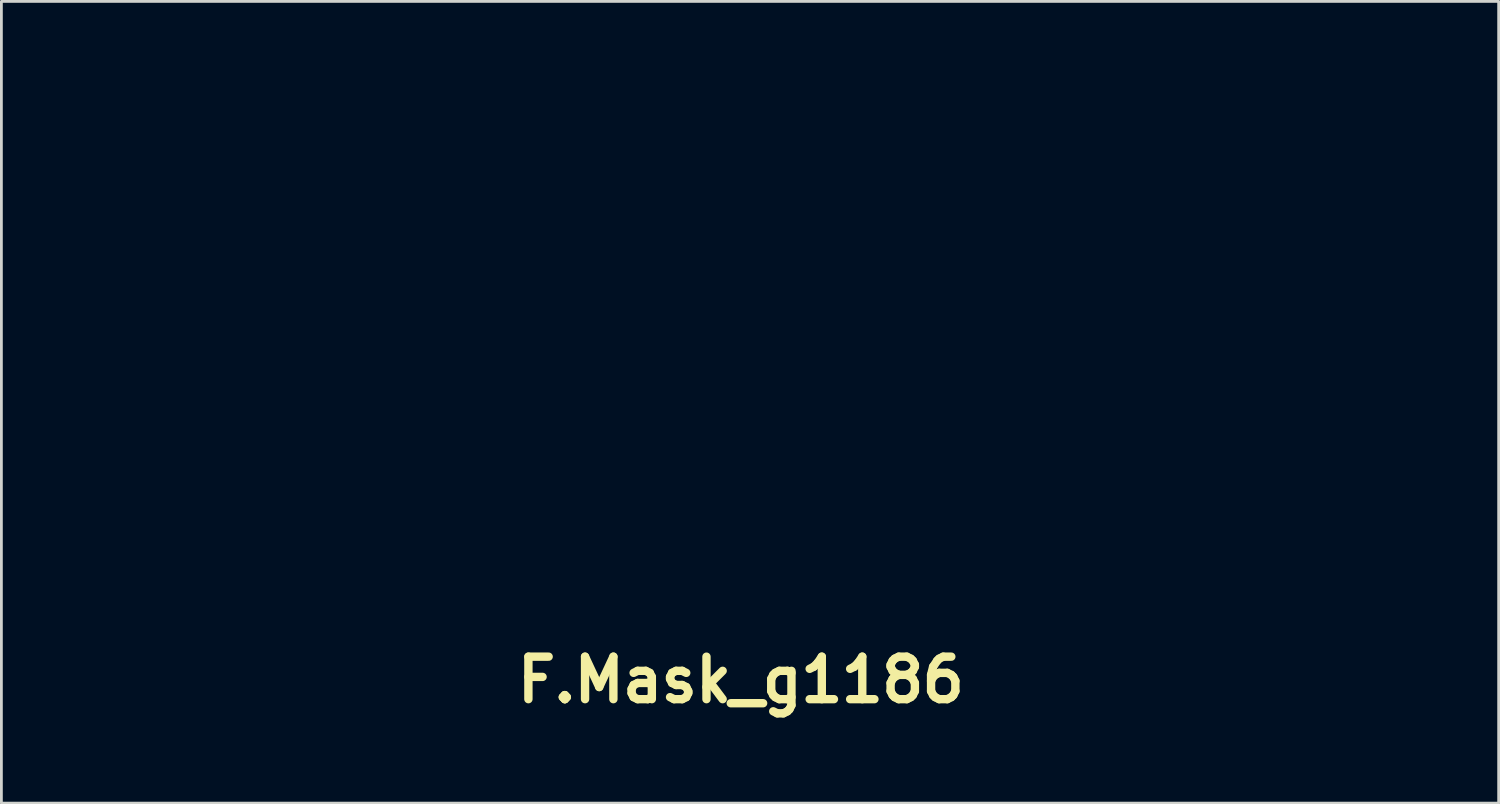
<source format=kicad_pcb>
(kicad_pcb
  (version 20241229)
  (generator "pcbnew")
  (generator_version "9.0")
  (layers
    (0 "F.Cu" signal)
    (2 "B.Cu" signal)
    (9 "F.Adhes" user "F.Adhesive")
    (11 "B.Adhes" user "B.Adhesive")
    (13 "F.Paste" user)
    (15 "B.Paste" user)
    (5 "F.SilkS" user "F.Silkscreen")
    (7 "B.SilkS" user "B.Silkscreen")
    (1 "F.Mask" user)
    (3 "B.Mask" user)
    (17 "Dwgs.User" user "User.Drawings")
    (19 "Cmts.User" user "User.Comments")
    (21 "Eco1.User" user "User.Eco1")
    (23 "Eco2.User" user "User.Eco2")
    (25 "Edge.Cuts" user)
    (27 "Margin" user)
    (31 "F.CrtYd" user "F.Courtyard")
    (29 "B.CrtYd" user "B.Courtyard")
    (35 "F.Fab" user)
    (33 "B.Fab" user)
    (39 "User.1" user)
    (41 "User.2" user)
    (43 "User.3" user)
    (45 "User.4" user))
  (footprint "F.Mask_g1186"
    (layer "F.Cu")
    (at 23.521 21.336)
    (property "Reference" "F.Mask_g1186" (at 0 0 0) (layer "F.SilkS") (effects (font (size 1.524 1.524) (thickness 0.3))))
    (attr through_hole)
    (fp_poly (pts (xy 7.785 -11.696) (xy 7.887 -11.683) (xy 8.023 -11.663) (xy 8.19 -11.636) (xy 8.386 -11.602) (xy 8.607 -11.563) (xy 8.851 -11.519) (xy 9.115 -11.47) (xy 9.398 -11.417) (xy 9.695 -11.36) (xy 10.005 -11.3) (xy 10.325 -11.237) (xy 10.653 -11.172) (xy 10.985 -11.105) (xy 11.319 -11.037) (xy 11.652 -10.968) (xy 11.982 -10.899) (xy 12.307 -10.831) (xy 12.623 -10.763) (xy 12.928 -10.696) (xy 13.208 -10.634) (xy 13.537 -10.56) (xy 13.892 -10.478) (xy 14.27 -10.389) (xy 14.666 -10.294) (xy 15.076 -10.196) (xy 15.495 -10.093) (xy 15.921 -9.989) (xy 16.347 -9.883) (xy 16.771 -9.777) (xy 17.187 -9.671) (xy 17.592 -9.568) (xy 17.98 -9.467) (xy 18.349 -9.371) (xy 18.694 -9.28) (xy 19.01 -9.194) (xy 19.293 -9.116) (xy 19.537 -9.047) (xy 19.704 -8.999) (xy 19.833 -8.959) (xy 19.929 -8.928) (xy 19.993 -8.904) (xy 20.031 -8.885) (xy 20.045 -8.871) (xy 20.045 -8.869) (xy 20.025 -8.856) (xy 19.967 -8.836) (xy 19.874 -8.809) (xy 19.752 -8.778) (xy 19.602 -8.742) (xy 19.43 -8.703) (xy 19.238 -8.66) (xy 19.031 -8.616) (xy 18.812 -8.57) (xy 18.586 -8.524) (xy 18.355 -8.479) (xy 18.123 -8.434) (xy 17.895 -8.392) (xy 17.673 -8.352) (xy 17.462 -8.315) (xy 17.431 -8.31) (xy 16.676 -8.189) (xy 15.907 -8.075) (xy 15.122 -7.967) (xy 14.317 -7.866) (xy 13.488 -7.77) (xy 12.632 -7.68) (xy 11.746 -7.594) (xy 10.825 -7.514) (xy 9.867 -7.437) (xy 9.542 -7.413) (xy 9.04 -7.376) (xy 9.028 -7.45) (xy 9.022 -7.494) (xy 9.011 -7.572) (xy 8.998 -7.677) (xy 8.982 -7.799) (xy 8.965 -7.931) (xy 8.965 -7.939) (xy 8.867 -8.55) (xy 8.728 -9.159) (xy 8.547 -9.762) (xy 8.326 -10.361) (xy 8.063 -10.952) (xy 7.809 -11.447) (xy 7.761 -11.537) (xy 7.723 -11.614) (xy 7.698 -11.67) (xy 7.69 -11.697) (xy 7.691 -11.698) (xy 7.718 -11.701) (xy 7.785 -11.696)) (stroke (width 0.01) (type solid)) (fill yes) (layer "F.Mask"))
    (fp_poly (pts (xy -6.923 -11.865) (xy -6.921 -11.861) (xy -6.932 -11.838) (xy -6.96 -11.783) (xy -7.002 -11.705) (xy -7.056 -11.608) (xy -7.115 -11.504) (xy -7.41 -10.947) (xy -7.668 -10.373) (xy -7.888 -9.785) (xy -8.069 -9.185) (xy -8.209 -8.578) (xy -8.309 -7.966) (xy -8.328 -7.804) (xy -8.342 -7.694) (xy -8.356 -7.597) (xy -8.369 -7.521) (xy -8.38 -7.476) (xy -8.383 -7.471) (xy -8.391 -7.456) (xy -8.403 -7.445) (xy -8.422 -7.438) (xy -8.455 -7.434) (xy -8.506 -7.434) (xy -8.58 -7.438) (xy -8.683 -7.445) (xy -8.82 -7.455) (xy -8.932 -7.464) (xy -9.376 -7.499) (xy -9.783 -7.531) (xy -10.156 -7.561) (xy -10.501 -7.589) (xy -10.823 -7.616) (xy -11.125 -7.641) (xy -11.413 -7.666) (xy -11.691 -7.691) (xy -11.964 -7.716) (xy -12.236 -7.741) (xy -12.512 -7.768) (xy -12.742 -7.79) (xy -13.386 -7.855) (xy -14.03 -7.924) (xy -14.668 -7.996) (xy -15.294 -8.071) (xy -15.904 -8.148) (xy -16.491 -8.226) (xy -17.051 -8.305) (xy -17.578 -8.384) (xy -17.907 -8.436) (xy -18.073 -8.464) (xy -18.248 -8.493) (xy -18.427 -8.525) (xy -18.605 -8.556) (xy -18.778 -8.588) (xy -18.941 -8.618) (xy -19.088 -8.646) (xy -19.215 -8.671) (xy -19.317 -8.692) (xy -19.389 -8.708) (xy -19.427 -8.718) (xy -19.431 -8.721) (xy -19.412 -8.731) (xy -19.357 -8.753) (xy -19.272 -8.785) (xy -19.161 -8.826) (xy -19.029 -8.873) (xy -18.88 -8.926) (xy -18.72 -8.981) (xy -18.554 -9.039) (xy -18.385 -9.097) (xy -18.219 -9.153) (xy -18.061 -9.206) (xy -17.915 -9.253) (xy -17.833 -9.28) (xy -16.819 -9.596) (xy -15.774 -9.905) (xy -14.711 -10.204) (xy -13.641 -10.491) (xy -12.575 -10.761) (xy -11.526 -11.013) (xy -10.901 -11.155) (xy -10.622 -11.216) (xy -10.335 -11.277) (xy -10.042 -11.338) (xy -9.746 -11.398) (xy -9.45 -11.457) (xy -9.157 -11.514) (xy -8.87 -11.568) (xy -8.591 -11.62) (xy -8.324 -11.668) (xy -8.072 -11.713) (xy -7.837 -11.753) (xy -7.623 -11.788) (xy -7.431 -11.817) (xy -7.266 -11.841) (xy -7.129 -11.858) (xy -7.025 -11.868) (xy -6.955 -11.87) (xy -6.923 -11.865)) (stroke (width 0.01) (type solid)) (fill yes) (layer "F.Mask"))
    (fp_poly (pts (xy 3.995 -9.393) (xy 4.159 -9.387) (xy 4.299 -9.376) (xy 4.371 -9.367) (xy 4.654 -9.316) (xy 4.925 -9.253) (xy 5.192 -9.174) (xy 5.464 -9.076) (xy 5.749 -8.958) (xy 6.054 -8.815) (xy 6.168 -8.759) (xy 6.304 -8.69) (xy 6.434 -8.621) (xy 6.561 -8.551) (xy 6.689 -8.476) (xy 6.822 -8.395) (xy 6.964 -8.306) (xy 7.117 -8.205) (xy 7.287 -8.09) (xy 7.475 -7.959) (xy 7.687 -7.811) (xy 7.925 -7.641) (xy 8.191 -7.45) (xy 8.458 -7.259) (xy 8.693 -7.091) (xy 8.901 -6.944) (xy 9.085 -6.815) (xy 9.249 -6.703) (xy 9.395 -6.605) (xy 9.527 -6.519) (xy 9.649 -6.443) (xy 9.763 -6.375) (xy 9.874 -6.313) (xy 9.984 -6.253) (xy 10.097 -6.195) (xy 10.216 -6.136) (xy 10.234 -6.127) (xy 10.589 -5.967) (xy 10.926 -5.841) (xy 11.251 -5.748) (xy 11.569 -5.687) (xy 11.887 -5.658) (xy 12.209 -5.658) (xy 12.542 -5.688) (xy 12.653 -5.704) (xy 12.685 -5.708) (xy 12.691 -5.702) (xy 12.667 -5.685) (xy 12.61 -5.653) (xy 12.562 -5.628) (xy 12.498 -5.596) (xy 12.412 -5.554) (xy 12.313 -5.508) (xy 12.208 -5.46) (xy 12.105 -5.414) (xy 12.012 -5.373) (xy 11.935 -5.34) (xy 11.883 -5.319) (xy 11.863 -5.313) (xy 11.855 -5.331) (xy 11.852 -5.36) (xy 11.851 -5.408) (xy 11.832 -5.363) (xy 11.799 -5.325) (xy 11.736 -5.289) (xy 11.712 -5.279) (xy 11.652 -5.255) (xy 11.61 -5.233) (xy 11.599 -5.225) (xy 11.568 -5.204) (xy 11.498 -5.172) (xy 11.39 -5.128) (xy 11.246 -5.075) (xy 11.081 -5.017) (xy 10.525 -4.837) (xy 9.97 -4.684) (xy 9.422 -4.558) (xy 8.886 -4.46) (xy 8.368 -4.392) (xy 7.98 -4.361) (xy 7.853 -4.355) (xy 7.704 -4.35) (xy 7.542 -4.347) (xy 7.374 -4.344) (xy 7.207 -4.343) (xy 7.051 -4.343) (xy 6.912 -4.345) (xy 6.798 -4.348) (xy 6.718 -4.353) (xy 6.71 -4.353) (xy 6.231 -4.411) (xy 5.77 -4.489) (xy 5.314 -4.588) (xy 4.851 -4.713) (xy 4.424 -4.847) (xy 4.077 -4.974) (xy 8.517 -4.974) (xy 8.52 -4.973) (xy 8.57 -4.967) (xy 8.655 -4.962) (xy 8.766 -4.959) (xy 8.894 -4.957) (xy 9.031 -4.958) (xy 9.169 -4.96) (xy 9.3 -4.963) (xy 9.416 -4.969) (xy 9.456 -4.972) (xy 9.547 -4.979) (xy 9.621 -4.987) (xy 9.668 -4.993) (xy 9.681 -4.997) (xy 9.693 -5.022) (xy 9.705 -5.059) (xy 9.721 -5.112) (xy 9.678 -5.059) (xy 9.635 -5.006) (xy 9.045 -4.997) (xy 8.896 -4.994) (xy 8.765 -4.991) (xy 8.657 -4.987) (xy 8.577 -4.982) (xy 8.529 -4.978) (xy 8.517 -4.974) (xy 4.077 -4.974) (xy 3.934 -5.026) (xy 7.476 -5.026) (xy 7.502 -5.022) (xy 7.525 -5.022) (xy 7.568 -5.024) (xy 7.58 -5.028) (xy 7.573 -5.031) (xy 7.522 -5.035) (xy 7.488 -5.031) (xy 7.476 -5.026) (xy 3.934 -5.026) (xy 3.879 -5.046) (xy 7.259 -5.046) (xy 7.288 -5.043) (xy 7.303 -5.043) (xy 7.341 -5.045) (xy 7.346 -5.05) (xy 7.34 -5.052) (xy 7.286 -5.056) (xy 7.265 -5.052) (xy 7.259 -5.046) (xy 3.879 -5.046) (xy 3.826 -5.066) (xy 3.82 -5.068) (xy 7.053 -5.068) (xy 7.078 -5.065) (xy 7.101 -5.064) (xy 7.145 -5.066) (xy 7.156 -5.071) (xy 7.149 -5.073) (xy 7.098 -5.077) (xy 7.065 -5.074) (xy 7.053 -5.068) (xy 3.82 -5.068) (xy 3.774 -5.088) (xy 6.878 -5.088) (xy 6.907 -5.085) (xy 6.921 -5.085) (xy 6.96 -5.087) (xy 6.965 -5.093) (xy 6.959 -5.095) (xy 6.905 -5.098) (xy 6.884 -5.095) (xy 6.878 -5.088) (xy 3.774 -5.088) (xy 3.727 -5.109) (xy 6.749 -5.109) (xy 6.777 -5.105) (xy 6.784 -5.105) (xy 6.82 -5.108) (xy 6.823 -5.114) (xy 6.821 -5.115) (xy 6.779 -5.119) (xy 6.758 -5.116) (xy 6.749 -5.109) (xy 3.727 -5.109) (xy 3.678 -5.131) (xy 6.582 -5.131) (xy 6.611 -5.127) (xy 6.625 -5.127) (xy 6.664 -5.129) (xy 6.668 -5.135) (xy 6.662 -5.137) (xy 6.609 -5.14) (xy 6.588 -5.137) (xy 6.582 -5.131) (xy 3.678 -5.131) (xy 3.63 -5.152) (xy 6.433 -5.152) (xy 6.463 -5.149) (xy 6.477 -5.148) (xy 6.516 -5.151) (xy 6.52 -5.156) (xy 6.514 -5.158) (xy 6.46 -5.161) (xy 6.44 -5.158) (xy 6.433 -5.152) (xy 3.63 -5.152) (xy 3.583 -5.173) (xy 6.305 -5.173) (xy 6.333 -5.169) (xy 6.339 -5.169) (xy 6.376 -5.171) (xy 6.379 -5.178) (xy 6.377 -5.178) (xy 9.155 -5.178) (xy 9.402 -5.166) (xy 9.5 -5.16) (xy 9.583 -5.153) (xy 9.641 -5.145) (xy 9.664 -5.138) (xy 9.686 -5.123) (xy 9.684 -5.144) (xy 9.681 -5.154) (xy 9.669 -5.168) (xy 9.64 -5.177) (xy 9.588 -5.181) (xy 9.506 -5.183) (xy 9.412 -5.182) (xy 9.155 -5.178) (xy 6.377 -5.178) (xy 6.377 -5.179) (xy 6.335 -5.183) (xy 6.313 -5.179) (xy 6.305 -5.173) (xy 3.583 -5.173) (xy 3.546 -5.189) (xy 10.954 -5.189) (xy 11.247 -5.196) (xy 11.356 -5.2) (xy 11.449 -5.207) (xy 11.52 -5.215) (xy 11.558 -5.223) (xy 11.563 -5.225) (xy 11.568 -5.24) (xy 11.544 -5.237) (xy 11.509 -5.231) (xy 11.44 -5.224) (xy 11.348 -5.216) (xy 11.243 -5.209) (xy 11.229 -5.208) (xy 10.954 -5.189) (xy 3.546 -5.189) (xy 3.534 -5.194) (xy 6.178 -5.194) (xy 6.206 -5.19) (xy 6.212 -5.19) (xy 6.249 -5.192) (xy 6.252 -5.199) (xy 6.25 -5.2) (xy 6.208 -5.204) (xy 6.186 -5.201) (xy 6.178 -5.194) (xy 3.534 -5.194) (xy 3.49 -5.213) (xy 6.067 -5.213) (xy 6.096 -5.21) (xy 6.112 -5.212) (xy 7.883 -5.212) (xy 7.904 -5.209) (xy 7.931 -5.213) (xy 7.932 -5.217) (xy 10.801 -5.217) (xy 10.827 -5.213) (xy 10.858 -5.213) (xy 10.904 -5.214) (xy 10.917 -5.219) (xy 10.906 -5.222) (xy 10.844 -5.225) (xy 10.811 -5.222) (xy 10.801 -5.217) (xy 7.932 -5.217) (xy 7.932 -5.22) (xy 7.903 -5.225) (xy 7.891 -5.221) (xy 7.883 -5.212) (xy 6.112 -5.212) (xy 6.126 -5.214) (xy 6.122 -5.221) (xy 6.079 -5.224) (xy 6.07 -5.221) (xy 6.067 -5.213) (xy 3.49 -5.213) (xy 3.442 -5.234) (xy 5.961 -5.234) (xy 5.99 -5.232) (xy 6.02 -5.235) (xy 6.019 -5.237) (xy 7.555 -5.237) (xy 7.584 -5.233) (xy 7.599 -5.233) (xy 7.637 -5.235) (xy 7.638 -5.236) (xy 10.665 -5.236) (xy 10.693 -5.232) (xy 10.7 -5.232) (xy 10.736 -5.235) (xy 10.739 -5.241) (xy 10.737 -5.242) (xy 10.695 -5.246) (xy 10.674 -5.243) (xy 10.665 -5.236) (xy 7.638 -5.236) (xy 7.642 -5.241) (xy 7.636 -5.243) (xy 7.582 -5.246) (xy 7.562 -5.243) (xy 7.555 -5.237) (xy 6.019 -5.237) (xy 6.017 -5.242) (xy 5.973 -5.245) (xy 5.964 -5.242) (xy 5.961 -5.234) (xy 3.442 -5.234) (xy 3.327 -5.285) (xy 5.745 -5.285) (xy 5.761 -5.276) (xy 5.779 -5.271) (xy 5.842 -5.257) (xy 5.884 -5.254) (xy 5.916 -5.255) (xy 5.913 -5.258) (xy 7.301 -5.258) (xy 7.33 -5.254) (xy 7.345 -5.254) (xy 7.383 -5.256) (xy 7.388 -5.262) (xy 7.382 -5.264) (xy 7.328 -5.267) (xy 7.308 -5.264) (xy 7.301 -5.258) (xy 5.913 -5.258) (xy 5.91 -5.261) (xy 5.874 -5.271) (xy 5.842 -5.277) (xy 7.125 -5.277) (xy 7.154 -5.274) (xy 7.184 -5.277) (xy 7.181 -5.285) (xy 7.174 -5.285) (xy 10.444 -5.285) (xy 10.46 -5.276) (xy 10.477 -5.271) (xy 10.541 -5.257) (xy 10.583 -5.254) (xy 10.615 -5.255) (xy 10.609 -5.261) (xy 10.573 -5.271) (xy 10.512 -5.283) (xy 10.467 -5.287) (xy 10.444 -5.285) (xy 7.174 -5.285) (xy 7.137 -5.287) (xy 7.128 -5.285) (xy 7.125 -5.277) (xy 5.842 -5.277) (xy 5.813 -5.283) (xy 5.768 -5.287) (xy 5.745 -5.285) (xy 3.327 -5.285) (xy 3.298 -5.298) (xy 5.644 -5.298) (xy 5.673 -5.295) (xy 5.688 -5.297) (xy 6.91 -5.297) (xy 6.93 -5.293) (xy 6.954 -5.297) (xy 10.36 -5.297) (xy 10.38 -5.293) (xy 10.408 -5.297) (xy 10.408 -5.304) (xy 10.38 -5.31) (xy 10.368 -5.306) (xy 10.36 -5.297) (xy 6.954 -5.297) (xy 6.958 -5.297) (xy 6.958 -5.304) (xy 6.93 -5.31) (xy 6.918 -5.306) (xy 6.91 -5.297) (xy 5.688 -5.297) (xy 5.703 -5.298) (xy 5.699 -5.306) (xy 5.656 -5.308) (xy 5.646 -5.306) (xy 5.644 -5.298) (xy 3.298 -5.298) (xy 3.256 -5.316) (xy 3.194 -5.349) (xy 5.449 -5.349) (xy 5.464 -5.34) (xy 5.482 -5.334) (xy 5.54 -5.321) (xy 5.577 -5.317) (xy 5.586 -5.318) (xy 10.275 -5.318) (xy 10.296 -5.315) (xy 10.323 -5.318) (xy 10.324 -5.326) (xy 10.295 -5.331) (xy 10.283 -5.327) (xy 10.275 -5.318) (xy 5.586 -5.318) (xy 5.6 -5.319) (xy 5.585 -5.328) (xy 5.567 -5.334) (xy 5.545 -5.339) (xy 10.19 -5.339) (xy 10.211 -5.336) (xy 10.239 -5.34) (xy 10.239 -5.347) (xy 10.211 -5.352) (xy 10.198 -5.348) (xy 10.19 -5.339) (xy 5.545 -5.339) (xy 5.509 -5.347) (xy 5.472 -5.351) (xy 5.449 -5.349) (xy 3.194 -5.349) (xy 3.171 -5.36) (xy 5.364 -5.36) (xy 5.385 -5.357) (xy 5.413 -5.361) (xy 5.413 -5.368) (xy 5.406 -5.369) (xy 10.125 -5.369) (xy 10.128 -5.357) (xy 10.139 -5.355) (xy 10.156 -5.363) (xy 10.153 -5.369) (xy 10.128 -5.372) (xy 10.125 -5.369) (xy 5.406 -5.369) (xy 5.385 -5.373) (xy 5.372 -5.37) (xy 5.364 -5.36) (xy 3.171 -5.36) (xy 3.131 -5.381) (xy 5.28 -5.381) (xy 5.3 -5.378) (xy 5.328 -5.382) (xy 5.328 -5.389) (xy 5.3 -5.394) (xy 5.288 -5.391) (xy 5.28 -5.381) (xy 3.131 -5.381) (xy 3.09 -5.403) (xy 5.195 -5.403) (xy 5.216 -5.399) (xy 5.243 -5.403) (xy 5.244 -5.41) (xy 9.979 -5.41) (xy 10.001 -5.397) (xy 10.051 -5.382) (xy 10.075 -5.379) (xy 10.087 -5.385) (xy 10.065 -5.397) (xy 10.015 -5.413) (xy 9.991 -5.416) (xy 9.979 -5.41) (xy 5.244 -5.41) (xy 5.244 -5.41) (xy 5.215 -5.415) (xy 5.203 -5.412) (xy 5.195 -5.403) (xy 3.09 -5.403) (xy 3.05 -5.424) (xy 5.11 -5.424) (xy 5.131 -5.42) (xy 5.159 -5.424) (xy 5.159 -5.431) (xy 5.152 -5.433) (xy 9.913 -5.433) (xy 9.916 -5.42) (xy 9.927 -5.419) (xy 9.945 -5.426) (xy 9.941 -5.433) (xy 9.916 -5.435) (xy 9.913 -5.433) (xy 5.152 -5.433) (xy 5.131 -5.437) (xy 5.118 -5.433) (xy 5.11 -5.424) (xy 3.05 -5.424) (xy 2.953 -5.474) (xy 4.962 -5.474) (xy 4.985 -5.461) (xy 5.034 -5.446) (xy 5.059 -5.443) (xy 5.071 -5.448) (xy 5.061 -5.454) (xy 9.85 -5.454) (xy 9.852 -5.441) (xy 9.864 -5.44) (xy 9.881 -5.448) (xy 9.878 -5.454) (xy 10.717 -5.454) (xy 10.72 -5.441) (xy 10.732 -5.44) (xy 10.749 -5.448) (xy 10.746 -5.454) (xy 10.72 -5.456) (xy 10.717 -5.454) (xy 9.878 -5.454) (xy 9.853 -5.456) (xy 9.85 -5.454) (xy 5.061 -5.454) (xy 5.048 -5.461) (xy 5.002 -5.475) (xy 5.87 -5.475) (xy 5.873 -5.463) (xy 5.884 -5.461) (xy 5.902 -5.469) (xy 5.898 -5.475) (xy 9.786 -5.475) (xy 9.789 -5.463) (xy 9.8 -5.461) (xy 9.812 -5.466) (xy 10.593 -5.466) (xy 10.613 -5.463) (xy 10.624 -5.464) (xy 11.631 -5.464) (xy 11.721 -5.476) (xy 11.781 -5.48) (xy 11.813 -5.47) (xy 11.823 -5.453) (xy 11.841 -5.422) (xy 11.852 -5.426) (xy 11.853 -5.439) (xy 11.837 -5.465) (xy 11.802 -5.494) (xy 11.761 -5.515) (xy 11.724 -5.512) (xy 11.691 -5.496) (xy 11.631 -5.464) (xy 10.624 -5.464) (xy 10.641 -5.467) (xy 10.641 -5.474) (xy 10.613 -5.479) (xy 10.601 -5.475) (xy 10.593 -5.466) (xy 9.812 -5.466) (xy 9.818 -5.469) (xy 9.814 -5.475) (xy 9.789 -5.478) (xy 9.786 -5.475) (xy 5.898 -5.475) (xy 5.873 -5.478) (xy 5.87 -5.475) (xy 5.002 -5.475) (xy 4.999 -5.476) (xy 4.974 -5.479) (xy 4.962 -5.474) (xy 2.953 -5.474) (xy 2.91 -5.496) (xy 4.897 -5.496) (xy 4.899 -5.484) (xy 4.911 -5.482) (xy 4.928 -5.49) (xy 4.925 -5.496) (xy 4.9 -5.499) (xy 4.897 -5.496) (xy 2.91 -5.496) (xy 2.87 -5.517) (xy 4.833 -5.517) (xy 4.836 -5.505) (xy 4.847 -5.503) (xy 4.865 -5.511) (xy 4.861 -5.517) (xy 4.836 -5.52) (xy 4.833 -5.517) (xy 2.87 -5.517) (xy 2.836 -5.535) (xy 4.763 -5.535) (xy 4.773 -5.524) (xy 4.784 -5.535) (xy 4.781 -5.538) (xy 9.623 -5.538) (xy 9.629 -5.531) (xy 9.663 -5.515) (xy 9.709 -5.495) (xy 9.744 -5.485) (xy 9.757 -5.486) (xy 9.748 -5.493) (xy 10.499 -5.493) (xy 10.509 -5.482) (xy 10.52 -5.493) (xy 10.509 -5.503) (xy 10.499 -5.493) (xy 9.748 -5.493) (xy 9.741 -5.499) (xy 9.737 -5.501) (xy 9.691 -5.521) (xy 9.652 -5.532) (xy 9.623 -5.538) (xy 4.781 -5.538) (xy 4.773 -5.546) (xy 4.763 -5.535) (xy 2.836 -5.535) (xy 2.795 -5.556) (xy 4.699 -5.556) (xy 4.71 -5.546) (xy 4.72 -5.556) (xy 4.71 -5.567) (xy 4.699 -5.556) (xy 2.795 -5.556) (xy 2.754 -5.577) (xy 4.636 -5.577) (xy 4.646 -5.567) (xy 4.657 -5.577) (xy 4.646 -5.588) (xy 4.636 -5.577) (xy 2.754 -5.577) (xy 2.714 -5.599) (xy 4.572 -5.599) (xy 4.583 -5.588) (xy 4.593 -5.599) (xy 5.292 -5.599) (xy 5.302 -5.588) (xy 5.313 -5.599) (xy 5.302 -5.609) (xy 5.292 -5.599) (xy 4.593 -5.599) (xy 4.583 -5.609) (xy 4.572 -5.599) (xy 2.714 -5.599) (xy 2.714 -5.599) (xy 2.665 -5.628) (xy 4.466 -5.628) (xy 4.484 -5.613) (xy 4.508 -5.609) (xy 4.543 -5.613) (xy 4.551 -5.617) (xy 4.547 -5.62) (xy 5.228 -5.62) (xy 5.239 -5.609) (xy 5.249 -5.62) (xy 5.239 -5.63) (xy 5.228 -5.62) (xy 4.547 -5.62) (xy 4.533 -5.628) (xy 4.508 -5.636) (xy 4.475 -5.638) (xy 4.466 -5.628) (xy 2.665 -5.628) (xy 2.535 -5.708) (xy 4.301 -5.708) (xy 4.306 -5.699) (xy 4.327 -5.682) (xy 4.365 -5.656) (xy 4.379 -5.656) (xy 4.381 -5.667) (xy 4.406 -5.667) (xy 4.411 -5.655) (xy 4.433 -5.632) (xy 4.445 -5.637) (xy 4.445 -5.64) (xy 4.444 -5.641) (xy 5.144 -5.641) (xy 5.154 -5.63) (xy 5.165 -5.641) (xy 5.154 -5.652) (xy 5.144 -5.641) (xy 4.444 -5.641) (xy 4.43 -5.658) (xy 4.421 -5.664) (xy 4.412 -5.666) (xy 5.066 -5.666) (xy 5.069 -5.653) (xy 5.08 -5.652) (xy 5.097 -5.659) (xy 5.094 -5.666) (xy 5.069 -5.668) (xy 5.066 -5.666) (xy 4.412 -5.666) (xy 4.406 -5.667) (xy 4.381 -5.667) (xy 4.381 -5.67) (xy 4.369 -5.683) (xy 4.995 -5.683) (xy 5.006 -5.673) (xy 5.01 -5.677) (xy 9.271 -5.677) (xy 9.289 -5.66) (xy 9.332 -5.638) (xy 9.34 -5.634) (xy 9.396 -5.61) (xy 9.439 -5.589) (xy 9.44 -5.588) (xy 9.478 -5.571) (xy 9.499 -5.57) (xy 9.497 -5.576) (xy 9.534 -5.576) (xy 9.536 -5.567) (xy 9.558 -5.549) (xy 9.583 -5.546) (xy 9.588 -5.554) (xy 9.572 -5.568) (xy 9.556 -5.575) (xy 9.534 -5.576) (xy 9.497 -5.576) (xy 9.494 -5.584) (xy 9.492 -5.586) (xy 9.461 -5.606) (xy 9.411 -5.63) (xy 9.355 -5.654) (xy 9.306 -5.672) (xy 9.275 -5.679) (xy 9.271 -5.677) (xy 5.01 -5.677) (xy 5.016 -5.683) (xy 5.006 -5.694) (xy 4.995 -5.683) (xy 4.369 -5.683) (xy 4.364 -5.689) (xy 4.334 -5.701) (xy 4.301 -5.708) (xy 2.535 -5.708) (xy 2.435 -5.769) (xy 4.132 -5.769) (xy 4.14 -5.755) (xy 4.174 -5.737) (xy 4.219 -5.723) (xy 4.255 -5.717) (xy 4.258 -5.724) (xy 4.23 -5.741) (xy 4.214 -5.748) (xy 4.165 -5.766) (xy 4.134 -5.77) (xy 4.132 -5.769) (xy 2.435 -5.769) (xy 2.326 -5.835) (xy 4.008 -5.835) (xy 4.008 -5.831) (xy 4.031 -5.811) (xy 4.061 -5.792) (xy 4.092 -5.779) (xy 4.11 -5.776) (xy 4.11 -5.777) (xy 9.07 -5.777) (xy 9.073 -5.768) (xy 9.105 -5.746) (xy 9.123 -5.736) (xy 9.175 -5.71) (xy 9.213 -5.696) (xy 9.218 -5.696) (xy 9.215 -5.704) (xy 9.183 -5.726) (xy 9.165 -5.736) (xy 9.113 -5.762) (xy 9.075 -5.776) (xy 9.07 -5.777) (xy 4.11 -5.777) (xy 4.105 -5.786) (xy 4.1 -5.789) (xy 9.017 -5.789) (xy 9.028 -5.779) (xy 9.038 -5.789) (xy 9.028 -5.8) (xy 9.017 -5.789) (xy 4.1 -5.789) (xy 4.081 -5.8) (xy 4.061 -5.81) (xy 8.975 -5.81) (xy 8.985 -5.8) (xy 8.996 -5.81) (xy 8.985 -5.821) (xy 8.975 -5.81) (xy 4.061 -5.81) (xy 4.043 -5.819) (xy 4.016 -5.831) (xy 8.932 -5.831) (xy 8.943 -5.821) (xy 8.954 -5.831) (xy 8.943 -5.842) (xy 8.932 -5.831) (xy 4.016 -5.831) (xy 4.008 -5.835) (xy 2.326 -5.835) (xy 2.199 -5.913) (xy 1.711 -6.259) (xy 1.702 -6.267) (xy 3.153 -6.267) (xy 3.158 -6.259) (xy 3.195 -6.234) (xy 3.217 -6.22) (xy 3.277 -6.185) (xy 3.358 -6.14) (xy 3.455 -6.089) (xy 3.56 -6.034) (xy 3.665 -5.98) (xy 3.765 -5.93) (xy 3.85 -5.888) (xy 3.915 -5.858) (xy 3.952 -5.843) (xy 3.956 -5.842) (xy 3.951 -5.851) (xy 3.948 -5.853) (xy 8.89 -5.853) (xy 8.901 -5.842) (xy 8.911 -5.853) (xy 9.398 -5.853) (xy 9.409 -5.842) (xy 9.419 -5.853) (xy 9.409 -5.863) (xy 9.398 -5.853) (xy 8.911 -5.853) (xy 8.901 -5.863) (xy 8.89 -5.853) (xy 3.948 -5.853) (xy 3.913 -5.874) (xy 3.85 -5.907) (xy 3.793 -5.936) (xy 8.743 -5.936) (xy 8.765 -5.917) (xy 8.8 -5.896) (xy 8.845 -5.872) (xy 8.864 -5.865) (xy 8.869 -5.871) (xy 8.869 -5.873) (xy 8.868 -5.874) (xy 9.356 -5.874) (xy 9.366 -5.863) (xy 9.377 -5.874) (xy 9.366 -5.884) (xy 9.356 -5.874) (xy 8.868 -5.874) (xy 8.852 -5.889) (xy 8.842 -5.895) (xy 9.313 -5.895) (xy 9.324 -5.884) (xy 9.335 -5.895) (xy 9.324 -5.905) (xy 9.313 -5.895) (xy 8.842 -5.895) (xy 8.811 -5.913) (xy 8.805 -5.916) (xy 8.757 -5.937) (xy 9.207 -5.937) (xy 9.218 -5.927) (xy 9.229 -5.937) (xy 9.218 -5.948) (xy 9.207 -5.937) (xy 8.757 -5.937) (xy 8.757 -5.937) (xy 8.743 -5.936) (xy 3.793 -5.936) (xy 3.776 -5.945) (xy 3.662 -6.002) (xy 3.626 -6.021) (xy 8.595 -6.021) (xy 8.617 -6.002) (xy 8.652 -5.981) (xy 8.697 -5.957) (xy 8.716 -5.95) (xy 8.721 -5.955) (xy 8.721 -5.958) (xy 8.704 -5.973) (xy 8.663 -5.998) (xy 8.657 -6.001) (xy 8.609 -6.022) (xy 9.038 -6.022) (xy 9.049 -6.011) (xy 9.059 -6.022) (xy 9.049 -6.032) (xy 9.038 -6.022) (xy 8.609 -6.022) (xy 8.609 -6.022) (xy 8.595 -6.021) (xy 3.626 -6.021) (xy 3.535 -6.068) (xy 3.416 -6.132) (xy 3.373 -6.156) (xy 3.29 -6.202) (xy 3.229 -6.234) (xy 3.662 -6.234) (xy 3.672 -6.223) (xy 3.683 -6.234) (xy 3.672 -6.244) (xy 3.662 -6.234) (xy 3.229 -6.234) (xy 3.223 -6.237) (xy 3.185 -6.255) (xy 3.619 -6.255) (xy 3.63 -6.244) (xy 3.641 -6.255) (xy 3.63 -6.265) (xy 3.619 -6.255) (xy 3.185 -6.255) (xy 3.176 -6.259) (xy 3.153 -6.267) (xy 1.702 -6.267) (xy 1.69 -6.276) (xy 3.577 -6.276) (xy 3.588 -6.265) (xy 3.598 -6.276) (xy 3.588 -6.287) (xy 3.577 -6.276) (xy 1.69 -6.276) (xy 1.569 -6.371) (xy 2.995 -6.371) (xy 2.996 -6.362) (xy 3.021 -6.342) (xy 3.059 -6.317) (xy 3.097 -6.296) (xy 3.122 -6.288) (xy 3.121 -6.297) (xy 3.535 -6.297) (xy 3.545 -6.287) (xy 3.556 -6.297) (xy 3.545 -6.308) (xy 3.535 -6.297) (xy 3.121 -6.297) (xy 3.121 -6.297) (xy 3.091 -6.321) (xy 3.08 -6.329) (xy 3.032 -6.357) (xy 3.023 -6.361) (xy 3.429 -6.361) (xy 3.44 -6.35) (xy 3.45 -6.361) (xy 3.44 -6.371) (xy 3.429 -6.361) (xy 3.023 -6.361) (xy 2.998 -6.371) (xy 2.995 -6.371) (xy 1.569 -6.371) (xy 1.557 -6.38) (xy 1.555 -6.382) (xy 3.387 -6.382) (xy 3.397 -6.371) (xy 3.408 -6.382) (xy 3.397 -6.392) (xy 3.387 -6.382) (xy 1.555 -6.382) (xy 1.526 -6.406) (xy 2.928 -6.406) (xy 2.931 -6.394) (xy 2.942 -6.392) (xy 2.96 -6.4) (xy 2.956 -6.406) (xy 2.931 -6.409) (xy 2.928 -6.406) (xy 1.526 -6.406) (xy 1.505 -6.424) (xy 3.323 -6.424) (xy 3.334 -6.413) (xy 3.344 -6.424) (xy 3.334 -6.435) (xy 3.323 -6.424) (xy 1.505 -6.424) (xy 1.48 -6.445) (xy 2.879 -6.445) (xy 2.889 -6.435) (xy 2.9 -6.445) (xy 3.281 -6.445) (xy 3.291 -6.435) (xy 3.302 -6.445) (xy 3.291 -6.456) (xy 3.281 -6.445) (xy 2.9 -6.445) (xy 2.889 -6.456) (xy 2.879 -6.445) (xy 1.48 -6.445) (xy 1.465 -6.458) (xy 1.426 -6.492) (xy 2.819 -6.492) (xy 2.824 -6.48) (xy 2.845 -6.458) (xy 2.857 -6.462) (xy 2.857 -6.465) (xy 2.853 -6.471) (xy 7.899 -6.471) (xy 7.905 -6.464) (xy 7.906 -6.463) (xy 7.935 -6.439) (xy 7.993 -6.397) (xy 8.072 -6.344) (xy 8.163 -6.283) (xy 8.259 -6.22) (xy 8.352 -6.161) (xy 8.414 -6.123) (xy 8.501 -6.071) (xy 8.554 -6.042) (xy 8.575 -6.034) (xy 8.565 -6.047) (xy 8.561 -6.051) (xy 8.537 -6.068) (xy 8.483 -6.103) (xy 8.413 -6.149) (xy 8.805 -6.149) (xy 8.816 -6.138) (xy 8.826 -6.149) (xy 8.816 -6.16) (xy 8.805 -6.149) (xy 8.413 -6.149) (xy 8.408 -6.152) (xy 8.38 -6.17) (xy 8.763 -6.17) (xy 8.774 -6.16) (xy 8.784 -6.17) (xy 8.774 -6.181) (xy 8.763 -6.17) (xy 8.38 -6.17) (xy 8.318 -6.21) (xy 8.314 -6.212) (xy 8.7 -6.212) (xy 8.71 -6.202) (xy 8.721 -6.212) (xy 8.71 -6.223) (xy 8.7 -6.212) (xy 8.314 -6.212) (xy 8.281 -6.234) (xy 8.657 -6.234) (xy 8.668 -6.223) (xy 8.678 -6.234) (xy 8.668 -6.244) (xy 8.657 -6.234) (xy 8.281 -6.234) (xy 8.276 -6.237) (xy 8.207 -6.28) (xy 8.597 -6.28) (xy 8.602 -6.269) (xy 8.624 -6.246) (xy 8.636 -6.251) (xy 8.636 -6.254) (xy 8.621 -6.271) (xy 8.612 -6.278) (xy 8.597 -6.28) (xy 8.207 -6.28) (xy 8.181 -6.297) (xy 8.551 -6.297) (xy 8.562 -6.287) (xy 8.572 -6.297) (xy 8.562 -6.308) (xy 8.551 -6.297) (xy 8.181 -6.297) (xy 8.148 -6.318) (xy 8.114 -6.339) (xy 8.488 -6.339) (xy 8.498 -6.329) (xy 8.509 -6.339) (xy 8.498 -6.35) (xy 8.488 -6.339) (xy 8.114 -6.339) (xy 8.081 -6.361) (xy 8.445 -6.361) (xy 8.456 -6.35) (xy 8.467 -6.361) (xy 8.456 -6.371) (xy 8.445 -6.361) (xy 8.081 -6.361) (xy 8.052 -6.379) (xy 8.014 -6.403) (xy 8.382 -6.403) (xy 8.393 -6.392) (xy 8.403 -6.403) (xy 8.393 -6.413) (xy 8.382 -6.403) (xy 8.014 -6.403) (xy 7.983 -6.423) (xy 7.937 -6.451) (xy 7.911 -6.467) (xy 7.899 -6.472) (xy 7.899 -6.471) (xy 2.853 -6.471) (xy 2.842 -6.483) (xy 2.836 -6.488) (xy 3.217 -6.488) (xy 3.228 -6.477) (xy 3.239 -6.488) (xy 3.228 -6.498) (xy 3.217 -6.488) (xy 2.836 -6.488) (xy 2.833 -6.49) (xy 2.819 -6.492) (xy 1.426 -6.492) (xy 1.408 -6.509) (xy 3.175 -6.509) (xy 3.186 -6.498) (xy 3.196 -6.509) (xy 3.194 -6.511) (xy 7.817 -6.511) (xy 7.832 -6.498) (xy 7.865 -6.479) (xy 7.87 -6.486) (xy 7.863 -6.498) (xy 7.833 -6.518) (xy 7.825 -6.519) (xy 7.817 -6.511) (xy 3.194 -6.511) (xy 3.186 -6.519) (xy 3.175 -6.509) (xy 1.408 -6.509) (xy 1.38 -6.533) (xy 2.738 -6.533) (xy 2.74 -6.521) (xy 2.752 -6.519) (xy 2.769 -6.527) (xy 2.766 -6.533) (xy 2.741 -6.536) (xy 2.738 -6.533) (xy 1.38 -6.533) (xy 1.36 -6.551) (xy 3.111 -6.551) (xy 3.122 -6.54) (xy 3.133 -6.551) (xy 3.129 -6.555) (xy 7.754 -6.555) (xy 7.757 -6.542) (xy 7.768 -6.54) (xy 7.786 -6.548) (xy 7.782 -6.555) (xy 7.757 -6.557) (xy 7.754 -6.555) (xy 3.129 -6.555) (xy 3.122 -6.562) (xy 3.111 -6.551) (xy 1.36 -6.551) (xy 1.356 -6.555) (xy 1.31 -6.598) (xy 2.67 -6.598) (xy 2.676 -6.586) (xy 2.697 -6.563) (xy 2.709 -6.568) (xy 2.709 -6.571) (xy 2.694 -6.589) (xy 2.685 -6.595) (xy 2.67 -6.598) (xy 1.31 -6.598) (xy 1.269 -6.636) (xy 2.603 -6.636) (xy 2.614 -6.625) (xy 2.625 -6.636) (xy 2.615 -6.646) (xy 7.644 -6.646) (xy 7.645 -6.638) (xy 7.66 -6.62) (xy 7.692 -6.59) (xy 7.711 -6.583) (xy 7.726 -6.587) (xy 7.724 -6.589) (xy 7.702 -6.605) (xy 7.673 -6.626) (xy 7.644 -6.646) (xy 2.615 -6.646) (xy 2.614 -6.646) (xy 2.603 -6.636) (xy 1.269 -6.636) (xy 1.246 -6.657) (xy 7.599 -6.657) (xy 7.609 -6.646) (xy 7.62 -6.657) (xy 7.609 -6.668) (xy 7.599 -6.657) (xy 1.246 -6.657) (xy 1.235 -6.667) (xy 1.118 -6.779) (xy 2.429 -6.779) (xy 2.453 -6.753) (xy 2.46 -6.747) (xy 2.501 -6.71) (xy 2.53 -6.69) (xy 2.534 -6.689) (xy 2.535 -6.698) (xy 2.528 -6.705) (xy 2.482 -6.742) (xy 7.472 -6.742) (xy 7.482 -6.731) (xy 7.493 -6.742) (xy 7.482 -6.752) (xy 7.472 -6.742) (xy 2.482 -6.742) (xy 2.465 -6.755) (xy 2.432 -6.78) (xy 2.429 -6.779) (xy 1.118 -6.779) (xy 1.113 -6.784) (xy 7.408 -6.784) (xy 7.419 -6.773) (xy 7.429 -6.784) (xy 7.419 -6.795) (xy 7.408 -6.784) (xy 1.113 -6.784) (xy 1.109 -6.787) (xy 1.091 -6.805) (xy 7.768 -6.805) (xy 7.779 -6.795) (xy 7.789 -6.805) (xy 7.779 -6.816) (xy 7.768 -6.805) (xy 1.091 -6.805) (xy 1.07 -6.826) (xy 7.345 -6.826) (xy 7.355 -6.816) (xy 7.366 -6.826) (xy 7.355 -6.837) (xy 7.345 -6.826) (xy 1.07 -6.826) (xy 0.984 -6.911) (xy 0.941 -6.953) (xy 2.233 -6.953) (xy 2.284 -6.895) (xy 2.326 -6.851) (xy 2.346 -6.837) (xy 2.349 -6.844) (xy 2.343 -6.852) (xy 7.708 -6.852) (xy 7.713 -6.84) (xy 7.735 -6.817) (xy 7.747 -6.822) (xy 7.747 -6.825) (xy 7.732 -6.843) (xy 7.723 -6.849) (xy 7.708 -6.852) (xy 2.343 -6.852) (xy 2.335 -6.861) (xy 2.3 -6.894) (xy 2.3 -6.894) (xy 7.645 -6.894) (xy 7.65 -6.882) (xy 7.671 -6.86) (xy 7.683 -6.864) (xy 7.684 -6.867) (xy 7.668 -6.885) (xy 7.659 -6.892) (xy 7.645 -6.894) (xy 2.3 -6.894) (xy 2.291 -6.902) (xy 2.252 -6.937) (xy 7.581 -6.937) (xy 7.586 -6.925) (xy 7.608 -6.902) (xy 7.62 -6.907) (xy 7.62 -6.91) (xy 7.605 -6.928) (xy 7.596 -6.934) (xy 7.581 -6.937) (xy 2.252 -6.937) (xy 2.233 -6.953) (xy 0.941 -6.953) (xy 0.92 -6.974) (xy 7.112 -6.974) (xy 7.123 -6.964) (xy 7.133 -6.974) (xy 7.123 -6.985) (xy 7.112 -6.974) (xy 0.92 -6.974) (xy 0.865 -7.03) (xy 0.758 -7.141) (xy 0.685 -7.221) (xy 1.968 -7.221) (xy 1.982 -7.195) (xy 2.015 -7.15) (xy 2.059 -7.098) (xy 2.103 -7.05) (xy 2.14 -7.016) (xy 2.156 -7.006) (xy 2.151 -7.017) (xy 7.048 -7.017) (xy 7.059 -7.006) (xy 7.07 -7.017) (xy 7.059 -7.027) (xy 7.048 -7.017) (xy 2.151 -7.017) (xy 2.15 -7.02) (xy 2.135 -7.038) (xy 7.006 -7.038) (xy 7.017 -7.027) (xy 7.027 -7.038) (xy 7.017 -7.048) (xy 7.006 -7.038) (xy 2.135 -7.038) (xy 2.122 -7.054) (xy 2.103 -7.075) (xy 2.098 -7.08) (xy 6.943 -7.08) (xy 6.953 -7.07) (xy 6.964 -7.08) (xy 6.953 -7.091) (xy 6.943 -7.08) (xy 2.098 -7.08) (xy 2.08 -7.101) (xy 2.371 -7.101) (xy 2.381 -7.091) (xy 2.392 -7.101) (xy 2.381 -7.112) (xy 2.371 -7.101) (xy 2.08 -7.101) (xy 2.061 -7.123) (xy 6.879 -7.123) (xy 6.89 -7.112) (xy 6.9 -7.123) (xy 6.89 -7.133) (xy 6.879 -7.123) (xy 2.061 -7.123) (xy 2.053 -7.131) (xy 2.011 -7.185) (xy 2.01 -7.186) (xy 6.773 -7.186) (xy 6.784 -7.176) (xy 6.795 -7.186) (xy 6.784 -7.197) (xy 6.773 -7.186) (xy 2.01 -7.186) (xy 2.003 -7.196) (xy 1.98 -7.225) (xy 1.969 -7.223) (xy 1.968 -7.221) (xy 0.685 -7.221) (xy 0.67 -7.238) (xy 0.642 -7.271) (xy 1.968 -7.271) (xy 1.979 -7.26) (xy 1.99 -7.271) (xy 1.979 -7.281) (xy 1.968 -7.271) (xy 0.642 -7.271) (xy 0.606 -7.313) (xy 0.594 -7.329) (xy 0.59 -7.334) (xy 2.011 -7.334) (xy 2.021 -7.324) (xy 2.032 -7.334) (xy 2.021 -7.345) (xy 2.011 -7.334) (xy 0.59 -7.334) (xy 0.581 -7.345) (xy 2.053 -7.345) (xy 2.07 -7.325) (xy 2.08 -7.324) (xy 2.112 -7.311) (xy 2.16 -7.278) (xy 2.181 -7.261) (xy 2.235 -7.217) (xy 2.26 -7.2) (xy 2.256 -7.212) (xy 2.237 -7.233) (xy 6.713 -7.233) (xy 6.718 -7.221) (xy 6.74 -7.198) (xy 6.752 -7.203) (xy 6.752 -7.206) (xy 6.737 -7.224) (xy 6.728 -7.23) (xy 6.713 -7.233) (xy 2.237 -7.233) (xy 2.223 -7.25) (xy 6.668 -7.25) (xy 6.678 -7.239) (xy 6.689 -7.25) (xy 6.678 -7.26) (xy 7.077 -7.26) (xy 7.089 -7.249) (xy 7.129 -7.221) (xy 7.189 -7.179) (xy 7.262 -7.13) (xy 7.34 -7.078) (xy 7.416 -7.028) (xy 7.481 -6.985) (xy 7.529 -6.956) (xy 7.551 -6.943) (xy 7.551 -6.943) (xy 7.556 -6.953) (xy 7.54 -6.968) (xy 7.495 -7.001) (xy 7.43 -7.045) (xy 7.382 -7.076) (xy 7.273 -7.146) (xy 7.195 -7.196) (xy 7.141 -7.23) (xy 7.107 -7.249) (xy 7.086 -7.258) (xy 7.077 -7.26) (xy 6.678 -7.26) (xy 6.668 -7.25) (xy 2.223 -7.25) (xy 2.221 -7.251) (xy 2.221 -7.252) (xy 2.175 -7.294) (xy 2.172 -7.295) (xy 7.013 -7.295) (xy 7.016 -7.283) (xy 7.027 -7.281) (xy 7.045 -7.289) (xy 7.041 -7.295) (xy 7.016 -7.298) (xy 7.013 -7.295) (xy 2.172 -7.295) (xy 2.125 -7.328) (xy 2.104 -7.339) (xy 6.946 -7.339) (xy 6.951 -7.327) (xy 6.973 -7.304) (xy 6.985 -7.309) (xy 6.985 -7.312) (xy 6.97 -7.33) (xy 6.961 -7.336) (xy 6.946 -7.339) (xy 2.104 -7.339) (xy 2.082 -7.35) (xy 2.056 -7.352) (xy 2.053 -7.345) (xy 0.581 -7.345) (xy 0.574 -7.355) (xy 6.9 -7.355) (xy 6.911 -7.345) (xy 6.921 -7.355) (xy 6.911 -7.366) (xy 6.9 -7.355) (xy 0.574 -7.355) (xy 0.55 -7.387) (xy 6.858 -7.387) (xy 6.866 -7.37) (xy 6.872 -7.373) (xy 6.875 -7.398) (xy 6.872 -7.401) (xy 6.86 -7.398) (xy 6.858 -7.387) (xy 0.55 -7.387) (xy 0.524 -7.422) (xy 6.802 -7.422) (xy 6.804 -7.41) (xy 6.816 -7.408) (xy 6.833 -7.416) (xy 6.83 -7.422) (xy 6.805 -7.425) (xy 6.802 -7.422) (xy 0.524 -7.422) (xy 0.511 -7.44) (xy 6.752 -7.44) (xy 6.763 -7.429) (xy 6.773 -7.44) (xy 6.763 -7.451) (xy 6.752 -7.44) (xy 0.511 -7.44) (xy 0.503 -7.45) (xy 0.526 -7.486) (xy 6.696 -7.486) (xy 6.699 -7.473) (xy 6.71 -7.472) (xy 6.727 -7.48) (xy 6.724 -7.486) (xy 6.699 -7.488) (xy 6.696 -7.486) (xy 0.526 -7.486) (xy 0.537 -7.504) (xy 6.646 -7.504) (xy 6.657 -7.493) (xy 6.668 -7.504) (xy 6.657 -7.514) (xy 6.646 -7.504) (xy 0.537 -7.504) (xy 0.574 -7.561) (xy 0.6 -7.598) (xy 6.483 -7.598) (xy 6.489 -7.589) (xy 6.523 -7.567) (xy 6.54 -7.556) (xy 6.592 -7.528) (xy 6.617 -7.517) (xy 6.625 -7.518) (xy 6.625 -7.524) (xy 6.608 -7.54) (xy 6.569 -7.563) (xy 6.524 -7.585) (xy 6.489 -7.597) (xy 6.483 -7.598) (xy 0.6 -7.598) (xy 0.683 -7.718) (xy 1.231 -7.718) (xy 1.244 -7.68) (xy 1.275 -7.653) (xy 1.328 -7.625) (xy 1.378 -7.628) (xy 1.435 -7.662) (xy 1.461 -7.684) (xy 1.521 -7.737) (xy 6.202 -7.737) (xy 6.222 -7.72) (xy 6.268 -7.694) (xy 6.313 -7.672) (xy 6.379 -7.642) (xy 6.415 -7.626) (xy 6.431 -7.622) (xy 6.435 -7.627) (xy 6.435 -7.63) (xy 6.417 -7.646) (xy 6.373 -7.672) (xy 6.314 -7.701) (xy 6.255 -7.726) (xy 6.212 -7.74) (xy 6.202 -7.737) (xy 1.521 -7.737) (xy 1.535 -7.748) (xy 1.46 -7.705) (xy 1.409 -7.683) (xy 1.352 -7.667) (xy 1.302 -7.66) (xy 1.273 -7.666) (xy 1.27 -7.671) (xy 1.263 -7.696) (xy 1.258 -7.711) (xy 1.264 -7.745) (xy 1.271 -7.758) (xy 1.545 -7.758) (xy 1.556 -7.747) (xy 1.566 -7.758) (xy 1.556 -7.768) (xy 1.545 -7.758) (xy 1.271 -7.758) (xy 1.292 -7.796) (xy 1.314 -7.824) (xy 1.376 -7.899) (xy 1.404 -7.899) (xy 1.406 -7.895) (xy 1.423 -7.909) (xy 1.439 -7.927) (xy 1.452 -7.953) (xy 1.444 -7.959) (xy 1.419 -7.942) (xy 1.411 -7.927) (xy 1.404 -7.899) (xy 1.376 -7.899) (xy 1.381 -7.906) (xy 1.304 -7.827) (xy 1.251 -7.764) (xy 1.231 -7.718) (xy 0.683 -7.718) (xy 0.685 -7.72) (xy 0.82 -7.893) (xy 0.895 -7.98) (xy 1.482 -7.98) (xy 1.489 -7.959) (xy 1.491 -7.959) (xy 1.509 -7.973) (xy 1.513 -7.98) (xy 1.512 -7.999) (xy 1.504 -8.001) (xy 1.483 -7.986) (xy 1.482 -7.98) (xy 0.895 -7.98) (xy 0.922 -8.012) (xy 1.545 -8.012) (xy 1.556 -8.001) (xy 1.566 -8.012) (xy 1.556 -8.022) (xy 1.545 -8.012) (xy 0.922 -8.012) (xy 0.933 -8.024) (xy 1.593 -8.024) (xy 1.596 -8.022) (xy 1.615 -8.037) (xy 1.619 -8.043) (xy 1.624 -8.059) (xy 5.477 -8.059) (xy 5.486 -8.049) (xy 5.528 -8.027) (xy 5.595 -7.998) (xy 5.654 -7.973) (xy 5.761 -7.929) (xy 5.873 -7.88) (xy 5.972 -7.836) (xy 6.001 -7.822) (xy 6.077 -7.787) (xy 6.134 -7.762) (xy 6.168 -7.751) (xy 6.175 -7.753) (xy 6.149 -7.77) (xy 6.109 -7.792) (xy 6.042 -7.826) (xy 5.956 -7.866) (xy 5.858 -7.909) (xy 5.757 -7.953) (xy 5.661 -7.993) (xy 5.578 -8.026) (xy 5.515 -8.049) (xy 5.48 -8.059) (xy 5.477 -8.059) (xy 1.624 -8.059) (xy 1.625 -8.063) (xy 1.622 -8.065) (xy 1.602 -8.05) (xy 1.598 -8.043) (xy 1.593 -8.024) (xy 0.933 -8.024) (xy 0.973 -8.071) (xy 0.977 -8.075) (xy 1.651 -8.075) (xy 1.662 -8.065) (xy 1.672 -8.075) (xy 1.662 -8.086) (xy 1.651 -8.075) (xy 0.977 -8.075) (xy 0.997 -8.096) (xy 1.693 -8.096) (xy 1.704 -8.086) (xy 1.714 -8.096) (xy 1.704 -8.107) (xy 1.693 -8.096) (xy 0.997 -8.096) (xy 1.017 -8.117) (xy 1.736 -8.117) (xy 1.746 -8.107) (xy 1.757 -8.117) (xy 1.746 -8.128) (xy 1.736 -8.117) (xy 1.017 -8.117) (xy 1.036 -8.139) (xy 1.778 -8.139) (xy 1.789 -8.128) (xy 1.799 -8.139) (xy 2.371 -8.139) (xy 2.381 -8.128) (xy 2.392 -8.139) (xy 2.381 -8.149) (xy 2.371 -8.139) (xy 1.799 -8.139) (xy 1.789 -8.149) (xy 1.778 -8.139) (xy 1.036 -8.139) (xy 1.056 -8.16) (xy 1.82 -8.16) (xy 1.831 -8.149) (xy 1.841 -8.16) (xy 1.838 -8.163) (xy 2.441 -8.163) (xy 2.444 -8.151) (xy 2.455 -8.149) (xy 2.473 -8.157) (xy 2.471 -8.16) (xy 5.165 -8.16) (xy 5.175 -8.149) (xy 5.186 -8.16) (xy 5.181 -8.164) (xy 5.21 -8.164) (xy 5.216 -8.152) (xy 5.237 -8.13) (xy 5.249 -8.134) (xy 5.249 -8.137) (xy 5.244 -8.143) (xy 5.274 -8.143) (xy 5.279 -8.131) (xy 5.3 -8.109) (xy 5.313 -8.113) (xy 5.313 -8.116) (xy 5.309 -8.121) (xy 5.338 -8.121) (xy 5.343 -8.112) (xy 5.365 -8.095) (xy 5.402 -8.069) (xy 5.416 -8.069) (xy 5.419 -8.083) (xy 5.401 -8.102) (xy 5.371 -8.114) (xy 5.338 -8.121) (xy 5.309 -8.121) (xy 5.298 -8.134) (xy 5.288 -8.141) (xy 5.274 -8.143) (xy 5.244 -8.143) (xy 5.234 -8.155) (xy 5.225 -8.162) (xy 5.21 -8.164) (xy 5.181 -8.164) (xy 5.175 -8.17) (xy 5.165 -8.16) (xy 2.471 -8.16) (xy 2.469 -8.163) (xy 2.444 -8.166) (xy 2.441 -8.163) (xy 1.838 -8.163) (xy 1.831 -8.17) (xy 1.82 -8.16) (xy 1.056 -8.16) (xy 1.071 -8.176) (xy 1.865 -8.176) (xy 1.886 -8.181) (xy 1.89 -8.182) (xy 1.893 -8.184) (xy 2.526 -8.184) (xy 2.529 -8.172) (xy 2.54 -8.17) (xy 2.557 -8.178) (xy 2.556 -8.181) (xy 5.122 -8.181) (xy 5.133 -8.17) (xy 5.144 -8.181) (xy 5.133 -8.191) (xy 5.122 -8.181) (xy 2.556 -8.181) (xy 2.554 -8.184) (xy 2.529 -8.187) (xy 2.526 -8.184) (xy 1.893 -8.184) (xy 1.912 -8.197) (xy 2.613 -8.197) (xy 2.633 -8.193) (xy 2.661 -8.197) (xy 2.661 -8.204) (xy 2.654 -8.206) (xy 4.24 -8.206) (xy 4.243 -8.193) (xy 4.255 -8.191) (xy 4.272 -8.199) (xy 4.27 -8.202) (xy 5.059 -8.202) (xy 5.069 -8.191) (xy 5.08 -8.202) (xy 5.069 -8.213) (xy 5.059 -8.202) (xy 4.27 -8.202) (xy 4.269 -8.206) (xy 4.243 -8.208) (xy 4.24 -8.206) (xy 2.654 -8.206) (xy 2.633 -8.209) (xy 2.621 -8.206) (xy 2.613 -8.197) (xy 1.912 -8.197) (xy 1.916 -8.199) (xy 1.916 -8.209) (xy 1.894 -8.206) (xy 1.878 -8.194) (xy 1.865 -8.176) (xy 1.071 -8.176) (xy 1.118 -8.227) (xy 1.954 -8.227) (xy 1.957 -8.214) (xy 1.968 -8.213) (xy 1.986 -8.22) (xy 1.983 -8.227) (xy 2.716 -8.227) (xy 2.719 -8.214) (xy 2.731 -8.213) (xy 2.742 -8.218) (xy 4.116 -8.218) (xy 4.136 -8.214) (xy 4.164 -8.218) (xy 4.164 -8.225) (xy 4.136 -8.231) (xy 4.124 -8.227) (xy 4.116 -8.218) (xy 2.742 -8.218) (xy 2.748 -8.22) (xy 2.745 -8.227) (xy 2.719 -8.229) (xy 2.716 -8.227) (xy 1.983 -8.227) (xy 1.957 -8.229) (xy 1.954 -8.227) (xy 1.118 -8.227) (xy 1.13 -8.24) (xy 2.828 -8.24) (xy 2.857 -8.237) (xy 2.888 -8.241) (xy 2.884 -8.248) (xy 2.883 -8.248) (xy 4.008 -8.248) (xy 4.01 -8.235) (xy 4.022 -8.234) (xy 4.039 -8.242) (xy 4.036 -8.248) (xy 4.011 -8.25) (xy 4.008 -8.248) (xy 2.883 -8.248) (xy 2.841 -8.251) (xy 2.831 -8.248) (xy 2.828 -8.24) (xy 1.13 -8.24) (xy 1.136 -8.246) (xy 1.142 -8.252) (xy 2.011 -8.252) (xy 2.029 -8.249) (xy 2.074 -8.259) (xy 2.107 -8.269) (xy 2.992 -8.269) (xy 2.994 -8.257) (xy 3.006 -8.255) (xy 3.023 -8.263) (xy 3.02 -8.269) (xy 4.854 -8.269) (xy 4.857 -8.257) (xy 4.868 -8.255) (xy 4.871 -8.256) (xy 4.911 -8.256) (xy 4.926 -8.235) (xy 4.932 -8.234) (xy 4.935 -8.235) (xy 4.974 -8.235) (xy 4.99 -8.214) (xy 4.995 -8.213) (xy 5.016 -8.22) (xy 5.016 -8.222) (xy 5.002 -8.24) (xy 4.995 -8.244) (xy 4.976 -8.243) (xy 4.974 -8.235) (xy 4.935 -8.235) (xy 4.952 -8.241) (xy 4.953 -8.243) (xy 4.938 -8.261) (xy 4.932 -8.266) (xy 4.912 -8.264) (xy 4.911 -8.256) (xy 4.871 -8.256) (xy 4.886 -8.263) (xy 4.882 -8.269) (xy 4.857 -8.272) (xy 4.854 -8.269) (xy 3.02 -8.269) (xy 2.995 -8.272) (xy 2.992 -8.269) (xy 2.107 -8.269) (xy 2.107 -8.269) (xy 2.162 -8.289) (xy 2.193 -8.304) (xy 2.197 -8.309) (xy 2.173 -8.309) (xy 2.127 -8.299) (xy 2.074 -8.282) (xy 2.03 -8.265) (xy 2.011 -8.252) (xy 2.011 -8.252) (xy 1.142 -8.252) (xy 1.223 -8.333) (xy 2.251 -8.333) (xy 2.254 -8.32) (xy 2.265 -8.319) (xy 2.282 -8.326) (xy 2.279 -8.333) (xy 4.643 -8.333) (xy 4.645 -8.32) (xy 4.657 -8.319) (xy 4.659 -8.32) (xy 4.699 -8.32) (xy 4.714 -8.298) (xy 4.72 -8.297) (xy 4.741 -8.305) (xy 4.741 -8.307) (xy 4.737 -8.312) (xy 4.766 -8.312) (xy 4.771 -8.301) (xy 4.792 -8.278) (xy 4.805 -8.283) (xy 4.805 -8.286) (xy 4.79 -8.303) (xy 4.78 -8.31) (xy 4.766 -8.312) (xy 4.737 -8.312) (xy 4.727 -8.325) (xy 4.72 -8.329) (xy 4.701 -8.327) (xy 4.699 -8.32) (xy 4.659 -8.32) (xy 4.674 -8.326) (xy 4.671 -8.333) (xy 4.646 -8.335) (xy 4.643 -8.333) (xy 2.279 -8.333) (xy 2.254 -8.335) (xy 2.251 -8.333) (xy 1.223 -8.333) (xy 1.244 -8.354) (xy 2.314 -8.354) (xy 2.317 -8.341) (xy 2.328 -8.34) (xy 2.346 -8.347) (xy 2.342 -8.354) (xy 4.558 -8.354) (xy 4.561 -8.341) (xy 4.572 -8.34) (xy 4.589 -8.347) (xy 4.586 -8.354) (xy 4.561 -8.356) (xy 4.558 -8.354) (xy 2.342 -8.354) (xy 2.317 -8.356) (xy 2.314 -8.354) (xy 1.244 -8.354) (xy 1.265 -8.375) (xy 2.399 -8.375) (xy 2.402 -8.362) (xy 2.413 -8.361) (xy 2.43 -8.369) (xy 2.427 -8.375) (xy 2.402 -8.377) (xy 2.399 -8.375) (xy 1.265 -8.375) (xy 1.294 -8.404) (xy 2.466 -8.404) (xy 2.471 -8.385) (xy 2.486 -8.382) (xy 2.515 -8.387) (xy 2.519 -8.391) (xy 2.514 -8.398) (xy 4.37 -8.398) (xy 4.375 -8.392) (xy 4.413 -8.382) (xy 4.477 -8.367) (xy 4.503 -8.365) (xy 4.496 -8.376) (xy 4.487 -8.382) (xy 4.442 -8.397) (xy 4.403 -8.4) (xy 4.37 -8.398) (xy 2.514 -8.398) (xy 2.503 -8.411) (xy 2.475 -8.412) (xy 2.466 -8.404) (xy 1.294 -8.404) (xy 1.3 -8.41) (xy 1.303 -8.412) (xy 2.55 -8.412) (xy 2.558 -8.408) (xy 2.572 -8.407) (xy 2.579 -8.408) (xy 4.264 -8.408) (xy 4.284 -8.405) (xy 4.312 -8.409) (xy 4.312 -8.416) (xy 4.284 -8.421) (xy 4.272 -8.418) (xy 4.264 -8.408) (xy 2.579 -8.408) (xy 2.625 -8.414) (xy 2.667 -8.424) (xy 2.688 -8.432) (xy 4.146 -8.432) (xy 4.174 -8.429) (xy 4.18 -8.428) (xy 4.217 -8.431) (xy 4.22 -8.437) (xy 4.218 -8.438) (xy 4.176 -8.442) (xy 4.154 -8.439) (xy 4.146 -8.432) (xy 2.688 -8.432) (xy 2.699 -8.436) (xy 2.692 -8.441) (xy 2.678 -8.441) (xy 2.624 -8.435) (xy 2.582 -8.424) (xy 2.55 -8.412) (xy 1.303 -8.412) (xy 1.348 -8.453) (xy 3.998 -8.453) (xy 4.026 -8.45) (xy 4.032 -8.45) (xy 4.068 -8.452) (xy 4.072 -8.459) (xy 4.07 -8.459) (xy 4.028 -8.464) (xy 4.006 -8.46) (xy 3.998 -8.453) (xy 1.348 -8.453) (xy 1.353 -8.458) (xy 2.78 -8.458) (xy 2.813 -8.455) (xy 2.885 -8.458) (xy 2.9 -8.459) (xy 2.984 -8.465) (xy 3.096 -8.472) (xy 3.183 -8.478) (xy 3.725 -8.478) (xy 3.747 -8.475) (xy 3.801 -8.473) (xy 3.81 -8.473) (xy 3.868 -8.475) (xy 3.894 -8.477) (xy 3.883 -8.481) (xy 3.879 -8.482) (xy 3.805 -8.485) (xy 3.741 -8.482) (xy 3.725 -8.478) (xy 3.183 -8.478) (xy 3.221 -8.48) (xy 3.344 -8.488) (xy 3.344 -8.488) (xy 3.439 -8.494) (xy 3.501 -8.499) (xy 3.527 -8.501) (xy 3.518 -8.502) (xy 3.47 -8.502) (xy 3.384 -8.5) (xy 3.257 -8.496) (xy 3.232 -8.496) (xy 3.103 -8.491) (xy 2.987 -8.486) (xy 2.89 -8.48) (xy 2.821 -8.473) (xy 2.787 -8.467) (xy 2.78 -8.458) (xy 1.353 -8.458) (xy 1.457 -8.553) (xy 1.577 -8.65) (xy 1.899 -8.869) (xy 2.234 -9.055) (xy 2.578 -9.205) (xy 2.925 -9.316) (xy 3.048 -9.345) (xy 3.155 -9.363) (xy 3.295 -9.377) (xy 3.458 -9.387) (xy 3.636 -9.393) (xy 3.818 -9.395) (xy 3.995 -9.393)) (stroke (width 0.01) (type solid)) (fill yes) (layer "F.Mask"))
    (fp_poly (pts (xy -3.22 -9.395) (xy -3.06 -9.392) (xy -3.037 -9.392) (xy -2.853 -9.386) (xy -2.702 -9.38) (xy -2.576 -9.37) (xy -2.465 -9.356) (xy -2.362 -9.337) (xy -2.257 -9.31) (xy -2.142 -9.276) (xy -2.053 -9.247) (xy -1.719 -9.117) (xy -1.39 -8.952) (xy -1.077 -8.756) (xy -0.9 -8.626) (xy -0.808 -8.548) (xy -0.697 -8.447) (xy -0.575 -8.329) (xy -0.451 -8.205) (xy -0.333 -8.081) (xy -0.229 -7.966) (xy -0.186 -7.916) (xy -0.122 -7.836) (xy -0.056 -7.747) (xy 0.007 -7.659) (xy 0.062 -7.577) (xy 0.103 -7.51) (xy 0.125 -7.466) (xy 0.127 -7.456) (xy 0.112 -7.416) (xy 0.07 -7.351) (xy 0.005 -7.267) (xy -0.079 -7.169) (xy -0.178 -7.06) (xy -0.287 -6.945) (xy -0.403 -6.83) (xy -0.522 -6.718) (xy -0.611 -6.637) (xy -1.073 -6.258) (xy -1.556 -5.912) (xy -2.061 -5.601) (xy -2.59 -5.322) (xy -3.145 -5.075) (xy -3.727 -4.858) (xy -4.337 -4.672) (xy -4.519 -4.624) (xy -4.834 -4.547) (xy -5.12 -4.485) (xy -5.39 -4.436) (xy -5.653 -4.4) (xy -5.921 -4.375) (xy -6.204 -4.359) (xy -6.514 -4.351) (xy -6.604 -4.35) (xy -6.768 -4.348) (xy -6.922 -4.348) (xy -7.06 -4.348) (xy -7.176 -4.349) (xy -7.264 -4.35) (xy -7.318 -4.352) (xy -7.324 -4.353) (xy -7.859 -4.41) (xy -8.365 -4.484) (xy -8.855 -4.577) (xy -9.202 -4.657) (xy -9.402 -4.708) (xy -9.606 -4.763) (xy -9.808 -4.821) (xy -10.005 -4.879) (xy -10.194 -4.937) (xy -10.267 -4.961) (xy -8.858 -4.961) (xy -8.53 -4.959) (xy -8.39 -4.96) (xy -8.224 -4.962) (xy -8.051 -4.966) (xy -7.886 -4.971) (xy -7.821 -4.973) (xy -7.44 -4.988) (xy -7.747 -4.989) (xy -7.875 -4.988) (xy -8.031 -4.986) (xy -8.198 -4.983) (xy -8.363 -4.978) (xy -8.456 -4.975) (xy -8.858 -4.961) (xy -10.267 -4.961) (xy -10.369 -4.994) (xy -10.528 -5.048) (xy -10.666 -5.098) (xy -10.666 -5.098) (xy -9.064 -5.098) (xy -9.058 -5.056) (xy -9.054 -5.048) (xy -9.017 -4.998) (xy -8.967 -4.979) (xy -8.922 -4.978) (xy -8.858 -4.981) (xy -8.927 -4.989) (xy -8.977 -5.007) (xy -7.323 -5.007) (xy -7.3 -5.004) (xy -7.245 -5.002) (xy -7.228 -5.002) (xy -7.168 -5.003) (xy -7.141 -5.006) (xy -7.151 -5.01) (xy -7.16 -5.011) (xy -7.235 -5.014) (xy -7.306 -5.011) (xy -7.308 -5.011) (xy -7.323 -5.007) (xy -8.977 -5.007) (xy -8.988 -5.01) (xy -9.007 -5.027) (xy -6.973 -5.027) (xy -6.95 -5.024) (xy -6.911 -5.023) (xy -6.861 -5.024) (xy -6.842 -5.028) (xy -6.852 -5.031) (xy -6.91 -5.035) (xy -6.958 -5.032) (xy -6.973 -5.027) (xy -9.007 -5.027) (xy -9.027 -5.044) (xy -9.029 -5.047) (xy -6.727 -5.047) (xy -6.701 -5.044) (xy -6.678 -5.043) (xy -6.635 -5.045) (xy -6.623 -5.05) (xy -6.63 -5.052) (xy -6.681 -5.056) (xy -6.715 -5.053) (xy -6.727 -5.047) (xy -9.029 -5.047) (xy -9.04 -5.067) (xy -6.521 -5.067) (xy -6.491 -5.064) (xy -6.477 -5.064) (xy -6.438 -5.066) (xy -6.434 -5.071) (xy -6.44 -5.073) (xy -6.494 -5.077) (xy -6.514 -5.073) (xy -6.521 -5.067) (xy -9.04 -5.067) (xy -9.046 -5.078) (xy -9.046 -5.087) (xy -6.348 -5.087) (xy -6.326 -5.085) (xy -6.308 -5.084) (xy -6.238 -5.088) (xy -6.158 -5.097) (xy -6.138 -5.1) (xy -6.094 -5.11) (xy -6.085 -5.116) (xy -6.105 -5.118) (xy -6.149 -5.117) (xy -6.209 -5.111) (xy -6.276 -5.102) (xy -6.332 -5.093) (xy -6.348 -5.087) (xy -9.046 -5.087) (xy -9.046 -5.105) (xy -9.023 -5.125) (xy -9.005 -5.131) (xy -6.013 -5.131) (xy -5.983 -5.127) (xy -5.969 -5.127) (xy -5.93 -5.129) (xy -5.926 -5.135) (xy -5.932 -5.137) (xy -5.986 -5.14) (xy -6.006 -5.137) (xy -6.013 -5.131) (xy -9.005 -5.131) (xy -8.973 -5.14) (xy -8.891 -5.151) (xy -8.883 -5.152) (xy -5.864 -5.152) (xy -5.835 -5.149) (xy -5.821 -5.148) (xy -5.782 -5.151) (xy -5.778 -5.156) (xy -5.784 -5.158) (xy -5.837 -5.161) (xy -5.858 -5.158) (xy -5.864 -5.152) (xy -8.883 -5.152) (xy -8.774 -5.16) (xy -8.652 -5.165) (xy -8.533 -5.17) (xy -8.482 -5.173) (xy -5.718 -5.173) (xy -5.69 -5.169) (xy -5.683 -5.169) (xy -5.647 -5.171) (xy -5.644 -5.178) (xy -5.646 -5.179) (xy -5.688 -5.183) (xy -5.709 -5.179) (xy -5.718 -5.173) (xy -8.482 -5.173) (xy -8.455 -5.174) (xy -8.415 -5.177) (xy -8.413 -5.179) (xy -8.447 -5.181) (xy -8.514 -5.182) (xy -8.52 -5.182) (xy -8.63 -5.185) (xy -8.743 -5.19) (xy -8.839 -5.196) (xy -8.839 -5.196) (xy -7.726 -5.196) (xy -7.715 -5.186) (xy -7.709 -5.192) (xy -5.596 -5.192) (xy -5.567 -5.189) (xy -5.537 -5.193) (xy -5.54 -5.2) (xy -5.584 -5.203) (xy -5.593 -5.2) (xy -5.596 -5.192) (xy -7.709 -5.192) (xy -7.705 -5.196) (xy -7.715 -5.207) (xy -7.726 -5.196) (xy -8.839 -5.196) (xy -8.869 -5.199) (xy -8.943 -5.205) (xy -8.988 -5.203) (xy -9.014 -5.19) (xy -9.034 -5.163) (xy -9.042 -5.151) (xy -9.064 -5.098) (xy -10.666 -5.098) (xy -10.779 -5.142) (xy -10.864 -5.18) (xy -10.907 -5.204) (xy -10.866 -5.204) (xy -10.83 -5.198) (xy -10.762 -5.194) (xy -10.671 -5.191) (xy -10.566 -5.19) (xy -10.562 -5.19) (xy -10.465 -5.191) (xy -10.39 -5.192) (xy -10.342 -5.195) (xy -10.328 -5.197) (xy -10.329 -5.198) (xy -10.368 -5.202) (xy -10.432 -5.206) (xy -10.513 -5.209) (xy -10.602 -5.212) (xy -10.69 -5.212) (xy -10.769 -5.212) (xy -10.83 -5.211) (xy -10.864 -5.208) (xy -10.866 -5.204) (xy -10.907 -5.204) (xy -10.916 -5.209) (xy -10.92 -5.215) (xy -10.285 -5.215) (xy -10.276 -5.209) (xy -10.237 -5.209) (xy -10.181 -5.212) (xy -10.129 -5.218) (xy -7.303 -5.218) (xy -7.292 -5.207) (xy -7.284 -5.215) (xy -5.485 -5.215) (xy -5.457 -5.211) (xy -5.45 -5.211) (xy -5.414 -5.213) (xy -5.411 -5.22) (xy -5.413 -5.221) (xy -5.455 -5.225) (xy -5.476 -5.222) (xy -5.485 -5.215) (xy -7.284 -5.215) (xy -7.281 -5.218) (xy -7.292 -5.228) (xy -7.303 -5.218) (xy -10.129 -5.218) (xy -10.122 -5.218) (xy -10.072 -5.227) (xy -10.065 -5.229) (xy -10.052 -5.234) (xy -5.363 -5.234) (xy -5.334 -5.232) (xy -5.304 -5.235) (xy -5.308 -5.242) (xy -5.351 -5.245) (xy -5.36 -5.242) (xy -5.363 -5.234) (xy -10.052 -5.234) (xy -10.047 -5.237) (xy -10.069 -5.239) (xy -10.13 -5.235) (xy -10.139 -5.234) (xy -10.211 -5.227) (xy -10.263 -5.22) (xy -10.285 -5.215) (xy -10.92 -5.215) (xy -10.931 -5.23) (xy -10.931 -5.231) (xy -10.938 -5.246) (xy -10.958 -5.25) (xy -10.986 -5.256) (xy -9.956 -5.256) (xy -9.927 -5.253) (xy -9.897 -5.256) (xy -9.899 -5.26) (xy -6.71 -5.26) (xy -6.699 -5.249) (xy -6.694 -5.254) (xy -5.24 -5.254) (xy -5.219 -5.251) (xy -5.192 -5.255) (xy -5.192 -5.262) (xy -5.22 -5.267) (xy -5.232 -5.264) (xy -5.24 -5.254) (xy -6.694 -5.254) (xy -6.689 -5.26) (xy -6.699 -5.271) (xy -6.71 -5.26) (xy -9.899 -5.26) (xy -9.901 -5.263) (xy -9.944 -5.266) (xy -9.954 -5.263) (xy -9.956 -5.256) (xy -10.986 -5.256) (xy -11 -5.259) (xy -11.048 -5.276) (xy -9.854 -5.276) (xy -9.834 -5.272) (xy -9.81 -5.276) (xy -5.134 -5.276) (xy -5.114 -5.272) (xy -5.086 -5.276) (xy -5.086 -5.283) (xy -5.114 -5.288) (xy -5.126 -5.285) (xy -5.134 -5.276) (xy -9.81 -5.276) (xy -9.806 -5.276) (xy -9.806 -5.283) (xy -9.834 -5.288) (xy -9.846 -5.285) (xy -9.854 -5.276) (xy -11.048 -5.276) (xy -11.06 -5.28) (xy -11.086 -5.291) (xy -11.099 -5.298) (xy -9.755 -5.298) (xy -9.747 -5.295) (xy -9.736 -5.297) (xy -6.298 -5.297) (xy -6.278 -5.293) (xy -6.254 -5.297) (xy -5.028 -5.297) (xy -5.008 -5.293) (xy -4.98 -5.297) (xy -4.98 -5.304) (xy -5.008 -5.31) (xy -5.02 -5.306) (xy -5.028 -5.297) (xy -6.254 -5.297) (xy -6.25 -5.297) (xy -6.25 -5.304) (xy -6.278 -5.31) (xy -6.29 -5.306) (xy -6.298 -5.297) (xy -9.736 -5.297) (xy -9.7 -5.302) (xy -9.637 -5.318) (xy -9.632 -5.319) (xy -6.146 -5.319) (xy -6.117 -5.316) (xy -6.102 -5.318) (xy -4.944 -5.318) (xy -4.923 -5.315) (xy -4.896 -5.318) (xy -4.895 -5.326) (xy -4.924 -5.331) (xy -4.936 -5.327) (xy -4.944 -5.318) (xy -6.102 -5.318) (xy -6.087 -5.32) (xy -6.091 -5.327) (xy -6.134 -5.33) (xy -6.144 -5.327) (xy -6.146 -5.319) (xy -9.632 -5.319) (xy -9.62 -5.323) (xy -9.569 -5.342) (xy -9.569 -5.342) (xy -5.993 -5.342) (xy -5.965 -5.338) (xy -5.958 -5.338) (xy -5.924 -5.34) (xy -4.855 -5.34) (xy -4.826 -5.337) (xy -4.796 -5.341) (xy -4.8 -5.348) (xy -4.843 -5.351) (xy -4.852 -5.348) (xy -4.855 -5.34) (xy -5.924 -5.34) (xy -5.922 -5.34) (xy -5.919 -5.347) (xy -5.921 -5.348) (xy -5.963 -5.352) (xy -5.984 -5.349) (xy -5.993 -5.342) (xy -9.569 -5.342) (xy -9.556 -5.351) (xy -9.576 -5.35) (xy -9.625 -5.34) (xy -9.684 -5.325) (xy -9.734 -5.309) (xy -9.755 -5.298) (xy -11.099 -5.298) (xy -11.143 -5.321) (xy -11.169 -5.351) (xy -11.172 -5.369) (xy -9.518 -5.369) (xy -9.515 -5.357) (xy -9.504 -5.355) (xy -9.49 -5.361) (xy -5.85 -5.361) (xy -5.821 -5.359) (xy -5.805 -5.36) (xy -4.753 -5.36) (xy -4.733 -5.357) (xy -4.705 -5.361) (xy -4.705 -5.368) (xy -4.733 -5.373) (xy -4.745 -5.37) (xy -4.753 -5.36) (xy -5.805 -5.36) (xy -5.791 -5.362) (xy -5.794 -5.369) (xy -5.838 -5.372) (xy -5.847 -5.369) (xy -5.85 -5.361) (xy -9.49 -5.361) (xy -9.486 -5.363) (xy -9.49 -5.369) (xy -9.515 -5.372) (xy -9.518 -5.369) (xy -11.172 -5.369) (xy -11.176 -5.39) (xy -9.433 -5.39) (xy -9.43 -5.378) (xy -9.419 -5.376) (xy -9.405 -5.383) (xy -5.723 -5.383) (xy -5.694 -5.38) (xy -5.677 -5.382) (xy -4.66 -5.382) (xy -4.657 -5.378) (xy -4.617 -5.383) (xy -4.557 -5.395) (xy -4.544 -5.399) (xy -4.495 -5.415) (xy -4.471 -5.427) (xy -4.47 -5.43) (xy -4.493 -5.429) (xy -4.544 -5.419) (xy -4.583 -5.409) (xy -4.636 -5.393) (xy -4.66 -5.382) (xy -5.677 -5.382) (xy -5.664 -5.383) (xy -5.667 -5.39) (xy -5.711 -5.393) (xy -5.72 -5.39) (xy -5.723 -5.383) (xy -9.405 -5.383) (xy -9.402 -5.384) (xy -9.405 -5.39) (xy -9.43 -5.393) (xy -9.433 -5.39) (xy -11.176 -5.39) (xy -11.176 -5.392) (xy -11.176 -5.394) (xy -11.17 -5.423) (xy -10.787 -5.423) (xy -10.763 -5.418) (xy -10.71 -5.414) (xy -10.632 -5.411) (xy -10.538 -5.411) (xy -10.512 -5.412) (xy -9.37 -5.412) (xy -9.367 -5.399) (xy -9.356 -5.397) (xy -9.342 -5.404) (xy -5.596 -5.404) (xy -5.567 -5.401) (xy -5.537 -5.404) (xy -5.54 -5.412) (xy -5.584 -5.414) (xy -5.593 -5.412) (xy -5.596 -5.404) (xy -9.342 -5.404) (xy -9.338 -5.405) (xy -9.342 -5.412) (xy -9.367 -5.414) (xy -9.37 -5.412) (xy -10.512 -5.412) (xy -10.437 -5.413) (xy -10.34 -5.416) (xy -10.256 -5.42) (xy -10.193 -5.425) (xy -10.163 -5.431) (xy -10.162 -5.432) (xy -10.169 -5.433) (xy -9.306 -5.433) (xy -9.303 -5.42) (xy -9.292 -5.419) (xy -9.281 -5.424) (xy -5.452 -5.424) (xy -5.431 -5.42) (xy -5.404 -5.424) (xy -5.403 -5.431) (xy -5.432 -5.437) (xy -5.444 -5.433) (xy -5.452 -5.424) (xy -9.281 -5.424) (xy -9.275 -5.426) (xy -9.278 -5.433) (xy -9.303 -5.435) (xy -9.306 -5.433) (xy -10.169 -5.433) (xy -10.179 -5.434) (xy -10.231 -5.436) (xy -10.313 -5.437) (xy -10.417 -5.437) (xy -10.511 -5.437) (xy -10.642 -5.435) (xy -10.731 -5.432) (xy -10.779 -5.428) (xy -10.787 -5.423) (xy -11.17 -5.423) (xy -11.165 -5.446) (xy -11.16 -5.45) (xy -10.054 -5.45) (xy -10.044 -5.44) (xy -10.033 -5.45) (xy -10.037 -5.454) (xy -9.243 -5.454) (xy -9.24 -5.441) (xy -9.229 -5.44) (xy -9.215 -5.446) (xy -5.363 -5.446) (xy -5.334 -5.443) (xy -5.304 -5.447) (xy -5.306 -5.451) (xy -4.436 -5.451) (xy -4.434 -5.44) (xy -4.416 -5.42) (xy -4.413 -5.419) (xy -4.396 -5.433) (xy -4.392 -5.44) (xy -4.397 -5.458) (xy -4.413 -5.461) (xy -4.436 -5.451) (xy -5.306 -5.451) (xy -5.308 -5.454) (xy -5.351 -5.457) (xy -5.36 -5.454) (xy -5.363 -5.446) (xy -9.215 -5.446) (xy -9.211 -5.448) (xy -9.215 -5.454) (xy -9.24 -5.456) (xy -9.243 -5.454) (xy -10.037 -5.454) (xy -10.044 -5.461) (xy -10.054 -5.45) (xy -11.16 -5.45) (xy -11.129 -5.472) (xy -11.063 -5.473) (xy -11.043 -5.471) (xy -10.975 -5.461) (xy -11.006 -5.475) (xy -9.179 -5.475) (xy -9.176 -5.463) (xy -9.165 -5.461) (xy -9.148 -5.469) (xy -9.151 -5.475) (xy -4.353 -5.475) (xy -4.35 -5.463) (xy -4.339 -5.461) (xy -4.322 -5.469) (xy -4.325 -5.475) (xy -4.35 -5.478) (xy -4.353 -5.475) (xy -9.151 -5.475) (xy -9.176 -5.478) (xy -9.179 -5.475) (xy -11.006 -5.475) (xy -11.036 -5.49) (xy -11.064 -5.496) (xy -9.857 -5.496) (xy -9.854 -5.484) (xy -9.842 -5.482) (xy -9.825 -5.49) (xy -9.828 -5.496) (xy -9.116 -5.496) (xy -9.113 -5.484) (xy -9.102 -5.482) (xy -9.084 -5.49) (xy -9.086 -5.493) (xy -4.288 -5.493) (xy -4.286 -5.482) (xy -4.268 -5.462) (xy -4.265 -5.461) (xy -4.248 -5.476) (xy -4.244 -5.482) (xy -4.249 -5.5) (xy -4.265 -5.503) (xy -4.212 -5.503) (xy -4.205 -5.483) (xy -4.203 -5.482) (xy -4.185 -5.497) (xy -4.18 -5.503) (xy -4.182 -5.523) (xy -4.19 -5.524) (xy -4.149 -5.524) (xy -4.141 -5.504) (xy -4.139 -5.503) (xy -4.121 -5.518) (xy -4.117 -5.524) (xy -4.119 -5.544) (xy -4.126 -5.546) (xy -4.085 -5.546) (xy -4.078 -5.525) (xy -4.076 -5.524) (xy -4.058 -5.539) (xy -4.053 -5.546) (xy -4.055 -5.565) (xy -4.056 -5.565) (xy -4.022 -5.565) (xy -4.004 -5.561) (xy -3.96 -5.569) (xy -3.948 -5.572) (xy -3.899 -5.591) (xy -3.874 -5.608) (xy -3.873 -5.611) (xy -3.891 -5.615) (xy -3.935 -5.607) (xy -3.948 -5.604) (xy -3.996 -5.585) (xy -4.021 -5.568) (xy -4.022 -5.565) (xy -4.056 -5.565) (xy -4.063 -5.567) (xy -4.084 -5.551) (xy -4.085 -5.546) (xy -4.126 -5.546) (xy -4.148 -5.53) (xy -4.149 -5.524) (xy -4.19 -5.524) (xy -4.211 -5.509) (xy -4.212 -5.503) (xy -4.265 -5.503) (xy -4.288 -5.493) (xy -9.086 -5.493) (xy -9.088 -5.496) (xy -9.113 -5.499) (xy -9.116 -5.496) (xy -9.828 -5.496) (xy -9.854 -5.499) (xy -9.857 -5.496) (xy -11.064 -5.496) (xy -11.109 -5.507) (xy -11.168 -5.492) (xy -11.205 -5.448) (xy -11.213 -5.383) (xy -11.209 -5.364) (xy -11.207 -5.324) (xy -11.22 -5.313) (xy -11.247 -5.321) (xy -11.305 -5.345) (xy -11.387 -5.381) (xy -11.486 -5.425) (xy -11.595 -5.474) (xy -11.688 -5.517) (xy -9.052 -5.517) (xy -9.049 -5.505) (xy -9.038 -5.503) (xy -9.021 -5.511) (xy -9.024 -5.517) (xy -9.049 -5.52) (xy -9.052 -5.517) (xy -11.688 -5.517) (xy -11.706 -5.526) (xy -11.725 -5.535) (xy -9.673 -5.535) (xy -9.663 -5.524) (xy -9.652 -5.535) (xy -8.996 -5.535) (xy -8.985 -5.524) (xy -8.975 -5.535) (xy -8.985 -5.546) (xy -8.996 -5.535) (xy -9.652 -5.535) (xy -9.663 -5.546) (xy -9.673 -5.535) (xy -11.725 -5.535) (xy -11.77 -5.556) (xy -8.932 -5.556) (xy -8.922 -5.546) (xy -8.911 -5.556) (xy -8.922 -5.567) (xy -8.932 -5.556) (xy -11.77 -5.556) (xy -11.813 -5.576) (xy -11.823 -5.581) (xy -8.883 -5.581) (xy -8.88 -5.568) (xy -8.869 -5.567) (xy -8.851 -5.575) (xy -8.855 -5.581) (xy -8.88 -5.583) (xy -8.883 -5.581) (xy -11.823 -5.581) (xy -11.86 -5.599) (xy -8.826 -5.599) (xy -8.816 -5.588) (xy -8.805 -5.599) (xy -8.816 -5.609) (xy -8.826 -5.599) (xy -11.86 -5.599) (xy -11.904 -5.62) (xy -8.784 -5.62) (xy -8.774 -5.609) (xy -8.763 -5.62) (xy -8.774 -5.63) (xy -8.784 -5.62) (xy -11.904 -5.62) (xy -11.908 -5.622) (xy -11.947 -5.641) (xy -9.335 -5.641) (xy -9.324 -5.63) (xy -9.313 -5.641) (xy -8.721 -5.641) (xy -8.71 -5.63) (xy -8.7 -5.641) (xy -8.703 -5.644) (xy -4.523 -5.644) (xy -4.52 -5.632) (xy -4.508 -5.63) (xy -4.493 -5.637) (xy -3.831 -5.637) (xy -3.815 -5.634) (xy -3.778 -5.644) (xy -3.738 -5.661) (xy -3.715 -5.676) (xy -3.718 -5.682) (xy -3.752 -5.675) (xy -3.763 -5.671) (xy -3.809 -5.653) (xy -3.831 -5.639) (xy -3.831 -5.637) (xy -4.493 -5.637) (xy -4.491 -5.638) (xy -4.494 -5.644) (xy -4.52 -5.647) (xy -4.523 -5.644) (xy -8.703 -5.644) (xy -8.71 -5.652) (xy -8.721 -5.641) (xy -9.313 -5.641) (xy -9.324 -5.652) (xy -9.335 -5.641) (xy -11.947 -5.641) (xy -11.985 -5.66) (xy -12.037 -5.687) (xy -12.054 -5.698) (xy -12.058 -5.712) (xy -12.025 -5.709) (xy -12.023 -5.708) (xy -11.829 -5.676) (xy -11.607 -5.658) (xy -11.369 -5.655) (xy -11.233 -5.662) (xy -4.445 -5.662) (xy -4.434 -5.652) (xy -4.424 -5.662) (xy -4.434 -5.673) (xy -4.445 -5.662) (xy -11.233 -5.662) (xy -11.126 -5.667) (xy -10.953 -5.687) (xy -4.374 -5.687) (xy -4.372 -5.674) (xy -4.36 -5.673) (xy -4.343 -5.68) (xy -4.346 -5.687) (xy -4.371 -5.689) (xy -4.374 -5.687) (xy -10.953 -5.687) (xy -10.889 -5.694) (xy -10.831 -5.704) (xy -9.144 -5.704) (xy -9.133 -5.694) (xy -9.123 -5.704) (xy -9.126 -5.708) (xy -4.311 -5.708) (xy -4.308 -5.695) (xy -4.297 -5.694) (xy -4.281 -5.701) (xy -3.68 -5.701) (xy -3.669 -5.696) (xy -3.647 -5.695) (xy -3.605 -5.703) (xy -3.588 -5.715) (xy -3.586 -5.733) (xy -3.62 -5.727) (xy -3.651 -5.715) (xy -3.68 -5.701) (xy -4.281 -5.701) (xy -4.279 -5.702) (xy -4.283 -5.708) (xy -4.308 -5.71) (xy -4.311 -5.708) (xy -9.126 -5.708) (xy -9.133 -5.715) (xy -9.144 -5.704) (xy -10.831 -5.704) (xy -10.716 -5.725) (xy -10.7 -5.729) (xy -4.247 -5.729) (xy -4.245 -5.717) (xy -4.233 -5.715) (xy -4.216 -5.723) (xy -4.219 -5.729) (xy -4.244 -5.732) (xy -4.247 -5.729) (xy -10.7 -5.729) (xy -10.632 -5.747) (xy -9.038 -5.747) (xy -9.028 -5.736) (xy -9.017 -5.747) (xy -4.17 -5.747) (xy -4.159 -5.736) (xy -4.149 -5.747) (xy -4.15 -5.748) (xy -3.553 -5.748) (xy -3.548 -5.737) (xy -3.536 -5.736) (xy -3.507 -5.752) (xy -3.503 -5.757) (xy -3.507 -5.769) (xy -3.523 -5.765) (xy -3.553 -5.748) (xy -4.15 -5.748) (xy -4.159 -5.757) (xy -4.17 -5.747) (xy -9.017 -5.747) (xy -9.028 -5.757) (xy -9.038 -5.747) (xy -10.632 -5.747) (xy -10.551 -5.768) (xy -4.106 -5.768) (xy -4.096 -5.757) (xy -4.085 -5.768) (xy -4.096 -5.779) (xy -4.106 -5.768) (xy -10.551 -5.768) (xy -10.469 -5.789) (xy -8.932 -5.789) (xy -8.922 -5.779) (xy -8.911 -5.789) (xy -8.403 -5.789) (xy -8.393 -5.779) (xy -8.382 -5.789) (xy -4.043 -5.789) (xy -4.032 -5.779) (xy -4.031 -5.78) (xy -3.44 -5.78) (xy -3.44 -5.78) (xy -3.407 -5.79) (xy -3.365 -5.81) (xy -3.335 -5.831) (xy -3.333 -5.84) (xy -3.334 -5.84) (xy -3.366 -5.831) (xy -3.408 -5.81) (xy -3.439 -5.789) (xy -3.44 -5.78) (xy -4.031 -5.78) (xy -4.022 -5.789) (xy -4.032 -5.8) (xy -4.043 -5.789) (xy -8.382 -5.789) (xy -8.393 -5.8) (xy -8.403 -5.789) (xy -8.911 -5.789) (xy -8.922 -5.8) (xy -8.932 -5.789) (xy -10.469 -5.789) (xy -10.382 -5.812) (xy -8.358 -5.812) (xy -8.353 -5.801) (xy -8.341 -5.8) (xy -8.321 -5.81) (xy -3.979 -5.81) (xy -3.969 -5.8) (xy -3.958 -5.81) (xy -3.969 -5.821) (xy -3.979 -5.81) (xy -8.321 -5.81) (xy -8.312 -5.815) (xy -8.308 -5.821) (xy -8.311 -5.833) (xy -8.328 -5.829) (xy -8.358 -5.812) (xy -10.382 -5.812) (xy -10.349 -5.82) (xy -10.198 -5.874) (xy -8.234 -5.874) (xy -8.223 -5.863) (xy -8.213 -5.874) (xy -3.26 -5.874) (xy -3.249 -5.863) (xy -3.239 -5.874) (xy -3.249 -5.884) (xy -3.26 -5.874) (xy -8.213 -5.874) (xy -8.223 -5.884) (xy -8.234 -5.874) (xy -10.198 -5.874) (xy -10.138 -5.895) (xy -8.678 -5.895) (xy -8.668 -5.884) (xy -8.657 -5.895) (xy -8.191 -5.895) (xy -8.181 -5.884) (xy -8.17 -5.895) (xy -3.217 -5.895) (xy -3.207 -5.884) (xy -3.196 -5.895) (xy -3.207 -5.905) (xy -3.217 -5.895) (xy -8.17 -5.895) (xy -8.181 -5.905) (xy -8.191 -5.895) (xy -8.657 -5.895) (xy -8.668 -5.905) (xy -8.678 -5.895) (xy -10.138 -5.895) (xy -10.078 -5.916) (xy -8.636 -5.916) (xy -8.625 -5.905) (xy -8.615 -5.916) (xy -8.14 -5.916) (xy -8.138 -5.916) (xy -3.175 -5.916) (xy -3.164 -5.905) (xy -3.154 -5.916) (xy -3.164 -5.927) (xy -3.175 -5.916) (xy -8.138 -5.916) (xy -8.121 -5.923) (xy -8.094 -5.937) (xy -3.133 -5.937) (xy -3.122 -5.927) (xy -3.111 -5.937) (xy -3.122 -5.948) (xy -3.133 -5.937) (xy -8.094 -5.937) (xy -8.077 -5.946) (xy -8.069 -5.951) (xy -3.09 -5.951) (xy -3.077 -5.948) (xy -3.046 -5.96) (xy -3.015 -5.981) (xy -2.989 -6.003) (xy -2.996 -6.003) (xy -3.027 -5.988) (xy -3.076 -5.963) (xy -3.09 -5.951) (xy -8.069 -5.951) (xy -8.014 -5.981) (xy -7.942 -6.022) (xy -2.963 -6.022) (xy -2.953 -6.011) (xy -2.942 -6.022) (xy -2.953 -6.032) (xy -2.963 -6.022) (xy -7.942 -6.022) (xy -7.938 -6.024) (xy -7.906 -6.043) (xy -2.921 -6.043) (xy -2.91 -6.032) (xy -2.9 -6.043) (xy -2.91 -6.054) (xy -2.921 -6.043) (xy -7.906 -6.043) (xy -7.869 -6.064) (xy -2.879 -6.064) (xy -2.868 -6.054) (xy -2.857 -6.064) (xy -2.868 -6.075) (xy -2.879 -6.064) (xy -7.869 -6.064) (xy -7.855 -6.073) (xy -7.833 -6.085) (xy -2.836 -6.085) (xy -2.826 -6.075) (xy -2.815 -6.085) (xy -2.826 -6.096) (xy -2.836 -6.085) (xy -7.833 -6.085) (xy -7.77 -6.123) (xy -7.759 -6.129) (xy -2.77 -6.129) (xy -2.765 -6.118) (xy -2.753 -6.117) (xy -2.724 -6.133) (xy -2.72 -6.138) (xy -2.723 -6.15) (xy -2.74 -6.146) (xy -2.77 -6.129) (xy -7.759 -6.129) (xy -7.689 -6.172) (xy -7.687 -6.174) (xy -2.681 -6.174) (xy -2.678 -6.161) (xy -2.667 -6.16) (xy -2.65 -6.167) (xy -2.653 -6.174) (xy -2.678 -6.176) (xy -2.681 -6.174) (xy -7.687 -6.174) (xy -7.68 -6.178) (xy -7.658 -6.191) (xy -3.111 -6.191) (xy -3.101 -6.181) (xy -3.09 -6.191) (xy -3.101 -6.202) (xy -3.111 -6.191) (xy -7.658 -6.191) (xy -7.625 -6.212) (xy -3.069 -6.212) (xy -3.059 -6.202) (xy -3.054 -6.206) (xy -2.62 -6.206) (xy -2.614 -6.202) (xy -2.579 -6.213) (xy -2.561 -6.223) (xy -2.544 -6.24) (xy -2.551 -6.244) (xy -2.585 -6.233) (xy -2.603 -6.223) (xy -2.62 -6.206) (xy -3.054 -6.206) (xy -3.048 -6.212) (xy -3.059 -6.223) (xy -3.069 -6.212) (xy -7.625 -6.212) (xy -7.595 -6.231) (xy -7.591 -6.234) (xy -3.027 -6.234) (xy -3.016 -6.223) (xy -3.006 -6.234) (xy -3.016 -6.244) (xy -3.027 -6.234) (xy -7.591 -6.234) (xy -7.559 -6.255) (xy -2.985 -6.255) (xy -2.974 -6.244) (xy -2.963 -6.255) (xy -2.974 -6.265) (xy -2.985 -6.255) (xy -7.559 -6.255) (xy -7.527 -6.276) (xy -2.942 -6.276) (xy -2.932 -6.265) (xy -2.921 -6.276) (xy -2.519 -6.276) (xy -2.508 -6.265) (xy -2.498 -6.276) (xy -2.508 -6.287) (xy -2.519 -6.276) (xy -2.921 -6.276) (xy -2.932 -6.287) (xy -2.942 -6.276) (xy -7.527 -6.276) (xy -7.526 -6.276) (xy -7.496 -6.297) (xy -2.9 -6.297) (xy -2.889 -6.287) (xy -2.879 -6.297) (xy -2.882 -6.301) (xy -2.469 -6.301) (xy -2.467 -6.288) (xy -2.455 -6.287) (xy -2.438 -6.294) (xy -2.441 -6.301) (xy -2.466 -6.303) (xy -2.469 -6.301) (xy -2.882 -6.301) (xy -2.889 -6.308) (xy -2.9 -6.297) (xy -7.496 -6.297) (xy -7.479 -6.309) (xy -7.461 -6.325) (xy -7.461 -6.325) (xy -7.48 -6.317) (xy -7.528 -6.29) (xy -7.598 -6.25) (xy -7.684 -6.199) (xy -7.778 -6.143) (xy -7.873 -6.085) (xy -7.964 -6.03) (xy -8.042 -5.982) (xy -8.101 -5.944) (xy -8.128 -5.926) (xy -8.14 -5.916) (xy -8.615 -5.916) (xy -8.615 -5.916) (xy -8.625 -5.927) (xy -8.636 -5.916) (xy -10.078 -5.916) (xy -10.018 -5.937) (xy -8.594 -5.937) (xy -8.583 -5.927) (xy -8.572 -5.937) (xy -8.583 -5.948) (xy -8.594 -5.937) (xy -10.018 -5.937) (xy -9.973 -5.953) (xy -9.626 -6.107) (xy -8.255 -6.107) (xy -8.244 -6.096) (xy -8.234 -6.107) (xy -8.244 -6.117) (xy -8.255 -6.107) (xy -9.626 -6.107) (xy -9.588 -6.123) (xy -9.58 -6.128) (xy -8.213 -6.128) (xy -8.202 -6.117) (xy -8.191 -6.128) (xy -8.202 -6.138) (xy -8.213 -6.128) (xy -9.58 -6.128) (xy -9.54 -6.149) (xy -8.17 -6.149) (xy -8.16 -6.138) (xy -8.149 -6.149) (xy -8.16 -6.16) (xy -8.17 -6.149) (xy -9.54 -6.149) (xy -9.419 -6.212) (xy -8.065 -6.212) (xy -8.054 -6.202) (xy -8.043 -6.212) (xy -8.054 -6.223) (xy -8.065 -6.212) (xy -9.419 -6.212) (xy -9.379 -6.234) (xy -8.022 -6.234) (xy -8.012 -6.223) (xy -8.001 -6.234) (xy -8.012 -6.244) (xy -8.022 -6.234) (xy -9.379 -6.234) (xy -9.298 -6.276) (xy -7.959 -6.276) (xy -7.948 -6.265) (xy -7.938 -6.276) (xy -7.948 -6.287) (xy -7.959 -6.276) (xy -9.298 -6.276) (xy -9.192 -6.332) (xy -9.18 -6.339) (xy -2.836 -6.339) (xy -2.826 -6.329) (xy -2.817 -6.337) (xy -2.404 -6.337) (xy -2.401 -6.33) (xy -2.37 -6.342) (xy -2.34 -6.361) (xy -2.316 -6.384) (xy -2.319 -6.392) (xy -2.35 -6.379) (xy -2.38 -6.36) (xy -2.404 -6.337) (xy -2.817 -6.337) (xy -2.815 -6.339) (xy -2.826 -6.35) (xy -2.836 -6.339) (xy -9.18 -6.339) (xy -9.149 -6.358) (xy -7.42 -6.358) (xy -7.418 -6.351) (xy -7.393 -6.361) (xy -2.794 -6.361) (xy -2.783 -6.35) (xy -2.773 -6.361) (xy -2.783 -6.371) (xy -2.794 -6.361) (xy -7.393 -6.361) (xy -7.387 -6.363) (xy -7.358 -6.382) (xy -2.752 -6.382) (xy -2.741 -6.371) (xy -2.731 -6.382) (xy -2.741 -6.392) (xy -2.752 -6.382) (xy -7.358 -6.382) (xy -7.357 -6.382) (xy -7.333 -6.405) (xy -7.335 -6.413) (xy -7.366 -6.401) (xy -7.397 -6.381) (xy -7.42 -6.358) (xy -9.149 -6.358) (xy -9.04 -6.424) (xy -2.688 -6.424) (xy -2.678 -6.413) (xy -2.67 -6.422) (xy -2.276 -6.422) (xy -2.273 -6.413) (xy -2.241 -6.425) (xy -2.211 -6.445) (xy -2.187 -6.468) (xy -2.191 -6.476) (xy -2.223 -6.464) (xy -2.253 -6.445) (xy -2.276 -6.422) (xy -2.67 -6.422) (xy -2.667 -6.424) (xy -2.678 -6.435) (xy -2.688 -6.424) (xy -9.04 -6.424) (xy -9.013 -6.441) (xy -7.301 -6.441) (xy -7.294 -6.435) (xy -7.287 -6.435) (xy -7.267 -6.445) (xy -2.646 -6.445) (xy -2.635 -6.435) (xy -2.625 -6.445) (xy -2.635 -6.456) (xy -2.646 -6.445) (xy -7.267 -6.445) (xy -7.258 -6.45) (xy -7.236 -6.472) (xy -7.225 -6.488) (xy -2.582 -6.488) (xy -2.572 -6.477) (xy -2.561 -6.488) (xy -2.572 -6.498) (xy -2.582 -6.488) (xy -7.225 -6.488) (xy -7.218 -6.496) (xy -7.228 -6.493) (xy -7.25 -6.478) (xy -7.285 -6.452) (xy -7.301 -6.441) (xy -9.013 -6.441) (xy -8.915 -6.5) (xy -7.191 -6.5) (xy -7.189 -6.498) (xy -7.187 -6.5) (xy -2.535 -6.5) (xy -2.532 -6.498) (xy -2.514 -6.512) (xy -2.152 -6.512) (xy -2.149 -6.5) (xy -2.138 -6.498) (xy -2.12 -6.506) (xy -2.124 -6.512) (xy -2.149 -6.515) (xy -2.152 -6.512) (xy -2.514 -6.512) (xy -2.513 -6.513) (xy -2.508 -6.519) (xy -2.503 -6.539) (xy -2.506 -6.54) (xy -2.525 -6.526) (xy -2.529 -6.519) (xy -2.535 -6.5) (xy -7.187 -6.5) (xy -7.169 -6.513) (xy -7.165 -6.519) (xy -7.16 -6.539) (xy -7.162 -6.54) (xy -7.182 -6.526) (xy -7.186 -6.519) (xy -7.191 -6.5) (xy -8.915 -6.5) (xy -8.83 -6.551) (xy -7.133 -6.551) (xy -7.123 -6.54) (xy -7.112 -6.551) (xy -2.477 -6.551) (xy -2.466 -6.54) (xy -2.455 -6.551) (xy -2.466 -6.562) (xy -2.085 -6.562) (xy -2.083 -6.542) (xy -2.076 -6.54) (xy -2.054 -6.556) (xy -2.053 -6.562) (xy -2.06 -6.582) (xy -2.063 -6.583) (xy -2.081 -6.568) (xy -2.085 -6.562) (xy -2.466 -6.562) (xy -2.477 -6.551) (xy -7.112 -6.551) (xy -7.123 -6.562) (xy -7.133 -6.551) (xy -8.83 -6.551) (xy -8.783 -6.58) (xy -8.762 -6.593) (xy -7.07 -6.593) (xy -7.059 -6.583) (xy -7.048 -6.593) (xy -2.413 -6.593) (xy -2.402 -6.583) (xy -2.392 -6.593) (xy -2.402 -6.604) (xy -2.021 -6.604) (xy -2.02 -6.584) (xy -2.012 -6.583) (xy -1.991 -6.598) (xy -1.99 -6.604) (xy -1.997 -6.625) (xy -1.999 -6.625) (xy -2.017 -6.61) (xy -2.021 -6.604) (xy -2.402 -6.604) (xy -2.413 -6.593) (xy -7.048 -6.593) (xy -7.059 -6.604) (xy -7.07 -6.593) (xy -8.762 -6.593) (xy -8.757 -6.597) (xy -8.698 -6.636) (xy -7.006 -6.636) (xy -6.996 -6.625) (xy -6.985 -6.636) (xy -2.349 -6.636) (xy -2.339 -6.625) (xy -2.328 -6.636) (xy -2.339 -6.646) (xy -2.349 -6.636) (xy -6.985 -6.636) (xy -6.996 -6.646) (xy -7.006 -6.636) (xy -8.698 -6.636) (xy -8.698 -6.636) (xy -8.675 -6.652) (xy -1.94 -6.652) (xy -1.92 -6.66) (xy -1.915 -6.663) (xy -1.87 -6.695) (xy -1.831 -6.734) (xy -1.806 -6.764) (xy -1.807 -6.768) (xy -1.835 -6.745) (xy -1.852 -6.731) (xy -1.91 -6.683) (xy -1.938 -6.658) (xy -1.94 -6.652) (xy -8.675 -6.652) (xy -8.637 -6.678) (xy -6.943 -6.678) (xy -6.932 -6.668) (xy -6.921 -6.678) (xy -2.286 -6.678) (xy -2.275 -6.668) (xy -2.265 -6.678) (xy -2.275 -6.689) (xy -2.286 -6.678) (xy -6.921 -6.678) (xy -6.932 -6.689) (xy -6.943 -6.678) (xy -8.637 -6.678) (xy -8.609 -6.697) (xy -8.575 -6.72) (xy -7.26 -6.72) (xy -7.25 -6.71) (xy -7.239 -6.72) (xy -7.25 -6.731) (xy -7.26 -6.72) (xy -8.575 -6.72) (xy -8.528 -6.754) (xy -7.191 -6.754) (xy -7.189 -6.752) (xy -7.169 -6.767) (xy -7.165 -6.773) (xy -1.774 -6.773) (xy -1.754 -6.787) (xy -1.725 -6.816) (xy -1.701 -6.846) (xy -1.697 -6.858) (xy -1.718 -6.844) (xy -1.746 -6.816) (xy -1.771 -6.785) (xy -1.774 -6.773) (xy -7.165 -6.773) (xy -7.16 -6.793) (xy -7.162 -6.795) (xy -7.182 -6.78) (xy -7.186 -6.773) (xy -7.191 -6.754) (xy -8.528 -6.754) (xy -8.495 -6.776) (xy -8.467 -6.796) (xy -7.128 -6.796) (xy -7.125 -6.795) (xy -7.106 -6.809) (xy -7.101 -6.816) (xy -7.096 -6.835) (xy -7.099 -6.837) (xy -7.118 -6.822) (xy -7.123 -6.816) (xy -7.128 -6.796) (xy -8.467 -6.796) (xy -8.393 -6.847) (xy -7.07 -6.847) (xy -7.059 -6.837) (xy -7.048 -6.847) (xy -7.059 -6.858) (xy -7.07 -6.847) (xy -8.393 -6.847) (xy -8.358 -6.872) (xy -8.348 -6.879) (xy -7.027 -6.879) (xy -7.02 -6.859) (xy -7.018 -6.858) (xy -7 -6.873) (xy -6.996 -6.879) (xy -6.996 -6.88) (xy -1.649 -6.88) (xy -1.648 -6.879) (xy -1.628 -6.893) (xy -1.592 -6.927) (xy -1.587 -6.932) (xy -1.557 -6.967) (xy -1.547 -6.985) (xy -1.548 -6.985) (xy -1.569 -6.971) (xy -1.604 -6.937) (xy -1.609 -6.932) (xy -1.639 -6.897) (xy -1.649 -6.88) (xy -6.996 -6.88) (xy -6.997 -6.899) (xy -7.005 -6.9) (xy -7.026 -6.885) (xy -7.027 -6.879) (xy -8.348 -6.879) (xy -8.288 -6.921) (xy -6.964 -6.921) (xy -6.957 -6.901) (xy -6.954 -6.9) (xy -6.942 -6.911) (xy -6.583 -6.911) (xy -6.572 -6.9) (xy -6.562 -6.911) (xy -6.572 -6.921) (xy -6.583 -6.911) (xy -6.942 -6.911) (xy -6.936 -6.915) (xy -6.932 -6.921) (xy -6.934 -6.941) (xy -6.941 -6.943) (xy -6.963 -6.927) (xy -6.964 -6.921) (xy -8.288 -6.921) (xy -8.228 -6.964) (xy -6.9 -6.964) (xy -6.893 -6.943) (xy -6.891 -6.943) (xy -6.878 -6.953) (xy -6.519 -6.953) (xy -6.509 -6.943) (xy -6.498 -6.953) (xy -6.509 -6.964) (xy -6.519 -6.953) (xy -6.878 -6.953) (xy -6.873 -6.957) (xy -6.869 -6.964) (xy -6.87 -6.983) (xy -6.878 -6.985) (xy -6.899 -6.97) (xy -6.9 -6.964) (xy -8.228 -6.964) (xy -8.205 -6.98) (xy -8.168 -7.006) (xy -6.837 -7.006) (xy -6.83 -6.986) (xy -6.827 -6.985) (xy -6.815 -6.996) (xy -6.456 -6.996) (xy -6.445 -6.985) (xy -6.435 -6.996) (xy -6.445 -7.006) (xy -6.456 -6.996) (xy -6.815 -6.996) (xy -6.809 -7) (xy -6.805 -7.006) (xy -6.807 -7.026) (xy -6.814 -7.027) (xy -6.836 -7.012) (xy -6.837 -7.006) (xy -8.168 -7.006) (xy -8.117 -7.042) (xy -6.773 -7.042) (xy -6.769 -7.034) (xy -6.753 -7.038) (xy -6.717 -7.059) (xy -6.654 -7.1) (xy -6.636 -7.113) (xy -6.609 -7.13) (xy -1.706 -7.13) (xy -1.698 -7.131) (xy -1.663 -7.155) (xy -1.608 -7.196) (xy -1.567 -7.229) (xy -1.413 -7.354) (xy -1.373 -7.304) (xy -1.341 -7.273) (xy -1.321 -7.266) (xy -1.321 -7.266) (xy -1.325 -7.287) (xy -1.351 -7.319) (xy -1.385 -7.35) (xy -1.414 -7.366) (xy -1.417 -7.366) (xy -1.442 -7.353) (xy -1.488 -7.32) (xy -1.547 -7.274) (xy -1.608 -7.224) (xy -1.661 -7.176) (xy -1.698 -7.141) (xy -1.706 -7.13) (xy -6.609 -7.13) (xy -6.589 -7.143) (xy -6.513 -7.19) (xy -6.419 -7.248) (xy -6.313 -7.313) (xy -6.247 -7.353) (xy -6.148 -7.413) (xy -6.065 -7.464) (xy -6.003 -7.504) (xy -5.967 -7.529) (xy -5.961 -7.535) (xy -5.99 -7.525) (xy -6.046 -7.496) (xy -6.125 -7.452) (xy -6.219 -7.398) (xy -6.322 -7.336) (xy -6.427 -7.272) (xy -6.529 -7.209) (xy -6.621 -7.151) (xy -6.696 -7.101) (xy -6.749 -7.064) (xy -6.772 -7.043) (xy -6.773 -7.042) (xy -8.117 -7.042) (xy -8.039 -7.097) (xy -7.864 -7.221) (xy -7.686 -7.349) (xy -7.666 -7.362) (xy -7.383 -7.565) (xy -7.38 -7.567) (xy -5.905 -7.567) (xy -5.895 -7.556) (xy -5.884 -7.567) (xy -5.895 -7.578) (xy -5.905 -7.567) (xy -7.38 -7.567) (xy -7.35 -7.588) (xy -5.863 -7.588) (xy -5.853 -7.578) (xy -5.842 -7.588) (xy -5.853 -7.599) (xy -5.863 -7.588) (xy -7.35 -7.588) (xy -7.32 -7.609) (xy -5.821 -7.609) (xy -5.81 -7.599) (xy -5.8 -7.609) (xy -5.81 -7.62) (xy -5.821 -7.609) (xy -7.32 -7.609) (xy -7.29 -7.631) (xy -5.779 -7.631) (xy -5.768 -7.62) (xy -5.757 -7.631) (xy -5.768 -7.641) (xy -5.779 -7.631) (xy -7.29 -7.631) (xy -7.261 -7.652) (xy -5.249 -7.652) (xy -5.239 -7.641) (xy -5.228 -7.652) (xy -5.239 -7.662) (xy -5.249 -7.652) (xy -7.261 -7.652) (xy -7.171 -7.715) (xy -5.101 -7.715) (xy -5.091 -7.705) (xy -5.08 -7.715) (xy -5.091 -7.726) (xy -5.101 -7.715) (xy -7.171 -7.715) (xy -7.141 -7.736) (xy -5.059 -7.736) (xy -5.048 -7.726) (xy -5.04 -7.734) (xy -0.877 -7.734) (xy -0.86 -7.716) (xy -0.809 -7.675) (xy -0.796 -7.666) (xy -0.732 -7.628) (xy -0.68 -7.625) (xy -0.631 -7.655) (xy -0.597 -7.707) (xy -0.602 -7.764) (xy -0.647 -7.829) (xy -0.733 -7.903) (xy -0.751 -7.917) (xy -0.76 -7.919) (xy -0.742 -7.898) (xy -0.702 -7.859) (xy -0.64 -7.786) (xy -0.616 -7.727) (xy -0.626 -7.686) (xy -0.668 -7.668) (xy -0.739 -7.677) (xy -0.808 -7.706) (xy -0.859 -7.73) (xy -0.877 -7.734) (xy -5.04 -7.734) (xy -5.038 -7.736) (xy -5.048 -7.747) (xy -5.059 -7.736) (xy -7.141 -7.736) (xy -7.131 -7.744) (xy -7.106 -7.761) (xy -5.009 -7.761) (xy -5.007 -7.749) (xy -4.995 -7.747) (xy -4.978 -7.755) (xy -4.981 -7.761) (xy -5.006 -7.764) (xy -5.009 -7.761) (xy -7.106 -7.761) (xy -7.081 -7.779) (xy -4.953 -7.779) (xy -4.942 -7.768) (xy -4.932 -7.779) (xy -4.936 -7.783) (xy -0.949 -7.783) (xy -0.944 -7.771) (xy -0.923 -7.749) (xy -0.91 -7.753) (xy -0.91 -7.756) (xy -0.925 -7.774) (xy -0.935 -7.781) (xy -0.949 -7.783) (xy -4.936 -7.783) (xy -4.942 -7.789) (xy -4.953 -7.779) (xy -7.081 -7.779) (xy -7.051 -7.8) (xy -4.911 -7.8) (xy -4.9 -7.789) (xy -4.889 -7.8) (xy -0.995 -7.8) (xy -0.984 -7.789) (xy -0.974 -7.8) (xy -0.984 -7.811) (xy -0.995 -7.8) (xy -4.889 -7.8) (xy -4.9 -7.811) (xy -4.911 -7.8) (xy -7.051 -7.8) (xy -7.021 -7.821) (xy -4.847 -7.821) (xy -4.837 -7.811) (xy -4.826 -7.821) (xy -4.837 -7.832) (xy -4.847 -7.821) (xy -7.021 -7.821) (xy -6.991 -7.842) (xy -4.805 -7.842) (xy -4.794 -7.832) (xy -4.784 -7.842) (xy -4.794 -7.853) (xy -4.805 -7.842) (xy -6.991 -7.842) (xy -6.961 -7.863) (xy -5.313 -7.863) (xy -5.302 -7.853) (xy -5.292 -7.863) (xy -4.741 -7.863) (xy -4.731 -7.853) (xy -4.72 -7.863) (xy -1.101 -7.863) (xy -1.09 -7.853) (xy -1.079 -7.863) (xy -1.09 -7.874) (xy -1.101 -7.863) (xy -4.72 -7.863) (xy -4.731 -7.874) (xy -4.741 -7.863) (xy -5.292 -7.863) (xy -5.302 -7.874) (xy -5.313 -7.863) (xy -6.961 -7.863) (xy -6.926 -7.888) (xy -4.692 -7.888) (xy -4.689 -7.876) (xy -4.678 -7.874) (xy -4.66 -7.882) (xy -4.664 -7.888) (xy -4.689 -7.891) (xy -4.692 -7.888) (xy -6.926 -7.888) (xy -6.91 -7.9) (xy -5.224 -7.9) (xy -5.218 -7.896) (xy -5.185 -7.906) (xy -4.636 -7.906) (xy -4.625 -7.895) (xy -4.614 -7.906) (xy -4.625 -7.916) (xy -4.636 -7.906) (xy -5.185 -7.906) (xy -5.183 -7.906) (xy -5.165 -7.916) (xy -5.154 -7.927) (xy -4.572 -7.927) (xy -4.561 -7.916) (xy -4.551 -7.927) (xy -4.561 -7.938) (xy -4.572 -7.927) (xy -5.154 -7.927) (xy -5.148 -7.933) (xy -5.154 -7.937) (xy -5.189 -7.926) (xy -5.207 -7.916) (xy -5.224 -7.9) (xy -6.91 -7.9) (xy -6.906 -7.902) (xy -6.854 -7.938) (xy -5.12 -7.938) (xy -5.084 -7.948) (xy -5.084 -7.948) (xy -4.508 -7.948) (xy -4.498 -7.938) (xy -4.487 -7.948) (xy -1.27 -7.948) (xy -1.259 -7.938) (xy -1.249 -7.948) (xy -1.259 -7.959) (xy -1.27 -7.948) (xy -4.487 -7.948) (xy -4.498 -7.959) (xy -4.508 -7.948) (xy -5.084 -7.948) (xy -5.03 -7.97) (xy -5.023 -7.973) (xy -4.459 -7.973) (xy -4.456 -7.96) (xy -4.445 -7.959) (xy -4.428 -7.966) (xy -4.431 -7.973) (xy -4.441 -7.974) (xy -0.843 -7.974) (xy -0.838 -7.962) (xy -0.817 -7.939) (xy -0.805 -7.944) (xy -0.804 -7.947) (xy -0.819 -7.965) (xy -0.829 -7.971) (xy -0.843 -7.974) (xy -4.441 -7.974) (xy -4.456 -7.975) (xy -4.459 -7.973) (xy -5.023 -7.973) (xy -4.981 -7.992) (xy -4.978 -7.994) (xy -4.396 -7.994) (xy -4.393 -7.981) (xy -4.381 -7.98) (xy -4.364 -7.988) (xy -4.367 -7.994) (xy -4.393 -7.996) (xy -4.396 -7.994) (xy -4.978 -7.994) (xy -4.955 -8.009) (xy -4.953 -8.012) (xy -4.97 -8.011) (xy -5.01 -7.998) (xy -5.058 -7.979) (xy -5.1 -7.959) (xy -5.119 -7.947) (xy -5.12 -7.938) (xy -6.854 -7.938) (xy -6.743 -8.015) (xy -4.332 -8.015) (xy -4.329 -8.003) (xy -4.318 -8.001) (xy -4.301 -8.009) (xy -4.304 -8.015) (xy -4.329 -8.018) (xy -4.332 -8.015) (xy -6.743 -8.015) (xy -6.714 -8.035) (xy -4.926 -8.035) (xy -4.926 -8.025) (xy -4.901 -8.022) (xy -4.866 -8.034) (xy -4.864 -8.036) (xy -4.269 -8.036) (xy -4.266 -8.024) (xy -4.255 -8.022) (xy -4.237 -8.03) (xy -4.24 -8.036) (xy -4.266 -8.039) (xy -4.269 -8.036) (xy -4.864 -8.036) (xy -4.859 -8.041) (xy -4.866 -8.052) (xy -4.889 -8.049) (xy -4.926 -8.035) (xy -6.714 -8.035) (xy -6.706 -8.041) (xy -6.687 -8.054) (xy -4.191 -8.054) (xy -4.18 -8.043) (xy -4.17 -8.054) (xy -1.503 -8.054) (xy -1.492 -8.043) (xy -1.482 -8.054) (xy -1.492 -8.064) (xy -0.984 -8.064) (xy -0.983 -8.054) (xy -0.953 -8.03) (xy -0.942 -8.022) (xy -0.891 -7.991) (xy -0.869 -7.982) (xy -0.878 -7.995) (xy -0.91 -8.022) (xy -0.954 -8.051) (xy -0.984 -8.064) (xy -0.984 -8.064) (xy -1.492 -8.064) (xy -1.492 -8.065) (xy -1.503 -8.054) (xy -4.17 -8.054) (xy -4.18 -8.065) (xy -4.191 -8.054) (xy -6.687 -8.054) (xy -6.664 -8.07) (xy -4.8 -8.07) (xy -4.785 -8.068) (xy -4.761 -8.075) (xy -4.128 -8.075) (xy -4.117 -8.065) (xy -4.106 -8.075) (xy -4.117 -8.086) (xy -4.128 -8.075) (xy -4.761 -8.075) (xy -4.745 -8.08) (xy -4.731 -8.086) (xy -4.707 -8.1) (xy -4.057 -8.1) (xy -4.054 -8.087) (xy -4.043 -8.086) (xy -4.025 -8.093) (xy -4.027 -8.096) (xy -1.609 -8.096) (xy -1.598 -8.086) (xy -1.587 -8.096) (xy -1.592 -8.101) (xy -1.055 -8.101) (xy -1.05 -8.089) (xy -1.028 -8.066) (xy -1.016 -8.071) (xy -1.016 -8.074) (xy -1.031 -8.092) (xy -1.04 -8.098) (xy -1.055 -8.101) (xy -1.592 -8.101) (xy -1.598 -8.107) (xy -1.609 -8.096) (xy -4.027 -8.096) (xy -4.029 -8.1) (xy -4.054 -8.102) (xy -4.057 -8.1) (xy -4.707 -8.1) (xy -4.707 -8.1) (xy -4.72 -8.105) (xy -4.765 -8.095) (xy -4.784 -8.086) (xy -4.8 -8.07) (xy -6.664 -8.07) (xy -6.604 -8.111) (xy -4.674 -8.111) (xy -4.667 -8.107) (xy -4.634 -8.117) (xy -3.979 -8.117) (xy -3.969 -8.107) (xy -3.958 -8.117) (xy -3.962 -8.121) (xy -1.115 -8.121) (xy -1.112 -8.108) (xy -1.101 -8.107) (xy -1.083 -8.115) (xy -1.087 -8.121) (xy -1.112 -8.123) (xy -1.115 -8.121) (xy -3.962 -8.121) (xy -3.969 -8.128) (xy -3.979 -8.117) (xy -4.634 -8.117) (xy -4.632 -8.118) (xy -4.614 -8.128) (xy -4.604 -8.139) (xy -3.895 -8.139) (xy -3.884 -8.128) (xy -3.873 -8.139) (xy -1.164 -8.139) (xy -1.154 -8.128) (xy -1.143 -8.139) (xy -1.154 -8.149) (xy -1.164 -8.139) (xy -3.873 -8.139) (xy -3.884 -8.149) (xy -3.895 -8.139) (xy -4.604 -8.139) (xy -4.597 -8.145) (xy -4.604 -8.149) (xy -4.639 -8.138) (xy -4.657 -8.128) (xy -4.674 -8.111) (xy -6.604 -8.111) (xy -6.532 -8.16) (xy -4.54 -8.16) (xy -4.509 -8.164) (xy -4.507 -8.165) (xy -4.478 -8.177) (xy -4.484 -8.187) (xy -4.523 -8.182) (xy -4.535 -8.174) (xy -4.54 -8.16) (xy -6.532 -8.16) (xy -6.527 -8.163) (xy -6.48 -8.195) (xy -4.441 -8.195) (xy -4.406 -8.202) (xy -4.339 -8.222) (xy -4.293 -8.239) (xy -4.277 -8.25) (xy -4.286 -8.253) (xy -4.335 -8.244) (xy -4.392 -8.224) (xy -4.436 -8.202) (xy -4.441 -8.195) (xy -6.48 -8.195) (xy -6.366 -8.271) (xy -6.358 -8.276) (xy -4.223 -8.276) (xy -4.221 -8.257) (xy -4.213 -8.255) (xy -4.196 -8.267) (xy -3.092 -8.267) (xy -3.084 -8.265) (xy -3.037 -8.264) (xy -2.952 -8.263) (xy -2.825 -8.262) (xy -2.783 -8.262) (xy -2.645 -8.262) (xy -2.548 -8.263) (xy -2.492 -8.265) (xy -2.476 -8.267) (xy -2.498 -8.271) (xy -2.554 -8.274) (xy -2.584 -8.275) (xy -1.433 -8.275) (xy -1.432 -8.268) (xy -1.399 -8.247) (xy -1.343 -8.219) (xy -1.271 -8.185) (xy -1.191 -8.151) (xy -1.191 -8.151) (xy -1.185 -8.159) (xy -1.203 -8.176) (xy -1.247 -8.201) (xy -1.306 -8.23) (xy -1.366 -8.255) (xy -1.414 -8.272) (xy -1.433 -8.275) (xy -2.584 -8.275) (xy -2.675 -8.279) (xy -2.815 -8.279) (xy -2.949 -8.277) (xy -2.998 -8.274) (xy -3.063 -8.271) (xy -3.092 -8.267) (xy -4.196 -8.267) (xy -4.192 -8.27) (xy -4.191 -8.276) (xy -4.193 -8.281) (xy -4.161 -8.281) (xy -4.14 -8.278) (xy -4.112 -8.282) (xy -4.112 -8.289) (xy -4.14 -8.294) (xy -4.153 -8.291) (xy -4.161 -8.281) (xy -4.193 -8.281) (xy -4.198 -8.297) (xy -4.2 -8.297) (xy -4.218 -8.283) (xy -4.223 -8.276) (xy -6.358 -8.276) (xy -6.293 -8.319) (xy -4.075 -8.319) (xy -4.073 -8.299) (xy -4.065 -8.297) (xy -4.044 -8.313) (xy -4.043 -8.319) (xy -4.05 -8.339) (xy -3.99 -8.339) (xy -3.982 -8.33) (xy -3.949 -8.33) (xy -3.909 -8.338) (xy -3.878 -8.351) (xy -3.875 -8.353) (xy -3.886 -8.359) (xy -3.922 -8.361) (xy -3.968 -8.353) (xy -3.99 -8.339) (xy -4.05 -8.339) (xy -4.05 -8.339) (xy -4.052 -8.34) (xy -4.07 -8.325) (xy -4.075 -8.319) (xy -6.293 -8.319) (xy -6.22 -8.366) (xy -6.208 -8.374) (xy -3.824 -8.374) (xy -3.823 -8.365) (xy -3.794 -8.365) (xy -3.744 -8.375) (xy -1.771 -8.375) (xy -1.768 -8.362) (xy -1.757 -8.361) (xy -1.756 -8.361) (xy -1.704 -8.361) (xy -1.699 -8.343) (xy -1.684 -8.34) (xy -1.677 -8.341) (xy -1.63 -8.341) (xy -1.614 -8.319) (xy -1.609 -8.319) (xy -1.596 -8.323) (xy -1.566 -8.323) (xy -1.548 -8.296) (xy -1.504 -8.279) (xy -1.498 -8.278) (xy -1.483 -8.293) (xy -1.482 -8.301) (xy -1.49 -8.315) (xy -1.496 -8.312) (xy -1.521 -8.311) (xy -1.538 -8.321) (xy -1.562 -8.333) (xy -1.566 -8.323) (xy -1.596 -8.323) (xy -1.588 -8.326) (xy -1.587 -8.328) (xy -1.602 -8.346) (xy -1.609 -8.35) (xy -1.628 -8.349) (xy -1.63 -8.341) (xy -1.677 -8.341) (xy -1.655 -8.345) (xy -1.651 -8.349) (xy -1.667 -8.369) (xy -1.694 -8.369) (xy -1.704 -8.361) (xy -1.756 -8.361) (xy -1.739 -8.369) (xy -1.743 -8.375) (xy -1.768 -8.377) (xy -1.771 -8.375) (xy -3.744 -8.375) (xy -3.742 -8.375) (xy -3.726 -8.38) (xy -3.694 -8.394) (xy -3.694 -8.396) (xy -1.856 -8.396) (xy -1.853 -8.384) (xy -1.841 -8.382) (xy -1.824 -8.39) (xy -1.827 -8.396) (xy -1.853 -8.399) (xy -1.856 -8.396) (xy -3.694 -8.396) (xy -3.694 -8.406) (xy -3.726 -8.406) (xy -3.778 -8.394) (xy -3.789 -8.39) (xy -3.824 -8.374) (xy -6.208 -8.374) (xy -6.147 -8.412) (xy -3.648 -8.412) (xy -3.618 -8.41) (xy -3.567 -8.416) (xy -3.556 -8.417) (xy -1.94 -8.417) (xy -1.937 -8.405) (xy -1.926 -8.403) (xy -1.909 -8.411) (xy -1.912 -8.417) (xy -1.937 -8.42) (xy -1.94 -8.417) (xy -3.556 -8.417) (xy -3.504 -8.425) (xy -3.484 -8.429) (xy -2.044 -8.429) (xy -2.023 -8.426) (xy -1.996 -8.43) (xy -1.995 -8.437) (xy -2.024 -8.442) (xy -2.036 -8.439) (xy -2.044 -8.429) (xy -3.484 -8.429) (xy -3.462 -8.434) (xy -3.452 -8.438) (xy -3.459 -8.445) (xy -3.494 -8.447) (xy -3.543 -8.443) (xy -3.594 -8.437) (xy -3.632 -8.427) (xy -3.641 -8.423) (xy -3.648 -8.412) (xy -6.147 -8.412) (xy -6.085 -8.451) (xy -6.081 -8.453) (xy -3.39 -8.453) (xy -3.361 -8.45) (xy -3.355 -8.45) (xy -3.319 -8.452) (xy -3.318 -8.453) (xy -2.183 -8.453) (xy -2.155 -8.45) (xy -2.148 -8.45) (xy -2.112 -8.452) (xy -2.109 -8.459) (xy -2.111 -8.459) (xy -2.153 -8.464) (xy -2.174 -8.46) (xy -2.183 -8.453) (xy -3.318 -8.453) (xy -3.316 -8.459) (xy -3.317 -8.459) (xy -3.359 -8.464) (xy -3.381 -8.46) (xy -3.39 -8.453) (xy -6.081 -8.453) (xy -6.018 -8.491) (xy -3.213 -8.491) (xy -3.207 -8.487) (xy -3.163 -8.484) (xy -3.088 -8.481) (xy -2.985 -8.479) (xy -2.86 -8.478) (xy -2.752 -8.477) (xy -2.613 -8.478) (xy -2.493 -8.479) (xy -2.396 -8.482) (xy -2.327 -8.485) (xy -2.292 -8.488) (xy -2.29 -8.491) (xy -2.326 -8.495) (xy -2.397 -8.499) (xy -2.495 -8.502) (xy -2.613 -8.504) (xy -2.743 -8.505) (xy -2.752 -8.505) (xy -2.883 -8.504) (xy -3.002 -8.502) (xy -3.101 -8.499) (xy -3.174 -8.496) (xy -3.212 -8.491) (xy -3.213 -8.491) (xy -6.018 -8.491) (xy -5.959 -8.526) (xy -5.838 -8.596) (xy -5.719 -8.661) (xy -5.598 -8.724) (xy -5.473 -8.786) (xy -5.408 -8.818) (xy -5.018 -8.995) (xy -4.644 -9.138) (xy -4.28 -9.251) (xy -3.918 -9.334) (xy -3.799 -9.356) (xy -3.704 -9.371) (xy -3.62 -9.383) (xy -3.538 -9.39) (xy -3.45 -9.395) (xy -3.347 -9.396) (xy -3.22 -9.395)) (stroke (width 0.01) (type solid)) (fill yes) (layer "F.Mask"))
    (fp_poly (pts (xy 0.77 -21.328) (xy 1.305 -21.32) (xy 1.825 -21.308) (xy 2.336 -21.291) (xy 2.842 -21.269) (xy 3.349 -21.242) (xy 3.862 -21.21) (xy 4.387 -21.173) (xy 4.93 -21.13) (xy 5.376 -21.091) (xy 6.899 -20.939) (xy 8.439 -20.751) (xy 9.989 -20.528) (xy 11.547 -20.271) (xy 13.106 -19.981) (xy 14.663 -19.659) (xy 16.214 -19.306) (xy 17.753 -18.922) (xy 19.275 -18.51) (xy 20.778 -18.069) (xy 22.255 -17.601) (xy 23.294 -17.25) (xy 23.465 -17.191) (xy 23.626 -17.135) (xy 23.772 -17.084) (xy 23.897 -17.041) (xy 23.998 -17.006) (xy 24.068 -16.982) (xy 24.104 -16.97) (xy 24.172 -16.947) (xy 24.172 -16.797) (xy 24.153 -16.329) (xy 24.099 -15.838) (xy 24.01 -15.326) (xy 23.886 -14.793) (xy 23.727 -14.24) (xy 23.533 -13.667) (xy 23.305 -13.075) (xy 23.042 -12.466) (xy 22.97 -12.308) (xy 22.765 -11.864) (xy 22.437 -11.852) (xy 22.301 -11.846) (xy 22.199 -11.839) (xy 22.123 -11.83) (xy 22.062 -11.817) (xy 22.009 -11.799) (xy 21.998 -11.794) (xy 21.712 -11.66) (xy 21.429 -11.495) (xy 21.145 -11.296) (xy 20.856 -11.061) (xy 20.597 -10.825) (xy 20.516 -10.748) (xy 20.446 -10.683) (xy 20.392 -10.635) (xy 20.36 -10.608) (xy 20.354 -10.604) (xy 20.351 -10.625) (xy 20.348 -10.683) (xy 20.346 -10.774) (xy 20.344 -10.894) (xy 20.342 -11.037) (xy 20.341 -11.199) (xy 20.34 -11.376) (xy 20.34 -11.393) (xy 20.34 -11.624) (xy 20.338 -11.818) (xy 20.335 -11.98) (xy 20.33 -12.115) (xy 20.322 -12.228) (xy 20.311 -12.325) (xy 20.297 -12.41) (xy 20.278 -12.489) (xy 20.255 -12.566) (xy 20.227 -12.648) (xy 20.216 -12.678) (xy 20.116 -12.903) (xy 19.993 -13.101) (xy 19.849 -13.267) (xy 19.687 -13.397) (xy 19.641 -13.426) (xy 19.545 -13.471) (xy 19.424 -13.512) (xy 19.294 -13.544) (xy 19.172 -13.564) (xy 19.105 -13.568) (xy 18.998 -13.558) (xy 18.866 -13.531) (xy 18.721 -13.49) (xy 18.575 -13.439) (xy 18.439 -13.38) (xy 18.427 -13.374) (xy 18.317 -13.316) (xy 18.209 -13.249) (xy 18.096 -13.17) (xy 17.975 -13.075) (xy 17.842 -12.96) (xy 17.692 -12.822) (xy 17.52 -12.658) (xy 17.417 -12.556) (xy 16.959 -12.104) (xy 16.961 -12.682) (xy 16.961 -12.894) (xy 16.958 -13.07) (xy 16.952 -13.219) (xy 16.942 -13.346) (xy 16.928 -13.46) (xy 16.907 -13.567) (xy 16.881 -13.675) (xy 16.857 -13.76) (xy 16.765 -14.011) (xy 16.648 -14.234) (xy 16.505 -14.428) (xy 16.341 -14.59) (xy 16.157 -14.716) (xy 16.129 -14.731) (xy 15.972 -14.802) (xy 15.817 -14.848) (xy 15.649 -14.873) (xy 15.477 -14.88) (xy 15.335 -14.877) (xy 15.219 -14.865) (xy 15.113 -14.841) (xy 15.002 -14.802) (xy 14.87 -14.743) (xy 14.87 -14.743) (xy 14.623 -14.607) (xy 14.384 -14.435) (xy 14.151 -14.226) (xy 13.923 -13.978) (xy 13.697 -13.69) (xy 13.573 -13.513) (xy 13.5 -13.408) (xy 13.445 -13.335) (xy 13.405 -13.292) (xy 13.376 -13.275) (xy 13.355 -13.281) (xy 13.345 -13.293) (xy 13.338 -13.321) (xy 13.328 -13.383) (xy 13.316 -13.469) (xy 13.304 -13.573) (xy 13.301 -13.595) (xy 13.251 -13.94) (xy 13.182 -14.267) (xy 13.093 -14.572) (xy 12.987 -14.849) (xy 12.938 -14.949) (xy 18.439 -14.949) (xy 18.44 -14.878) (xy 18.468 -14.751) (xy 18.528 -14.641) (xy 18.615 -14.558) (xy 18.648 -14.538) (xy 18.739 -14.509) (xy 18.849 -14.5) (xy 18.959 -14.515) (xy 18.989 -14.523) (xy 19.11 -14.582) (xy 19.197 -14.666) (xy 19.253 -14.778) (xy 19.272 -14.861) (xy 19.275 -14.988) (xy 19.24 -15.098) (xy 19.165 -15.197) (xy 19.145 -15.217) (xy 19.063 -15.285) (xy 18.991 -15.325) (xy 18.912 -15.342) (xy 18.842 -15.345) (xy 18.709 -15.327) (xy 18.599 -15.275) (xy 18.515 -15.192) (xy 18.461 -15.083) (xy 18.439 -14.949) (xy 12.938 -14.949) (xy 12.865 -15.095) (xy 12.753 -15.273) (xy 12.659 -15.385) (xy 12.538 -15.498) (xy 12.403 -15.601) (xy 12.27 -15.683) (xy 12.245 -15.696) (xy 12.103 -15.747) (xy 11.932 -15.776) (xy 11.74 -15.782) (xy 11.587 -15.772) (xy 11.43 -15.745) (xy 11.278 -15.695) (xy 11.126 -15.621) (xy 10.969 -15.519) (xy 10.801 -15.386) (xy 10.618 -15.219) (xy 10.597 -15.199) (xy 10.505 -15.107) (xy 10.41 -15.007) (xy 10.323 -14.913) (xy 10.26 -14.838) (xy 10.194 -14.752) (xy 10.113 -14.639) (xy 10.024 -14.509) (xy 9.932 -14.372) (xy 9.846 -14.238) (xy 9.77 -14.116) (xy 9.712 -14.017) (xy 9.708 -14.009) (xy 9.672 -13.949) (xy 9.649 -13.922) (xy 9.633 -13.926) (xy 9.63 -13.931) (xy 9.621 -13.963) (xy 9.609 -14.028) (xy 9.595 -14.118) (xy 9.582 -14.225) (xy 9.578 -14.258) (xy 9.524 -14.614) (xy 9.448 -14.956) (xy 9.351 -15.28) (xy 9.234 -15.58) (xy 9.1 -15.849) (xy 9.007 -16.001) (xy 8.967 -16.052) (xy 14.333 -16.052) (xy 14.341 -15.929) (xy 14.37 -15.843) (xy 14.44 -15.735) (xy 14.533 -15.657) (xy 14.641 -15.613) (xy 14.757 -15.605) (xy 14.874 -15.634) (xy 14.943 -15.671) (xy 15.053 -15.763) (xy 15.123 -15.869) (xy 15.154 -15.983) (xy 15.144 -16.105) (xy 15.097 -16.223) (xy 15.034 -16.314) (xy 14.961 -16.373) (xy 14.867 -16.405) (xy 14.744 -16.415) (xy 14.741 -16.415) (xy 14.654 -16.412) (xy 14.592 -16.401) (xy 14.54 -16.379) (xy 14.505 -16.358) (xy 14.418 -16.276) (xy 14.359 -16.171) (xy 14.333 -16.052) (xy 8.967 -16.052) (xy 8.865 -16.182) (xy 8.696 -16.341) (xy 8.508 -16.473) (xy 8.308 -16.571) (xy 8.213 -16.604) (xy 8.121 -16.623) (xy 8.006 -16.635) (xy 7.912 -16.639) (xy 7.723 -16.627) (xy 7.549 -16.591) (xy 7.383 -16.527) (xy 7.22 -16.432) (xy 7.055 -16.304) (xy 6.882 -16.14) (xy 6.847 -16.103) (xy 6.649 -15.877) (xy 6.467 -15.631) (xy 6.297 -15.357) (xy 6.135 -15.051) (xy 6.054 -14.88) (xy 6.006 -14.775) (xy 5.96 -14.677) (xy 5.922 -14.595) (xy 5.895 -14.541) (xy 5.892 -14.535) (xy 5.851 -14.455) (xy 5.801 -14.63) (xy 5.76 -14.761) (xy 5.706 -14.918) (xy 5.643 -15.091) (xy 5.575 -15.269) (xy 5.506 -15.44) (xy 5.459 -15.549) (xy 5.323 -15.815) (xy 5.151 -16.075) (xy 4.951 -16.317) (xy 4.858 -16.415) (xy 4.71 -16.554) (xy 4.576 -16.662) (xy 4.448 -16.742) (xy 4.316 -16.799) (xy 4.237 -16.819) (xy 10.33 -16.819) (xy 10.348 -16.685) (xy 10.404 -16.57) (xy 10.493 -16.478) (xy 10.614 -16.413) (xy 10.642 -16.403) (xy 10.742 -16.391) (xy 10.858 -16.41) (xy 10.955 -16.447) (xy 11.057 -16.518) (xy 11.129 -16.613) (xy 11.167 -16.726) (xy 11.171 -16.85) (xy 11.137 -16.978) (xy 11.124 -17.008) (xy 11.055 -17.118) (xy 10.972 -17.19) (xy 10.868 -17.23) (xy 10.751 -17.24) (xy 10.667 -17.238) (xy 10.608 -17.227) (xy 10.557 -17.202) (xy 10.517 -17.176) (xy 10.417 -17.085) (xy 10.356 -16.978) (xy 10.331 -16.851) (xy 10.33 -16.819) (xy 4.237 -16.819) (xy 4.171 -16.836) (xy 4.006 -16.857) (xy 3.873 -16.864) (xy 3.753 -16.868) (xy 3.664 -16.868) (xy 3.596 -16.864) (xy 3.541 -16.854) (xy 3.486 -16.838) (xy 3.462 -16.83) (xy 3.25 -16.733) (xy 3.046 -16.595) (xy 2.851 -16.417) (xy 2.667 -16.2) (xy 2.493 -15.945) (xy 2.33 -15.652) (xy 2.179 -15.324) (xy 2.041 -14.96) (xy 2.009 -14.864) (xy 1.975 -14.763) (xy 1.944 -14.678) (xy 1.919 -14.617) (xy 1.903 -14.586) (xy 1.901 -14.584) (xy 1.885 -14.602) (xy 1.872 -14.642) (xy 1.849 -14.731) (xy 1.815 -14.848) (xy 1.773 -14.98) (xy 1.727 -15.116) (xy 1.681 -15.245) (xy 1.647 -15.334) (xy 1.505 -15.658) (xy 1.351 -15.942) (xy 1.184 -16.187) (xy 1.005 -16.394) (xy 0.812 -16.564) (xy 0.603 -16.699) (xy 0.445 -16.773) (xy 0.379 -16.799) (xy 0.323 -16.817) (xy 0.268 -16.828) (xy 0.202 -16.834) (xy 0.115 -16.837) (xy -0.003 -16.837) (xy -0.011 -16.837) (xy -0.131 -16.837) (xy -0.22 -16.834) (xy -0.289 -16.827) (xy -0.347 -16.816) (xy -0.407 -16.798) (xy -0.479 -16.771) (xy -0.48 -16.771) (xy -0.648 -16.697) (xy -0.794 -16.608) (xy -0.933 -16.496) (xy -1.021 -16.41) (xy -1.2 -16.21) (xy -1.358 -15.992) (xy -1.499 -15.751) (xy -1.623 -15.483) (xy -1.736 -15.184) (xy -1.83 -14.876) (xy -1.858 -14.792) (xy -1.886 -14.743) (xy -1.911 -14.733) (xy -1.918 -14.737) (xy -1.928 -14.76) (xy -1.951 -14.814) (xy -1.982 -14.892) (xy -2.018 -14.985) (xy -2.019 -14.988) (xy -2.145 -15.287) (xy -2.289 -15.573) (xy -2.448 -15.843) (xy -2.62 -16.09) (xy -2.8 -16.311) (xy -2.985 -16.501) (xy -3.171 -16.654) (xy -3.22 -16.688) (xy -3.41 -16.789) (xy -3.619 -16.855) (xy -3.839 -16.885) (xy -4.064 -16.878) (xy -4.171 -16.861) (xy -4.372 -16.806) (xy -4.549 -16.726) (xy -4.711 -16.615) (xy -4.822 -16.515) (xy -5.012 -16.301) (xy -5.183 -16.051) (xy -5.336 -15.766) (xy -5.468 -15.448) (xy -5.58 -15.098) (xy -5.67 -14.72) (xy -5.679 -14.676) (xy -5.703 -14.557) (xy -5.726 -14.459) (xy -5.746 -14.385) (xy -5.761 -14.343) (xy -5.768 -14.336) (xy -5.785 -14.355) (xy -5.822 -14.404) (xy -5.875 -14.477) (xy -5.94 -14.57) (xy -6.013 -14.677) (xy -6.032 -14.707) (xy -6.234 -14.996) (xy -6.426 -15.248) (xy -6.613 -15.465) (xy -6.798 -15.651) (xy -6.984 -15.809) (xy -7.175 -15.943) (xy -7.373 -16.055) (xy -7.419 -16.077) (xy -7.653 -16.173) (xy -7.875 -16.23) (xy -8.09 -16.248) (xy -8.303 -16.228) (xy -8.519 -16.17) (xy -8.579 -16.148) (xy -8.782 -16.045) (xy -8.969 -15.905) (xy -9.139 -15.728) (xy -9.292 -15.518) (xy -9.425 -15.274) (xy -9.539 -15) (xy -9.633 -14.698) (xy -9.705 -14.367) (xy -9.754 -14.012) (xy -9.758 -13.971) (xy -9.768 -13.875) (xy -9.776 -13.796) (xy -9.782 -13.743) (xy -9.786 -13.724) (xy -9.798 -13.739) (xy -9.828 -13.784) (xy -9.872 -13.851) (xy -9.925 -13.936) (xy -9.937 -13.956) (xy -10.139 -14.258) (xy -10.355 -14.543) (xy -10.582 -14.806) (xy -10.816 -15.045) (xy -11.055 -15.256) (xy -11.295 -15.437) (xy -11.532 -15.583) (xy -11.763 -15.694) (xy -11.85 -15.726) (xy -11.936 -15.749) (xy -12.03 -15.763) (xy -12.147 -15.769) (xy -12.197 -15.769) (xy -12.391 -15.76) (xy -12.556 -15.731) (xy -12.704 -15.68) (xy -12.772 -15.647) (xy -12.866 -15.585) (xy -12.972 -15.498) (xy -13.081 -15.394) (xy -13.183 -15.284) (xy -13.268 -15.176) (xy -13.283 -15.154) (xy -13.42 -14.918) (xy -13.543 -14.648) (xy -13.649 -14.348) (xy -13.737 -14.025) (xy -13.804 -13.684) (xy -13.811 -13.642) (xy -13.826 -13.543) (xy -13.84 -13.453) (xy -13.851 -13.384) (xy -13.855 -13.36) (xy -13.867 -13.29) (xy -13.996 -13.476) (xy -14.154 -13.694) (xy -14.321 -13.906) (xy -14.493 -14.107) (xy -14.664 -14.29) (xy -14.83 -14.452) (xy -14.985 -14.586) (xy -15.109 -14.677) (xy -15.342 -14.81) (xy -15.585 -14.907) (xy -15.83 -14.966) (xy -16.071 -14.986) (xy -16.292 -14.97) (xy -16.492 -14.919) (xy -16.675 -14.833) (xy -16.848 -14.707) (xy -16.944 -14.617) (xy -17.096 -14.442) (xy -17.222 -14.246) (xy -17.325 -14.026) (xy -17.404 -13.78) (xy -17.463 -13.504) (xy -17.501 -13.193) (xy -17.507 -13.126) (xy -17.515 -13.009) (xy -17.524 -12.896) (xy -17.532 -12.8) (xy -17.538 -12.733) (xy -17.539 -12.728) (xy -17.55 -12.618) (xy -17.729 -12.812) (xy -17.981 -13.069) (xy -18.229 -13.285) (xy -18.475 -13.461) (xy -18.719 -13.601) (xy -18.965 -13.704) (xy -18.976 -13.707) (xy -19.182 -13.756) (xy -19.386 -13.766) (xy -19.584 -13.737) (xy -19.771 -13.673) (xy -19.942 -13.575) (xy -20.092 -13.445) (xy -20.218 -13.285) (xy -20.277 -13.18) (xy -20.344 -13.015) (xy -20.399 -12.819) (xy -20.442 -12.598) (xy -20.471 -12.364) (xy -20.484 -12.124) (xy -20.482 -11.887) (xy -20.481 -11.876) (xy -20.475 -11.77) (xy -20.468 -11.674) (xy -20.461 -11.601) (xy -20.456 -11.559) (xy -20.456 -11.559) (xy -20.455 -11.537) (xy -20.469 -11.54) (xy -20.501 -11.57) (xy -20.555 -11.631) (xy -20.556 -11.631) (xy -20.649 -11.734) (xy -20.758 -11.849) (xy -20.877 -11.969) (xy -20.999 -12.088) (xy -21.118 -12.201) (xy -21.227 -12.301) (xy -21.321 -12.383) (xy -21.394 -12.439) (xy -21.399 -12.443) (xy -21.561 -12.541) (xy -21.724 -12.605) (xy -21.899 -12.639) (xy -22.056 -12.647) (xy -22.146 -12.646) (xy -22.213 -12.642) (xy -22.27 -12.63) (xy -22.331 -12.609) (xy -22.409 -12.573) (xy -22.466 -12.546) (xy -22.551 -12.506) (xy -22.62 -12.474) (xy -22.666 -12.455) (xy -22.681 -12.451) (xy -22.693 -12.475) (xy -22.717 -12.531) (xy -22.749 -12.613) (xy -22.788 -12.713) (xy -22.83 -12.825) (xy -22.873 -12.94) (xy -22.914 -13.052) (xy -22.916 -13.06) (xy -22.965 -13.2) (xy -23.016 -13.355) (xy -23.069 -13.521) (xy -23.122 -13.693) (xy -23.174 -13.865) (xy -23.223 -14.033) (xy -23.269 -14.192) (xy -23.308 -14.336) (xy -23.341 -14.462) (xy -23.365 -14.564) (xy -23.38 -14.638) (xy -23.384 -14.678) (xy -23.382 -14.683) (xy -23.363 -14.674) (xy -23.319 -14.64) (xy -23.258 -14.587) (xy -23.183 -14.518) (xy -23.161 -14.497) (xy -22.977 -14.339) (xy -22.796 -14.217) (xy -22.619 -14.134) (xy -22.45 -14.089) (xy -22.29 -14.084) (xy -22.275 -14.086) (xy -22.115 -14.126) (xy -21.965 -14.204) (xy -21.828 -14.313) (xy -21.818 -14.325) (xy -21.091 -14.325) (xy -21.062 -14.208) (xy -20.996 -14.108) (xy -20.894 -14.029) (xy -20.815 -13.991) (xy -20.733 -13.962) (xy -20.673 -13.952) (xy -20.619 -13.959) (xy -20.566 -13.978) (xy -20.484 -14.025) (xy -20.401 -14.093) (xy -20.332 -14.169) (xy -20.305 -14.211) (xy -20.272 -14.318) (xy -20.274 -14.433) (xy -20.308 -14.547) (xy -20.369 -14.648) (xy -20.456 -14.728) (xy -20.487 -14.746) (xy -20.611 -14.79) (xy -20.732 -14.795) (xy -20.845 -14.764) (xy -20.943 -14.699) (xy -21.022 -14.604) (xy -21.074 -14.482) (xy -21.08 -14.457) (xy -21.091 -14.325) (xy -21.818 -14.325) (xy -21.71 -14.449) (xy -21.615 -14.607) (xy -21.549 -14.781) (xy -21.526 -14.884) (xy -21.515 -14.982) (xy -21.509 -15.113) (xy -21.508 -15.267) (xy -21.511 -15.435) (xy -21.518 -15.608) (xy -21.529 -15.776) (xy -21.543 -15.929) (xy -21.56 -16.059) (xy -21.565 -16.087) (xy -21.591 -16.219) (xy -21.622 -16.349) (xy -21.655 -16.469) (xy -21.688 -16.572) (xy -21.718 -16.649) (xy -21.743 -16.695) (xy -21.748 -16.7) (xy -21.797 -16.715) (xy -21.861 -16.704) (xy -21.906 -16.681) (xy -21.917 -16.669) (xy -21.922 -16.644) (xy -21.922 -16.602) (xy -21.917 -16.535) (xy -21.906 -16.438) (xy -21.89 -16.316) (xy -21.86 -16.074) (xy -21.84 -15.866) (xy -21.829 -15.683) (xy -21.828 -15.52) (xy -21.836 -15.367) (xy -21.843 -15.295) (xy -21.871 -15.103) (xy -21.912 -14.947) (xy -21.967 -14.822) (xy -22.039 -14.724) (xy -22.13 -14.648) (xy -22.155 -14.633) (xy -22.274 -14.587) (xy -22.407 -14.575) (xy -22.543 -14.597) (xy -22.613 -14.622) (xy -22.713 -14.678) (xy -22.83 -14.763) (xy -22.957 -14.869) (xy -23.087 -14.992) (xy -23.214 -15.123) (xy -23.33 -15.258) (xy -23.416 -15.37) (xy -23.516 -15.51) (xy -23.516 -16.089) (xy -23.516 -16.096) (xy -23.306 -16.096) (xy -23.301 -16.038) (xy -23.276 -15.958) (xy -23.23 -15.852) (xy -23.192 -15.773) (xy -23.082 -15.564) (xy -22.974 -15.391) (xy -22.864 -15.244) (xy -22.747 -15.118) (xy -22.744 -15.115) (xy -22.677 -15.052) (xy -22.629 -15.014) (xy -22.589 -14.994) (xy -22.547 -14.987) (xy -22.512 -14.986) (xy -22.434 -14.993) (xy -22.36 -15.009) (xy -22.344 -15.015) (xy -22.277 -15.065) (xy -22.222 -15.149) (xy -22.184 -15.259) (xy -22.165 -15.388) (xy -22.166 -15.493) (xy -22.175 -15.624) (xy -22.193 -15.771) (xy -22.216 -15.925) (xy -22.244 -16.076) (xy -22.275 -16.215) (xy -22.307 -16.333) (xy -22.339 -16.42) (xy -22.345 -16.432) (xy -22.373 -16.471) (xy -22.4 -16.484) (xy -22.401 -16.483) (xy -22.428 -16.474) (xy -22.489 -16.454) (xy -22.576 -16.424) (xy -22.684 -16.388) (xy -22.806 -16.347) (xy -22.818 -16.343) (xy -22.943 -16.3) (xy -23.056 -16.259) (xy -23.152 -16.222) (xy -23.222 -16.193) (xy -23.259 -16.174) (xy -23.26 -16.173) (xy -23.292 -16.139) (xy -23.306 -16.096) (xy -23.516 -16.096) (xy -23.514 -16.346) (xy -23.51 -16.565) (xy -23.502 -16.747) (xy -23.492 -16.897) (xy -23.48 -17.005) (xy -20.955 -17.005) (xy -20.945 -16.969) (xy -20.916 -16.903) (xy -20.872 -16.815) (xy -20.818 -16.71) (xy -20.756 -16.596) (xy -20.69 -16.479) (xy -20.624 -16.366) (xy -20.561 -16.263) (xy -20.522 -16.203) (xy -20.33 -15.939) (xy -20.136 -15.716) (xy -19.94 -15.536) (xy -19.742 -15.399) (xy -19.541 -15.303) (xy -19.338 -15.25) (xy -19.133 -15.238) (xy -18.925 -15.269) (xy -18.913 -15.272) (xy -18.729 -15.341) (xy -18.567 -15.444) (xy -18.45 -15.559) (xy -17.59 -15.559) (xy -17.57 -15.457) (xy -17.516 -15.358) (xy -17.436 -15.273) (xy -17.337 -15.211) (xy -17.335 -15.21) (xy -17.247 -15.184) (xy -17.15 -15.18) (xy -17.031 -15.199) (xy -17.019 -15.201) (xy -16.951 -15.221) (xy -16.905 -15.25) (xy -16.866 -15.301) (xy -16.851 -15.323) (xy -16.786 -15.444) (xy -16.754 -15.546) (xy -16.753 -15.638) (xy -16.785 -15.728) (xy -16.83 -15.802) (xy -16.922 -15.907) (xy -17.02 -15.973) (xy -17.128 -16) (xy -17.253 -15.991) (xy -17.304 -15.978) (xy -17.402 -15.931) (xy -17.485 -15.851) (xy -17.548 -15.747) (xy -17.584 -15.63) (xy -17.59 -15.559) (xy -18.45 -15.559) (xy -18.429 -15.58) (xy -18.316 -15.747) (xy -18.228 -15.943) (xy -18.166 -16.167) (xy -18.13 -16.417) (xy -18.123 -16.691) (xy -18.139 -16.944) (xy -18.157 -17.104) (xy -18.181 -17.264) (xy -18.208 -17.42) (xy -18.238 -17.565) (xy -18.269 -17.695) (xy -18.299 -17.802) (xy -18.327 -17.882) (xy -18.353 -17.928) (xy -18.364 -17.936) (xy -18.403 -17.939) (xy -18.465 -17.931) (xy -18.491 -17.926) (xy -18.528 -17.916) (xy -18.555 -17.906) (xy -18.572 -17.888) (xy -18.58 -17.857) (xy -18.579 -17.807) (xy -18.57 -17.731) (xy -18.553 -17.624) (xy -18.539 -17.532) (xy -18.515 -17.341) (xy -18.499 -17.139) (xy -18.491 -16.937) (xy -18.492 -16.745) (xy -18.501 -16.571) (xy -18.518 -16.425) (xy -18.529 -16.372) (xy -18.588 -16.176) (xy -18.665 -16.017) (xy -18.763 -15.893) (xy -18.883 -15.805) (xy -19.024 -15.751) (xy -19.136 -15.732) (xy -19.289 -15.739) (xy -19.451 -15.786) (xy -19.62 -15.872) (xy -19.796 -15.996) (xy -19.978 -16.156) (xy -20.163 -16.353) (xy -20.351 -16.584) (xy -20.54 -16.849) (xy -20.55 -16.864) (xy -20.606 -16.945) (xy -20.658 -17.014) (xy -20.699 -17.062) (xy -20.72 -17.08) (xy -20.763 -17.087) (xy -20.822 -17.079) (xy -20.883 -17.06) (xy -20.932 -17.035) (xy -20.955 -17.008) (xy -20.955 -17.005) (xy -23.48 -17.005) (xy -23.478 -17.017) (xy -23.461 -17.112) (xy -23.455 -17.138) (xy -23.44 -17.182) (xy -23.419 -17.215) (xy -23.382 -17.246) (xy -23.377 -17.249) (xy -20.167 -17.249) (xy -20.165 -17.235) (xy -20.147 -17.175) (xy -20.112 -17.088) (xy -20.063 -16.984) (xy -20.006 -16.871) (xy -19.945 -16.759) (xy -19.884 -16.658) (xy -19.863 -16.625) (xy -19.797 -16.533) (xy -19.717 -16.437) (xy -19.633 -16.343) (xy -19.55 -16.26) (xy -19.477 -16.196) (xy -19.421 -16.159) (xy -19.42 -16.158) (xy -19.359 -16.143) (xy -19.275 -16.138) (xy -19.184 -16.143) (xy -19.103 -16.156) (xy -19.051 -16.176) (xy -18.994 -16.233) (xy -18.946 -16.325) (xy -18.909 -16.443) (xy -18.887 -16.58) (xy -18.881 -16.698) (xy -18.885 -16.797) (xy -18.895 -16.915) (xy -18.911 -17.046) (xy -18.931 -17.181) (xy -18.954 -17.313) (xy -18.978 -17.435) (xy -19.003 -17.538) (xy -19.026 -17.615) (xy -19.047 -17.658) (xy -19.05 -17.661) (xy -19.079 -17.664) (xy -19.141 -17.655) (xy -19.23 -17.634) (xy -19.339 -17.606) (xy -19.463 -17.57) (xy -19.594 -17.529) (xy -19.726 -17.486) (xy -19.853 -17.441) (xy -19.968 -17.398) (xy -20.065 -17.357) (xy -20.094 -17.343) (xy -20.145 -17.316) (xy -20.166 -17.289) (xy -20.167 -17.249) (xy -23.377 -17.249) (xy -23.321 -17.281) (xy -23.267 -17.31) (xy -23.177 -17.353) (xy -23.052 -17.408) (xy -22.898 -17.473) (xy -22.719 -17.546) (xy -22.52 -17.625) (xy -22.307 -17.708) (xy -22.084 -17.792) (xy -21.857 -17.877) (xy -21.688 -17.938) (xy -21.272 -18.082) (xy -17.458 -18.082) (xy -17.445 -18.012) (xy -17.421 -17.91) (xy -17.41 -17.865) (xy -17.315 -17.544) (xy -17.201 -17.249) (xy -17.071 -16.984) (xy -16.924 -16.75) (xy -16.762 -16.55) (xy -16.588 -16.386) (xy -16.402 -16.259) (xy -16.279 -16.2) (xy -16.157 -16.166) (xy -16.007 -16.151) (xy -15.836 -16.154) (xy -15.655 -16.177) (xy -15.628 -16.182) (xy -15.423 -16.238) (xy -15.237 -16.329) (xy -15.144 -16.397) (xy -14.052 -16.397) (xy -14.04 -16.276) (xy -13.992 -16.166) (xy -13.91 -16.072) (xy -13.866 -16.04) (xy -13.808 -16.006) (xy -13.758 -15.988) (xy -13.698 -15.983) (xy -13.627 -15.985) (xy -13.54 -15.993) (xy -13.476 -16.01) (xy -13.417 -16.042) (xy -13.394 -16.058) (xy -13.302 -16.14) (xy -13.247 -16.229) (xy -13.224 -16.334) (xy -13.223 -16.372) (xy -13.242 -16.504) (xy -13.297 -16.615) (xy -13.39 -16.706) (xy -13.396 -16.71) (xy -13.5 -16.762) (xy -13.615 -16.784) (xy -13.732 -16.777) (xy -13.841 -16.744) (xy -13.93 -16.684) (xy -13.965 -16.643) (xy -14.027 -16.522) (xy -14.052 -16.397) (xy -15.144 -16.397) (xy -15.063 -16.457) (xy -14.985 -16.529) (xy -14.871 -16.654) (xy -14.779 -16.785) (xy -14.708 -16.925) (xy -14.657 -17.083) (xy -14.622 -17.263) (xy -14.603 -17.471) (xy -14.597 -17.713) (xy -14.597 -17.748) (xy -14.599 -17.923) (xy -14.606 -18.069) (xy -14.619 -18.199) (xy -14.64 -18.325) (xy -14.67 -18.462) (xy -14.71 -18.621) (xy -14.713 -18.629) (xy -14.759 -18.8) (xy -14.835 -18.788) (xy -14.911 -18.773) (xy -14.989 -18.754) (xy -14.991 -18.753) (xy -15.071 -18.731) (xy -15.071 -18.218) (xy -15.073 -17.953) (xy -15.08 -17.714) (xy -15.09 -17.505) (xy -15.104 -17.329) (xy -15.121 -17.19) (xy -15.137 -17.107) (xy -15.189 -16.959) (xy -15.266 -16.815) (xy -15.363 -16.684) (xy -15.473 -16.576) (xy -15.587 -16.501) (xy -15.589 -16.499) (xy -15.719 -16.459) (xy -15.855 -16.46) (xy -15.994 -16.5) (xy -16.136 -16.579) (xy -16.278 -16.695) (xy -16.419 -16.849) (xy -16.557 -17.038) (xy -16.564 -17.049) (xy -16.643 -17.18) (xy -16.731 -17.34) (xy -16.821 -17.515) (xy -16.906 -17.694) (xy -16.981 -17.865) (xy -17.006 -17.928) (xy -17.055 -18.052) (xy -17.091 -18.141) (xy -17.118 -18.202) (xy -17.138 -18.239) (xy -17.155 -18.258) (xy -17.173 -18.263) (xy -17.195 -18.26) (xy -17.213 -18.255) (xy -17.276 -18.237) (xy -17.351 -18.21) (xy -17.372 -18.201) (xy -17.415 -18.181) (xy -17.444 -18.159) (xy -17.457 -18.129) (xy -17.458 -18.082) (xy -21.272 -18.082) (xy -20.663 -18.293) (xy -20.614 -18.309) (xy -16.698 -18.309) (xy -16.67 -18.219) (xy -16.633 -18.11) (xy -16.58 -17.974) (xy -16.517 -17.824) (xy -16.449 -17.671) (xy -16.41 -17.59) (xy -16.32 -17.427) (xy -16.219 -17.293) (xy -16.112 -17.19) (xy -16.002 -17.122) (xy -15.892 -17.09) (xy -15.785 -17.096) (xy -15.742 -17.111) (xy -15.645 -17.174) (xy -15.561 -17.276) (xy -15.511 -17.367) (xy -15.492 -17.411) (xy -15.479 -17.454) (xy -15.471 -17.505) (xy -15.466 -17.571) (xy -15.464 -17.662) (xy -15.464 -17.786) (xy -15.464 -17.801) (xy -15.466 -17.936) (xy -15.47 -18.041) (xy -15.478 -18.126) (xy -15.49 -18.204) (xy -15.509 -18.286) (xy -15.523 -18.339) (xy -15.549 -18.429) (xy -15.571 -18.506) (xy -15.589 -18.558) (xy -15.595 -18.574) (xy -15.612 -18.581) (xy -15.651 -18.578) (xy -15.718 -18.567) (xy -15.815 -18.545) (xy -15.946 -18.512) (xy -16.044 -18.486) (xy -16.181 -18.45) (xy -16.312 -18.416) (xy -16.427 -18.385) (xy -16.52 -18.36) (xy -16.581 -18.343) (xy -16.588 -18.34) (xy -16.698 -18.309) (xy -20.614 -18.309) (xy -19.602 -18.631) (xy -18.871 -18.846) (xy -13.787 -18.846) (xy -13.786 -18.836) (xy -13.776 -18.786) (xy -13.75 -18.705) (xy -13.712 -18.6) (xy -13.664 -18.477) (xy -13.608 -18.343) (xy -13.549 -18.205) (xy -13.49 -18.077) (xy -13.351 -17.811) (xy -13.199 -17.57) (xy -13.035 -17.357) (xy -12.862 -17.176) (xy -12.684 -17.029) (xy -12.502 -16.918) (xy -12.352 -16.857) (xy -12.249 -16.837) (xy -12.121 -16.83) (xy -11.983 -16.837) (xy -11.85 -16.856) (xy -11.8 -16.867) (xy -11.775 -16.875) (xy -10.297 -16.875) (xy -10.285 -16.764) (xy -10.252 -16.655) (xy -10.202 -16.557) (xy -10.137 -16.482) (xy -10.123 -16.471) (xy -10.048 -16.43) (xy -9.966 -16.403) (xy -9.894 -16.395) (xy -9.874 -16.397) (xy -9.832 -16.412) (xy -9.769 -16.438) (xy -9.72 -16.461) (xy -9.612 -16.533) (xy -9.536 -16.628) (xy -9.494 -16.739) (xy -9.487 -16.86) (xy -9.516 -16.984) (xy -9.574 -17.09) (xy -9.636 -17.149) (xy -9.723 -17.2) (xy -9.821 -17.235) (xy -9.912 -17.246) (xy -9.931 -17.244) (xy -10.022 -17.218) (xy -10.119 -17.168) (xy -10.206 -17.104) (xy -10.253 -17.053) (xy -10.288 -16.975) (xy -10.297 -16.875) (xy -11.775 -16.875) (xy -11.655 -16.912) (xy -11.535 -16.969) (xy -11.427 -17.047) (xy -11.324 -17.143) (xy -11.195 -17.298) (xy -11.115 -17.439) (xy -7.234 -17.439) (xy -7.23 -17.323) (xy -7.188 -17.214) (xy -7.111 -17.117) (xy -7.005 -17.043) (xy -6.889 -17.005) (xy -6.768 -17.008) (xy -6.644 -17.054) (xy -6.61 -17.074) (xy -6.513 -17.145) (xy -6.452 -17.223) (xy -6.421 -17.317) (xy -6.413 -17.423) (xy -6.415 -17.502) (xy -6.423 -17.555) (xy -6.443 -17.597) (xy -6.481 -17.643) (xy -6.491 -17.654) (xy -6.6 -17.75) (xy -6.642 -17.77) (xy -3.848 -17.77) (xy -3.843 -17.649) (xy -3.805 -17.534) (xy -3.751 -17.455) (xy -3.669 -17.392) (xy -3.564 -17.353) (xy -3.447 -17.34) (xy -3.331 -17.354) (xy -3.27 -17.375) (xy -3.203 -17.416) (xy -3.135 -17.472) (xy -3.115 -17.494) (xy -3.08 -17.535) (xy -3.06 -17.57) (xy -3.05 -17.61) (xy -3.048 -17.67) (xy -3.051 -17.75) (xy -3.053 -17.786) (xy -0.039 -17.786) (xy -0.015 -17.671) (xy 0.043 -17.565) (xy 0.132 -17.476) (xy 0.24 -17.416) (xy 0.312 -17.39) (xy 0.368 -17.382) (xy 0.425 -17.392) (xy 0.5 -17.422) (xy 0.513 -17.428) (xy 0.634 -17.501) (xy 0.72 -17.597) (xy 0.77 -17.711) (xy 0.782 -17.812) (xy 3.381 -17.812) (xy 3.399 -17.687) (xy 3.452 -17.58) (xy 3.533 -17.495) (xy 3.635 -17.436) (xy 3.753 -17.407) (xy 3.881 -17.411) (xy 3.979 -17.438) (xy 4.039 -17.466) (xy 4.083 -17.505) (xy 4.088 -17.511) (xy 6.646 -17.511) (xy 6.654 -17.406) (xy 6.68 -17.324) (xy 6.738 -17.244) (xy 6.824 -17.172) (xy 6.926 -17.117) (xy 7.03 -17.086) (xy 7.07 -17.083) (xy 7.122 -17.091) (xy 7.189 -17.113) (xy 7.208 -17.121) (xy 7.315 -17.193) (xy 7.399 -17.299) (xy 7.441 -17.387) (xy 7.462 -17.455) (xy 7.466 -17.51) (xy 7.451 -17.577) (xy 7.451 -17.579) (xy 7.412 -17.668) (xy 7.35 -17.756) (xy 7.275 -17.831) (xy 7.199 -17.881) (xy 7.183 -17.887) (xy 7.067 -17.904) (xy 6.947 -17.884) (xy 6.834 -17.832) (xy 6.736 -17.75) (xy 6.694 -17.697) (xy 6.66 -17.614) (xy 6.646 -17.511) (xy 4.088 -17.511) (xy 4.124 -17.567) (xy 4.137 -17.59) (xy 4.19 -17.724) (xy 4.203 -17.851) (xy 4.176 -17.969) (xy 4.11 -18.074) (xy 4.025 -18.149) (xy 3.964 -18.187) (xy 3.902 -18.208) (xy 3.821 -18.219) (xy 3.79 -18.221) (xy 3.645 -18.229) (xy 3.546 -18.138) (xy 3.461 -18.05) (xy 3.41 -17.968) (xy 3.385 -17.881) (xy 3.381 -17.812) (xy 0.782 -17.812) (xy 0.783 -17.816) (xy 0.764 -17.936) (xy 0.712 -18.04) (xy 0.635 -18.123) (xy 0.54 -18.183) (xy 0.433 -18.218) (xy 0.321 -18.223) (xy 0.212 -18.196) (xy 0.112 -18.134) (xy 0.099 -18.123) (xy 0.016 -18.019) (xy -0.03 -17.904) (xy -0.039 -17.786) (xy -3.053 -17.786) (xy -3.056 -17.837) (xy -3.063 -17.895) (xy -3.078 -17.936) (xy -3.106 -17.973) (xy -3.142 -18.012) (xy -3.251 -18.099) (xy -3.367 -18.147) (xy -3.486 -18.154) (xy -3.602 -18.122) (xy -3.669 -18.083) (xy -3.759 -17.996) (xy -3.819 -17.889) (xy -3.848 -17.77) (xy -6.642 -17.77) (xy -6.716 -17.805) (xy -6.834 -17.821) (xy -6.95 -17.796) (xy -7.06 -17.732) (xy -7.128 -17.667) (xy -7.201 -17.556) (xy -7.234 -17.439) (xy -11.115 -17.439) (xy -11.091 -17.481) (xy -11.008 -17.693) (xy -10.947 -17.939) (xy -10.923 -18.087) (xy -10.911 -18.203) (xy -10.904 -18.35) (xy -10.902 -18.518) (xy -10.904 -18.695) (xy -10.91 -18.871) (xy -10.92 -19.034) (xy -10.934 -19.175) (xy -10.935 -19.179) (xy -10.952 -19.309) (xy -10.967 -19.404) (xy -10.982 -19.468) (xy -11 -19.507) (xy -11.022 -19.528) (xy -11.051 -19.536) (xy -11.079 -19.537) (xy -11.146 -19.531) (xy -11.204 -19.517) (xy -11.256 -19.497) (xy -11.266 -18.877) (xy -11.27 -18.691) (xy -11.273 -18.542) (xy -11.277 -18.424) (xy -11.282 -18.33) (xy -11.289 -18.254) (xy -11.298 -18.19) (xy -11.309 -18.133) (xy -11.321 -18.082) (xy -11.382 -17.889) (xy -11.46 -17.72) (xy -11.552 -17.58) (xy -11.654 -17.473) (xy -11.755 -17.408) (xy -11.91 -17.354) (xy -12.064 -17.339) (xy -12.219 -17.363) (xy -12.375 -17.427) (xy -12.537 -17.531) (xy -12.704 -17.676) (xy -12.724 -17.695) (xy -12.848 -17.826) (xy -12.965 -17.968) (xy -13.078 -18.128) (xy -13.193 -18.313) (xy -13.315 -18.528) (xy -13.363 -18.619) (xy -13.43 -18.741) (xy -13.485 -18.835) (xy -13.529 -18.896) (xy -13.557 -18.923) (xy -13.557 -18.923) (xy -13.603 -18.927) (xy -13.668 -18.92) (xy -13.695 -18.914) (xy -13.753 -18.897) (xy -13.781 -18.877) (xy -13.787 -18.846) (xy -18.871 -18.846) (xy -18.508 -18.953) (xy -18.167 -19.045) (xy -12.97 -19.045) (xy -12.958 -18.988) (xy -12.954 -18.973) (xy -12.926 -18.879) (xy -12.886 -18.763) (xy -12.839 -18.634) (xy -12.789 -18.505) (xy -12.741 -18.387) (xy -12.698 -18.289) (xy -12.674 -18.24) (xy -12.623 -18.158) (xy -12.553 -18.065) (xy -12.474 -17.971) (xy -12.394 -17.887) (xy -12.322 -17.822) (xy -12.288 -17.798) (xy -12.192 -17.763) (xy -12.084 -17.76) (xy -11.979 -17.788) (xy -11.923 -17.82) (xy -11.835 -17.903) (xy -11.766 -18.01) (xy -11.717 -18.145) (xy -11.684 -18.314) (xy -11.672 -18.426) (xy -11.668 -18.527) (xy -11.67 -18.645) (xy -11.677 -18.773) (xy -11.688 -18.904) (xy -11.703 -19.029) (xy -11.72 -19.143) (xy -11.739 -19.237) (xy -11.759 -19.304) (xy -11.778 -19.338) (xy -11.781 -19.34) (xy -11.812 -19.339) (xy -11.876 -19.33) (xy -11.969 -19.315) (xy -12.082 -19.293) (xy -12.211 -19.268) (xy -12.346 -19.24) (xy -12.483 -19.211) (xy -12.614 -19.182) (xy -12.733 -19.155) (xy -12.833 -19.13) (xy -12.907 -19.11) (xy -12.948 -19.096) (xy -12.952 -19.094) (xy -12.968 -19.076) (xy -12.97 -19.045) (xy -18.167 -19.045) (xy -17.383 -19.256) (xy -16.232 -19.542) (xy -15.758 -19.649) (xy -10.121 -19.649) (xy -10.115 -19.589) (xy -10.098 -19.5) (xy -10.072 -19.388) (xy -10.039 -19.26) (xy -9.999 -19.122) (xy -9.971 -19.029) (xy -9.852 -18.704) (xy -9.713 -18.411) (xy -9.553 -18.151) (xy -9.376 -17.926) (xy -9.304 -17.851) (xy -9.179 -17.74) (xy -9.047 -17.646) (xy -8.917 -17.573) (xy -8.798 -17.528) (xy -8.763 -17.52) (xy -8.637 -17.509) (xy -8.494 -17.514) (xy -8.356 -17.534) (xy -8.342 -17.537) (xy -8.149 -17.604) (xy -7.977 -17.706) (xy -7.824 -17.846) (xy -7.692 -18.023) (xy -7.611 -18.168) (xy -7.514 -18.395) (xy -7.44 -18.636) (xy -7.386 -18.898) (xy -7.353 -19.186) (xy -7.34 -19.506) (xy -7.339 -19.547) (xy -7.339 -19.704) (xy -7.343 -19.823) (xy -7.351 -19.91) (xy -7.366 -19.97) (xy -7.389 -20.008) (xy -7.42 -20.029) (xy -7.463 -20.039) (xy -7.476 -20.041) (xy -7.534 -20.039) (xy -7.567 -20.019) (xy -7.577 -20.003) (xy -7.588 -19.967) (xy -7.602 -19.898) (xy -7.618 -19.803) (xy -7.634 -19.691) (xy -7.643 -19.621) (xy -7.685 -19.312) (xy -7.733 -19.043) (xy -7.788 -18.81) (xy -7.85 -18.613) (xy -7.92 -18.447) (xy -8 -18.311) (xy -8.091 -18.201) (xy -8.194 -18.116) (xy -8.294 -18.06) (xy -8.429 -18.02) (xy -8.576 -18.015) (xy -8.723 -18.044) (xy -8.827 -18.089) (xy -8.993 -18.201) (xy -9.153 -18.355) (xy -9.308 -18.549) (xy -9.457 -18.784) (xy -9.599 -19.058) (xy -9.734 -19.37) (xy -9.737 -19.378) (xy -9.786 -19.5) (xy -9.823 -19.588) (xy -9.854 -19.647) (xy -9.881 -19.682) (xy -9.911 -19.699) (xy -9.946 -19.703) (xy -9.991 -19.699) (xy -9.995 -19.699) (xy -10.059 -19.69) (xy -10.105 -19.68) (xy -10.116 -19.675) (xy -10.121 -19.649) (xy -15.758 -19.649) (xy -15.364 -19.738) (xy -9.308 -19.738) (xy -9.304 -19.662) (xy -9.288 -19.56) (xy -9.261 -19.44) (xy -9.225 -19.308) (xy -9.182 -19.172) (xy -9.133 -19.039) (xy -9.081 -18.915) (xy -9.06 -18.87) (xy -8.963 -18.696) (xy -8.863 -18.564) (xy -8.76 -18.473) (xy -8.654 -18.425) (xy -8.545 -18.419) (xy -8.473 -18.437) (xy -8.394 -18.485) (xy -8.315 -18.56) (xy -8.249 -18.652) (xy -8.214 -18.724) (xy -8.177 -18.841) (xy -8.146 -18.979) (xy -8.121 -19.129) (xy -8.103 -19.284) (xy -8.092 -19.437) (xy -8.089 -19.58) (xy -8.094 -19.706) (xy -8.108 -19.807) (xy -8.13 -19.877) (xy -8.138 -19.888) (xy -8.166 -19.912) (xy -8.213 -19.922) (xy -8.285 -19.924) (xy -8.357 -19.92) (xy -8.454 -19.911) (xy -8.569 -19.898) (xy -8.696 -19.883) (xy -8.826 -19.866) (xy -8.953 -19.848) (xy -9.07 -19.83) (xy -9.17 -19.813) (xy -9.245 -19.799) (xy -9.29 -19.787) (xy -9.298 -19.783) (xy -9.308 -19.738) (xy -15.364 -19.738) (xy -15.057 -19.808) (xy -13.909 -20.045) (xy -6.608 -20.045) (xy -6.607 -19.976) (xy -6.597 -19.879) (xy -6.579 -19.761) (xy -6.554 -19.629) (xy -6.523 -19.488) (xy -6.488 -19.346) (xy -6.45 -19.209) (xy -6.424 -19.127) (xy -6.316 -18.84) (xy -6.196 -18.586) (xy -6.065 -18.368) (xy -5.922 -18.185) (xy -5.771 -18.041) (xy -5.61 -17.936) (xy -5.443 -17.871) (xy -5.427 -17.867) (xy -5.334 -17.853) (xy -5.214 -17.847) (xy -5.083 -17.848) (xy -4.956 -17.857) (xy -4.848 -17.872) (xy -4.828 -17.876) (xy -4.687 -17.92) (xy -4.563 -17.983) (xy -4.445 -18.072) (xy -4.339 -18.175) (xy -4.211 -18.332) (xy -4.102 -18.513) (xy -4.014 -18.72) (xy -3.943 -18.956) (xy -3.891 -19.224) (xy -3.855 -19.527) (xy -3.838 -19.811) (xy -3.834 -19.978) (xy -3.837 -20.106) (xy -3.845 -20.171) (xy -2.905 -20.171) (xy -2.903 -20.109) (xy -2.895 -20.02) (xy -2.883 -19.911) (xy -2.868 -19.789) (xy -2.85 -19.662) (xy -2.829 -19.537) (xy -2.825 -19.513) (xy -2.773 -19.275) (xy -2.705 -19.039) (xy -2.624 -18.814) (xy -2.534 -18.607) (xy -2.437 -18.427) (xy -2.336 -18.281) (xy -2.334 -18.278) (xy -2.186 -18.127) (xy -2.015 -18.009) (xy -1.825 -17.926) (xy -1.623 -17.878) (xy -1.414 -17.868) (xy -1.211 -17.897) (xy -1.018 -17.964) (xy -0.84 -18.069) (xy -0.679 -18.213) (xy -0.535 -18.393) (xy -0.409 -18.609) (xy -0.3 -18.86) (xy -0.211 -19.145) (xy -0.14 -19.463) (xy -0.127 -19.539) (xy -0.109 -19.669) (xy -0.091 -19.814) (xy -0.077 -19.952) (xy -0.073 -20.018) (xy -0.066 -20.123) (xy -0.066 -20.17) (xy 0.635 -20.17) (xy 0.644 -19.968) (xy 0.669 -19.743) (xy 0.709 -19.507) (xy 0.759 -19.276) (xy 0.819 -19.063) (xy 0.84 -19) (xy 0.941 -18.742) (xy 1.052 -18.52) (xy 1.177 -18.33) (xy 1.317 -18.167) (xy 1.351 -18.134) (xy 1.505 -18.012) (xy 1.67 -17.929) (xy 1.852 -17.882) (xy 2.052 -17.872) (xy 2.212 -17.887) (xy 2.395 -17.93) (xy 2.561 -18.007) (xy 2.713 -18.119) (xy 2.853 -18.268) (xy 2.982 -18.455) (xy 3.091 -18.658) (xy 3.158 -18.807) (xy 3.216 -18.963) (xy 3.268 -19.136) (xy 3.317 -19.334) (xy 3.354 -19.503) (xy 3.389 -19.687) (xy 3.416 -19.848) (xy 3.423 -19.901) (xy 4.191 -19.901) (xy 4.203 -19.571) (xy 4.24 -19.262) (xy 4.305 -18.963) (xy 4.373 -18.735) (xy 4.457 -18.511) (xy 4.55 -18.323) (xy 4.656 -18.166) (xy 4.779 -18.032) (xy 4.924 -17.916) (xy 4.949 -17.899) (xy 5.096 -17.81) (xy 5.228 -17.753) (xy 5.357 -17.724) (xy 5.495 -17.722) (xy 5.654 -17.743) (xy 5.689 -17.75) (xy 5.885 -17.807) (xy 6.061 -17.893) (xy 6.219 -18.012) (xy 6.361 -18.165) (xy 6.491 -18.355) (xy 6.607 -18.576) (xy 6.733 -18.883) (xy 6.761 -18.974) (xy 7.706 -18.974) (xy 7.722 -18.698) (xy 7.756 -18.448) (xy 7.806 -18.231) (xy 7.811 -18.214) (xy 7.891 -18.009) (xy 7.998 -17.819) (xy 8.126 -17.649) (xy 8.272 -17.505) (xy 8.429 -17.392) (xy 8.573 -17.324) (xy 8.688 -17.294) (xy 8.833 -17.274) (xy 8.995 -17.264) (xy 9.162 -17.266) (xy 9.323 -17.279) (xy 9.425 -17.294) (xy 9.584 -17.345) (xy 9.743 -17.434) (xy 9.899 -17.558) (xy 10.047 -17.711) (xy 10.182 -17.891) (xy 10.301 -18.094) (xy 10.33 -18.153) (xy 10.419 -18.365) (xy 10.495 -18.599) (xy 10.554 -18.84) (xy 10.595 -19.077) (xy 10.607 -19.233) (xy 11.259 -19.233) (xy 11.263 -19.109) (xy 11.274 -18.966) (xy 11.289 -18.809) (xy 11.309 -18.644) (xy 11.332 -18.477) (xy 11.36 -18.314) (xy 11.39 -18.159) (xy 11.413 -18.056) (xy 11.488 -17.8) (xy 11.586 -17.554) (xy 11.703 -17.325) (xy 11.836 -17.118) (xy 11.98 -16.939) (xy 12.133 -16.794) (xy 12.2 -16.745) (xy 12.309 -16.681) (xy 12.444 -16.626) (xy 12.61 -16.576) (xy 12.711 -16.552) (xy 12.835 -16.527) (xy 12.936 -16.515) (xy 13.031 -16.516) (xy 13.136 -16.53) (xy 13.204 -16.544) (xy 13.433 -16.605) (xy 13.639 -16.692) (xy 13.826 -16.806) (xy 13.996 -16.951) (xy 14.153 -17.13) (xy 14.3 -17.345) (xy 14.439 -17.599) (xy 14.467 -17.656) (xy 14.536 -17.811) (xy 14.604 -17.982) (xy 14.667 -18.157) (xy 14.72 -18.326) (xy 14.761 -18.476) (xy 14.776 -18.55) (xy 15.408 -18.55) (xy 15.411 -18.459) (xy 15.416 -18.346) (xy 15.423 -18.217) (xy 15.432 -18.078) (xy 15.442 -17.936) (xy 15.453 -17.798) (xy 15.465 -17.67) (xy 15.476 -17.558) (xy 15.488 -17.47) (xy 15.492 -17.441) (xy 15.563 -17.115) (xy 15.657 -16.819) (xy 15.773 -16.555) (xy 15.911 -16.323) (xy 16.069 -16.125) (xy 16.247 -15.962) (xy 16.444 -15.835) (xy 16.66 -15.745) (xy 16.767 -15.716) (xy 16.872 -15.7) (xy 17.004 -15.694) (xy 17.15 -15.695) (xy 17.297 -15.704) (xy 17.429 -15.721) (xy 17.514 -15.739) (xy 17.713 -15.812) (xy 17.914 -15.925) (xy 18.114 -16.074) (xy 18.311 -16.257) (xy 18.501 -16.472) (xy 18.682 -16.714) (xy 18.85 -16.983) (xy 18.857 -16.994) (xy 18.871 -17.02) (xy 19.794 -17.02) (xy 19.795 -16.888) (xy 19.799 -16.732) (xy 19.82 -16.364) (xy 19.858 -16.032) (xy 19.913 -15.733) (xy 19.987 -15.462) (xy 20.08 -15.217) (xy 20.193 -14.994) (xy 20.278 -14.859) (xy 20.425 -14.68) (xy 20.602 -14.531) (xy 20.808 -14.412) (xy 20.928 -14.362) (xy 20.995 -14.347) (xy 21.092 -14.337) (xy 21.209 -14.332) (xy 21.333 -14.333) (xy 21.454 -14.339) (xy 21.56 -14.351) (xy 21.564 -14.352) (xy 21.661 -14.374) (xy 21.765 -14.406) (xy 21.817 -14.427) (xy 21.985 -14.514) (xy 22.167 -14.634) (xy 22.357 -14.78) (xy 22.548 -14.947) (xy 22.735 -15.13) (xy 22.911 -15.324) (xy 22.981 -15.408) (xy 23.048 -15.495) (xy 23.124 -15.597) (xy 23.205 -15.708) (xy 23.286 -15.824) (xy 23.365 -15.938) (xy 23.437 -16.045) (xy 23.498 -16.14) (xy 23.545 -16.215) (xy 23.573 -16.267) (xy 23.58 -16.286) (xy 23.562 -16.313) (xy 23.509 -16.338) (xy 23.418 -16.362) (xy 23.287 -16.385) (xy 23.271 -16.387) (xy 23.183 -16.399) (xy 23.126 -16.403) (xy 23.091 -16.398) (xy 23.065 -16.385) (xy 23.054 -16.376) (xy 23.029 -16.346) (xy 22.984 -16.289) (xy 22.926 -16.21) (xy 22.859 -16.116) (xy 22.81 -16.048) (xy 22.651 -15.83) (xy 22.486 -15.626) (xy 22.321 -15.44) (xy 22.159 -15.276) (xy 22.005 -15.138) (xy 21.862 -15.031) (xy 21.749 -14.965) (xy 21.566 -14.895) (xy 21.389 -14.866) (xy 21.22 -14.876) (xy 21.062 -14.925) (xy 20.918 -15.012) (xy 20.792 -15.137) (xy 20.755 -15.185) (xy 20.655 -15.343) (xy 20.569 -15.517) (xy 20.495 -15.711) (xy 20.434 -15.93) (xy 20.382 -16.176) (xy 20.341 -16.455) (xy 20.324 -16.616) (xy 20.843 -16.616) (xy 20.848 -16.471) (xy 20.857 -16.316) (xy 20.871 -16.165) (xy 20.889 -16.026) (xy 20.902 -15.946) (xy 20.95 -15.761) (xy 21.017 -15.608) (xy 21.101 -15.49) (xy 21.2 -15.407) (xy 21.314 -15.362) (xy 21.439 -15.356) (xy 21.442 -15.356) (xy 21.512 -15.372) (xy 21.599 -15.401) (xy 21.667 -15.431) (xy 21.797 -15.511) (xy 21.928 -15.624) (xy 22.054 -15.762) (xy 22.148 -15.89) (xy 22.211 -15.99) (xy 22.274 -16.098) (xy 22.334 -16.206) (xy 22.386 -16.307) (xy 22.427 -16.392) (xy 22.452 -16.455) (xy 22.457 -16.482) (xy 22.451 -16.502) (xy 22.431 -16.523) (xy 22.393 -16.547) (xy 22.335 -16.575) (xy 22.254 -16.607) (xy 22.147 -16.645) (xy 22.011 -16.691) (xy 21.844 -16.744) (xy 21.642 -16.806) (xy 21.402 -16.878) (xy 21.364 -16.89) (xy 21.208 -16.936) (xy 21.088 -16.971) (xy 21 -16.995) (xy 20.938 -17.009) (xy 20.899 -17.015) (xy 20.878 -17.014) (xy 20.87 -17.005) (xy 20.87 -17.002) (xy 20.867 -16.975) (xy 20.86 -16.917) (xy 20.85 -16.842) (xy 20.85 -16.838) (xy 20.843 -16.743) (xy 20.843 -16.616) (xy 20.324 -16.616) (xy 20.307 -16.77) (xy 20.298 -16.88) (xy 20.289 -16.991) (xy 20.281 -17.086) (xy 20.275 -17.157) (xy 20.27 -17.197) (xy 20.269 -17.203) (xy 20.243 -17.212) (xy 20.187 -17.225) (xy 20.113 -17.239) (xy 20.033 -17.252) (xy 19.959 -17.263) (xy 19.903 -17.268) (xy 19.882 -17.268) (xy 19.85 -17.258) (xy 19.826 -17.233) (xy 19.81 -17.187) (xy 19.799 -17.118) (xy 19.794 -17.02) (xy 18.871 -17.02) (xy 18.947 -17.157) (xy 19.013 -17.288) (xy 19.053 -17.385) (xy 19.067 -17.45) (xy 19.065 -17.47) (xy 19.042 -17.487) (xy 18.991 -17.511) (xy 18.923 -17.539) (xy 18.847 -17.566) (xy 18.775 -17.59) (xy 18.717 -17.605) (xy 18.684 -17.609) (xy 18.681 -17.607) (xy 18.669 -17.588) (xy 18.639 -17.539) (xy 18.594 -17.467) (xy 18.54 -17.38) (xy 18.524 -17.353) (xy 18.302 -17.021) (xy 18.07 -16.729) (xy 17.883 -16.531) (xy 17.698 -16.367) (xy 17.516 -16.245) (xy 17.337 -16.162) (xy 17.158 -16.118) (xy 16.986 -16.112) (xy 16.842 -16.133) (xy 16.715 -16.18) (xy 16.596 -16.256) (xy 16.475 -16.368) (xy 16.464 -16.379) (xy 16.344 -16.527) (xy 16.237 -16.702) (xy 16.141 -16.909) (xy 16.058 -17.147) (xy 15.985 -17.42) (xy 15.921 -17.73) (xy 15.909 -17.808) (xy 16.498 -17.808) (xy 16.522 -17.546) (xy 16.566 -17.325) (xy 16.596 -17.228) (xy 16.638 -17.121) (xy 16.686 -17.014) (xy 16.736 -16.918) (xy 16.783 -16.844) (xy 16.812 -16.81) (xy 16.912 -16.745) (xy 17.033 -16.713) (xy 17.166 -16.712) (xy 17.302 -16.744) (xy 17.342 -16.76) (xy 17.427 -16.811) (xy 17.523 -16.892) (xy 17.623 -16.995) (xy 17.717 -17.11) (xy 17.773 -17.191) (xy 17.823 -17.273) (xy 17.877 -17.369) (xy 17.931 -17.472) (xy 17.981 -17.575) (xy 18.026 -17.67) (xy 18.06 -17.751) (xy 18.081 -17.81) (xy 18.085 -17.841) (xy 18.084 -17.843) (xy 18.06 -17.853) (xy 17.997 -17.873) (xy 17.899 -17.904) (xy 17.767 -17.944) (xy 17.605 -17.993) (xy 17.414 -18.049) (xy 17.198 -18.113) (xy 16.958 -18.182) (xy 16.698 -18.258) (xy 16.55 -18.3) (xy 16.534 -18.3) (xy 16.523 -18.283) (xy 16.515 -18.244) (xy 16.508 -18.175) (xy 16.5 -18.072) (xy 16.498 -17.808) (xy 15.909 -17.808) (xy 15.867 -18.079) (xy 15.856 -18.17) (xy 15.84 -18.285) (xy 15.825 -18.385) (xy 15.812 -18.463) (xy 15.801 -18.511) (xy 15.797 -18.522) (xy 15.768 -18.537) (xy 15.713 -18.557) (xy 15.641 -18.581) (xy 15.564 -18.604) (xy 15.493 -18.624) (xy 15.44 -18.636) (xy 15.414 -18.638) (xy 15.413 -18.638) (xy 15.409 -18.612) (xy 15.408 -18.55) (xy 14.776 -18.55) (xy 14.779 -18.564) (xy 14.791 -18.642) (xy 14.794 -18.692) (xy 14.786 -18.724) (xy 14.767 -18.75) (xy 14.765 -18.752) (xy 14.711 -18.793) (xy 14.645 -18.821) (xy 14.582 -18.829) (xy 14.549 -18.821) (xy 14.531 -18.796) (xy 14.5 -18.738) (xy 14.459 -18.653) (xy 14.413 -18.547) (xy 14.362 -18.427) (xy 14.352 -18.402) (xy 14.253 -18.166) (xy 14.16 -17.966) (xy 14.068 -17.794) (xy 13.974 -17.643) (xy 13.873 -17.508) (xy 13.762 -17.382) (xy 13.69 -17.309) (xy 13.556 -17.194) (xy 13.411 -17.102) (xy 13.362 -17.077) (xy 13.275 -17.034) (xy 13.209 -17.008) (xy 13.15 -16.994) (xy 13.082 -16.988) (xy 12.989 -16.986) (xy 12.977 -16.986) (xy 12.876 -16.988) (xy 12.804 -16.994) (xy 12.743 -17.007) (xy 12.681 -17.031) (xy 12.636 -17.052) (xy 12.472 -17.15) (xy 12.324 -17.28) (xy 12.191 -17.444) (xy 12.071 -17.645) (xy 11.964 -17.883) (xy 11.895 -18.076) (xy 11.845 -18.237) (xy 11.805 -18.391) (xy 11.773 -18.55) (xy 11.745 -18.722) (xy 12.426 -18.722) (xy 12.432 -18.531) (xy 12.451 -18.341) (xy 12.481 -18.165) (xy 12.521 -18.015) (xy 12.533 -17.979) (xy 12.603 -17.841) (xy 12.693 -17.736) (xy 12.8 -17.667) (xy 12.92 -17.634) (xy 13.049 -17.64) (xy 13.182 -17.687) (xy 13.293 -17.759) (xy 13.398 -17.864) (xy 13.499 -18.005) (xy 13.599 -18.184) (xy 13.675 -18.351) (xy 13.719 -18.457) (xy 13.762 -18.572) (xy 13.797 -18.675) (xy 13.805 -18.702) (xy 13.828 -18.784) (xy 13.837 -18.838) (xy 13.825 -18.873) (xy 13.787 -18.896) (xy 13.718 -18.916) (xy 13.642 -18.933) (xy 13.514 -18.961) (xy 13.373 -18.991) (xy 13.224 -19.021) (xy 13.074 -19.052) (xy 12.929 -19.081) (xy 12.794 -19.108) (xy 12.675 -19.131) (xy 12.578 -19.149) (xy 12.509 -19.161) (xy 12.473 -19.166) (xy 12.47 -19.165) (xy 12.457 -19.133) (xy 12.446 -19.065) (xy 12.436 -18.972) (xy 12.429 -18.86) (xy 12.426 -18.737) (xy 12.426 -18.722) (xy 11.745 -18.722) (xy 11.744 -18.727) (xy 11.719 -18.932) (xy 11.715 -18.964) (xy 11.699 -19.106) (xy 11.685 -19.211) (xy 11.671 -19.286) (xy 11.656 -19.338) (xy 11.637 -19.371) (xy 11.614 -19.393) (xy 11.592 -19.406) (xy 11.531 -19.426) (xy 11.455 -19.44) (xy 11.378 -19.446) (xy 11.314 -19.443) (xy 11.283 -19.434) (xy 11.268 -19.401) (xy 11.26 -19.332) (xy 11.259 -19.233) (xy 10.607 -19.233) (xy 10.612 -19.294) (xy 10.612 -19.311) (xy 10.613 -19.403) (xy 10.609 -19.462) (xy 10.599 -19.499) (xy 10.582 -19.521) (xy 10.574 -19.528) (xy 10.523 -19.549) (xy 10.455 -19.557) (xy 10.388 -19.553) (xy 10.339 -19.535) (xy 10.33 -19.528) (xy 10.316 -19.499) (xy 10.291 -19.436) (xy 10.258 -19.348) (xy 10.219 -19.24) (xy 10.182 -19.131) (xy 10.07 -18.815) (xy 9.958 -18.54) (xy 9.844 -18.302) (xy 9.729 -18.101) (xy 9.61 -17.934) (xy 9.485 -17.798) (xy 9.355 -17.692) (xy 9.237 -17.623) (xy 9.086 -17.568) (xy 8.943 -17.554) (xy 8.809 -17.58) (xy 8.684 -17.644) (xy 8.57 -17.747) (xy 8.468 -17.886) (xy 8.378 -18.062) (xy 8.301 -18.273) (xy 8.238 -18.518) (xy 8.205 -18.701) (xy 8.184 -18.852) (xy 8.165 -19.028) (xy 8.149 -19.216) (xy 8.137 -19.401) (xy 8.135 -19.443) (xy 8.612 -19.443) (xy 8.613 -19.327) (xy 8.616 -19.209) (xy 8.621 -19.098) (xy 8.627 -19.002) (xy 8.635 -18.934) (xy 8.678 -18.733) (xy 8.739 -18.568) (xy 8.817 -18.44) (xy 8.912 -18.35) (xy 8.958 -18.323) (xy 9.041 -18.294) (xy 9.122 -18.295) (xy 9.216 -18.326) (xy 9.224 -18.33) (xy 9.331 -18.398) (xy 9.425 -18.502) (xy 9.507 -18.642) (xy 9.579 -18.82) (xy 9.638 -19.029) (xy 9.681 -19.224) (xy 9.706 -19.384) (xy 9.712 -19.508) (xy 9.701 -19.595) (xy 9.671 -19.644) (xy 9.657 -19.653) (xy 9.62 -19.661) (xy 9.55 -19.67) (xy 9.455 -19.681) (xy 9.341 -19.692) (xy 9.216 -19.702) (xy 9.088 -19.712) (xy 8.962 -19.721) (xy 8.847 -19.728) (xy 8.75 -19.732) (xy 8.677 -19.734) (xy 8.637 -19.732) (xy 8.631 -19.731) (xy 8.623 -19.702) (xy 8.617 -19.639) (xy 8.614 -19.55) (xy 8.612 -19.443) (xy 8.135 -19.443) (xy 8.129 -19.567) (xy 8.128 -19.656) (xy 8.128 -19.828) (xy 8.059 -19.84) (xy 7.942 -19.859) (xy 7.859 -19.867) (xy 7.804 -19.858) (xy 7.769 -19.828) (xy 7.749 -19.77) (xy 7.737 -19.68) (xy 7.727 -19.579) (xy 7.708 -19.27) (xy 7.706 -18.974) (xy 6.761 -18.974) (xy 6.829 -19.198) (xy 6.891 -19.511) (xy 6.916 -19.764) (xy 6.927 -20.003) (xy 6.676 -20.003) (xy 6.652 -19.86) (xy 6.624 -19.727) (xy 6.583 -19.569) (xy 6.532 -19.398) (xy 6.476 -19.225) (xy 6.431 -19.1) (xy 6.34 -18.888) (xy 6.235 -18.698) (xy 6.121 -18.534) (xy 6.001 -18.401) (xy 5.877 -18.302) (xy 5.772 -18.249) (xy 5.609 -18.208) (xy 5.453 -18.209) (xy 5.306 -18.25) (xy 5.168 -18.332) (xy 5.041 -18.454) (xy 4.97 -18.548) (xy 4.89 -18.678) (xy 4.817 -18.823) (xy 4.748 -18.988) (xy 4.683 -19.179) (xy 4.62 -19.4) (xy 4.556 -19.656) (xy 4.53 -19.768) (xy 4.502 -19.888) (xy 4.475 -19.993) (xy 4.465 -20.027) (xy 4.974 -20.027) (xy 4.979 -19.958) (xy 4.991 -19.858) (xy 5.01 -19.738) (xy 5.032 -19.61) (xy 5.057 -19.483) (xy 5.081 -19.368) (xy 5.105 -19.277) (xy 5.113 -19.25) (xy 5.169 -19.124) (xy 5.246 -19.015) (xy 5.339 -18.931) (xy 5.44 -18.877) (xy 5.536 -18.86) (xy 5.594 -18.869) (xy 5.665 -18.894) (xy 5.695 -18.907) (xy 5.79 -18.977) (xy 5.876 -19.086) (xy 5.951 -19.231) (xy 5.97 -19.278) (xy 5.996 -19.357) (xy 6.024 -19.461) (xy 6.052 -19.579) (xy 6.078 -19.701) (xy 6.099 -19.814) (xy 6.113 -19.907) (xy 6.117 -19.964) (xy 6.113 -20.017) (xy 6.094 -20.042) (xy 6.059 -20.053) (xy 6.013 -20.059) (xy 5.931 -20.068) (xy 5.818 -20.077) (xy 5.682 -20.088) (xy 5.528 -20.099) (xy 5.363 -20.11) (xy 5.202 -20.12) (xy 4.974 -20.134) (xy 4.974 -20.027) (xy 4.465 -20.027) (xy 4.45 -20.077) (xy 4.431 -20.133) (xy 4.42 -20.154) (xy 4.383 -20.164) (xy 4.322 -20.171) (xy 4.292 -20.172) (xy 4.191 -20.172) (xy 4.191 -19.901) (xy 3.423 -19.901) (xy 3.433 -19.982) (xy 3.44 -20.086) (xy 3.438 -20.155) (xy 3.428 -20.183) (xy 3.391 -20.203) (xy 3.33 -20.213) (xy 3.263 -20.213) (xy 3.206 -20.203) (xy 3.18 -20.188) (xy 3.166 -20.155) (xy 3.15 -20.093) (xy 3.135 -20.014) (xy 3.133 -20.003) (xy 3.073 -19.698) (xy 2.996 -19.418) (xy 2.905 -19.165) (xy 2.799 -18.941) (xy 2.681 -18.748) (xy 2.551 -18.59) (xy 2.412 -18.469) (xy 2.293 -18.4) (xy 2.217 -18.369) (xy 2.152 -18.355) (xy 2.075 -18.354) (xy 2.033 -18.356) (xy 1.876 -18.389) (xy 1.727 -18.462) (xy 1.586 -18.575) (xy 1.453 -18.728) (xy 1.33 -18.919) (xy 1.217 -19.147) (xy 1.113 -19.413) (xy 1.021 -19.715) (xy 0.974 -19.901) (xy 0.947 -20.008) (xy 0.921 -20.101) (xy 0.897 -20.172) (xy 0.879 -20.212) (xy 0.875 -20.217) (xy 0.836 -20.235) (xy 0.773 -20.251) (xy 0.739 -20.257) (xy 0.635 -20.27) (xy 0.635 -20.17) (xy -0.066 -20.17) (xy -0.065 -20.195) (xy -0.075 -20.239) (xy -0.099 -20.264) (xy -0.142 -20.277) (xy -0.185 -20.284) (xy 1.454 -20.284) (xy 1.467 -20.021) (xy 1.486 -19.764) (xy 1.514 -19.543) (xy 1.552 -19.356) (xy 1.602 -19.197) (xy 1.665 -19.062) (xy 1.726 -18.967) (xy 1.823 -18.861) (xy 1.927 -18.796) (xy 2.038 -18.774) (xy 2.157 -18.793) (xy 2.191 -18.806) (xy 2.285 -18.866) (xy 2.371 -18.966) (xy 2.449 -19.102) (xy 2.517 -19.271) (xy 2.574 -19.469) (xy 2.618 -19.695) (xy 2.65 -19.944) (xy 2.656 -20.018) (xy 2.671 -20.214) (xy 2.484 -20.214) (xy 2.391 -20.216) (xy 2.275 -20.22) (xy 2.143 -20.225) (xy 2.005 -20.233) (xy 1.869 -20.241) (xy 1.743 -20.249) (xy 1.637 -20.258) (xy 1.559 -20.266) (xy 1.526 -20.27) (xy 1.454 -20.284) (xy -0.185 -20.284) (xy -0.209 -20.287) (xy -0.231 -20.29) (xy -0.295 -20.296) (xy -0.332 -20.29) (xy -0.353 -20.27) (xy -0.356 -20.264) (xy -0.367 -20.23) (xy -0.385 -20.163) (xy -0.406 -20.071) (xy -0.43 -19.962) (xy -0.443 -19.9) (xy -0.521 -19.564) (xy -0.612 -19.268) (xy -0.714 -19.009) (xy -0.829 -18.788) (xy -0.918 -18.653) (xy -1.04 -18.515) (xy -1.171 -18.416) (xy -1.308 -18.357) (xy -1.449 -18.335) (xy -1.591 -18.352) (xy -1.732 -18.404) (xy -1.869 -18.493) (xy -2.001 -18.616) (xy -2.125 -18.773) (xy -2.238 -18.963) (xy -2.33 -19.166) (xy -2.381 -19.301) (xy -2.424 -19.43) (xy -2.462 -19.565) (xy -2.498 -19.717) (xy -2.536 -19.899) (xy -2.537 -19.907) (xy -2.595 -20.204) (xy -2.74 -20.21) (xy -2.815 -20.211) (xy -2.873 -20.207) (xy -2.9 -20.199) (xy -2.9 -20.199) (xy -2.905 -20.171) (xy -3.845 -20.171) (xy -3.848 -20.199) (xy -3.852 -20.214) (xy -2.101 -20.214) (xy -2.096 -20.152) (xy -2.083 -20.065) (xy -2.065 -19.96) (xy -2.042 -19.844) (xy -2.016 -19.726) (xy -1.988 -19.613) (xy -1.961 -19.513) (xy -1.944 -19.46) (xy -1.883 -19.303) (xy -1.811 -19.165) (xy -1.733 -19.052) (xy -1.652 -18.971) (xy -1.619 -18.949) (xy -1.511 -18.91) (xy -1.397 -18.908) (xy -1.288 -18.944) (xy -1.233 -18.979) (xy -1.132 -19.081) (xy -1.047 -19.213) (xy -0.977 -19.378) (xy -0.923 -19.576) (xy -0.883 -19.811) (xy -0.856 -20.082) (xy -0.841 -20.299) (xy -1.273 -20.298) (xy -1.457 -20.297) (xy -1.627 -20.292) (xy -1.778 -20.285) (xy -1.906 -20.276) (xy -2.006 -20.265) (xy -2.071 -20.253) (xy -2.098 -20.242) (xy -2.101 -20.214) (xy -3.852 -20.214) (xy -3.867 -20.26) (xy -3.895 -20.292) (xy -3.922 -20.299) (xy -3.974 -20.293) (xy -4.039 -20.279) (xy -4.048 -20.277) (xy -4.08 -20.268) (xy -4.103 -20.257) (xy -4.12 -20.238) (xy -4.133 -20.205) (xy -4.142 -20.152) (xy -4.151 -20.073) (xy -4.16 -19.961) (xy -4.167 -19.865) (xy -4.191 -19.635) (xy -4.227 -19.408) (xy -4.273 -19.192) (xy -4.327 -18.993) (xy -4.388 -18.821) (xy -4.453 -18.682) (xy -4.46 -18.67) (xy -4.57 -18.519) (xy -4.7 -18.4) (xy -4.846 -18.316) (xy -5.005 -18.269) (xy -5.172 -18.262) (xy -5.228 -18.269) (xy -5.377 -18.313) (xy -5.522 -18.398) (xy -5.661 -18.52) (xy -5.794 -18.679) (xy -5.918 -18.87) (xy -6.032 -19.094) (xy -6.135 -19.346) (xy -6.226 -19.626) (xy -6.257 -19.742) (xy -6.292 -19.877) (xy -6.321 -19.976) (xy -6.345 -20.043) (xy -6.364 -20.076) (xy -5.837 -20.076) (xy -5.833 -20.01) (xy -5.821 -19.918) (xy -5.8 -19.806) (xy -5.774 -19.683) (xy -5.743 -19.554) (xy -5.709 -19.428) (xy -5.674 -19.311) (xy -5.639 -19.209) (xy -5.611 -19.143) (xy -5.535 -19.009) (xy -5.444 -18.898) (xy -5.345 -18.816) (xy -5.243 -18.767) (xy -5.169 -18.755) (xy -5.104 -18.764) (xy -5.033 -18.788) (xy -5.018 -18.795) (xy -4.933 -18.851) (xy -4.859 -18.928) (xy -4.796 -19.028) (xy -4.743 -19.155) (xy -4.698 -19.311) (xy -4.662 -19.5) (xy -4.633 -19.724) (xy -4.61 -19.986) (xy -4.604 -20.073) (xy -4.59 -20.282) (xy -4.65 -20.269) (xy -4.687 -20.263) (xy -4.759 -20.253) (xy -4.861 -20.24) (xy -4.986 -20.225) (xy -5.128 -20.208) (xy -5.259 -20.193) (xy -5.407 -20.175) (xy -5.542 -20.157) (xy -5.658 -20.141) (xy -5.748 -20.127) (xy -5.807 -20.115) (xy -5.829 -20.108) (xy -5.837 -20.076) (xy -6.364 -20.076) (xy -6.37 -20.086) (xy -6.397 -20.107) (xy -6.43 -20.114) (xy -6.473 -20.11) (xy -6.486 -20.109) (xy -6.547 -20.097) (xy -6.589 -20.084) (xy -6.598 -20.08) (xy -6.608 -20.045) (xy -13.909 -20.045) (xy -13.861 -20.055) (xy -12.646 -20.281) (xy -11.418 -20.487) (xy -10.177 -20.671) (xy -8.928 -20.833) (xy -7.673 -20.972) (xy -6.416 -21.088) (xy -6.234 -21.102) (xy -5.789 -21.137) (xy -5.374 -21.168) (xy -4.983 -21.195) (xy -4.607 -21.218) (xy -4.242 -21.239) (xy -3.878 -21.256) (xy -3.511 -21.271) (xy -3.131 -21.284) (xy -2.734 -21.295) (xy -2.311 -21.305) (xy -1.856 -21.314) (xy -1.632 -21.317) (xy -0.982 -21.326) (xy -0.368 -21.331) (xy 0.214 -21.331) (xy 0.77 -21.328)) (stroke (width 0.01) (type solid)) (fill yes) (layer "F.Mask")))
  (gr_rect
    (start -3 -3)
    (end 50.699 25.754)
    (stroke (width 0.1) (type default))
    (fill no)
    (layer "Edge.Cuts")))
</source>
